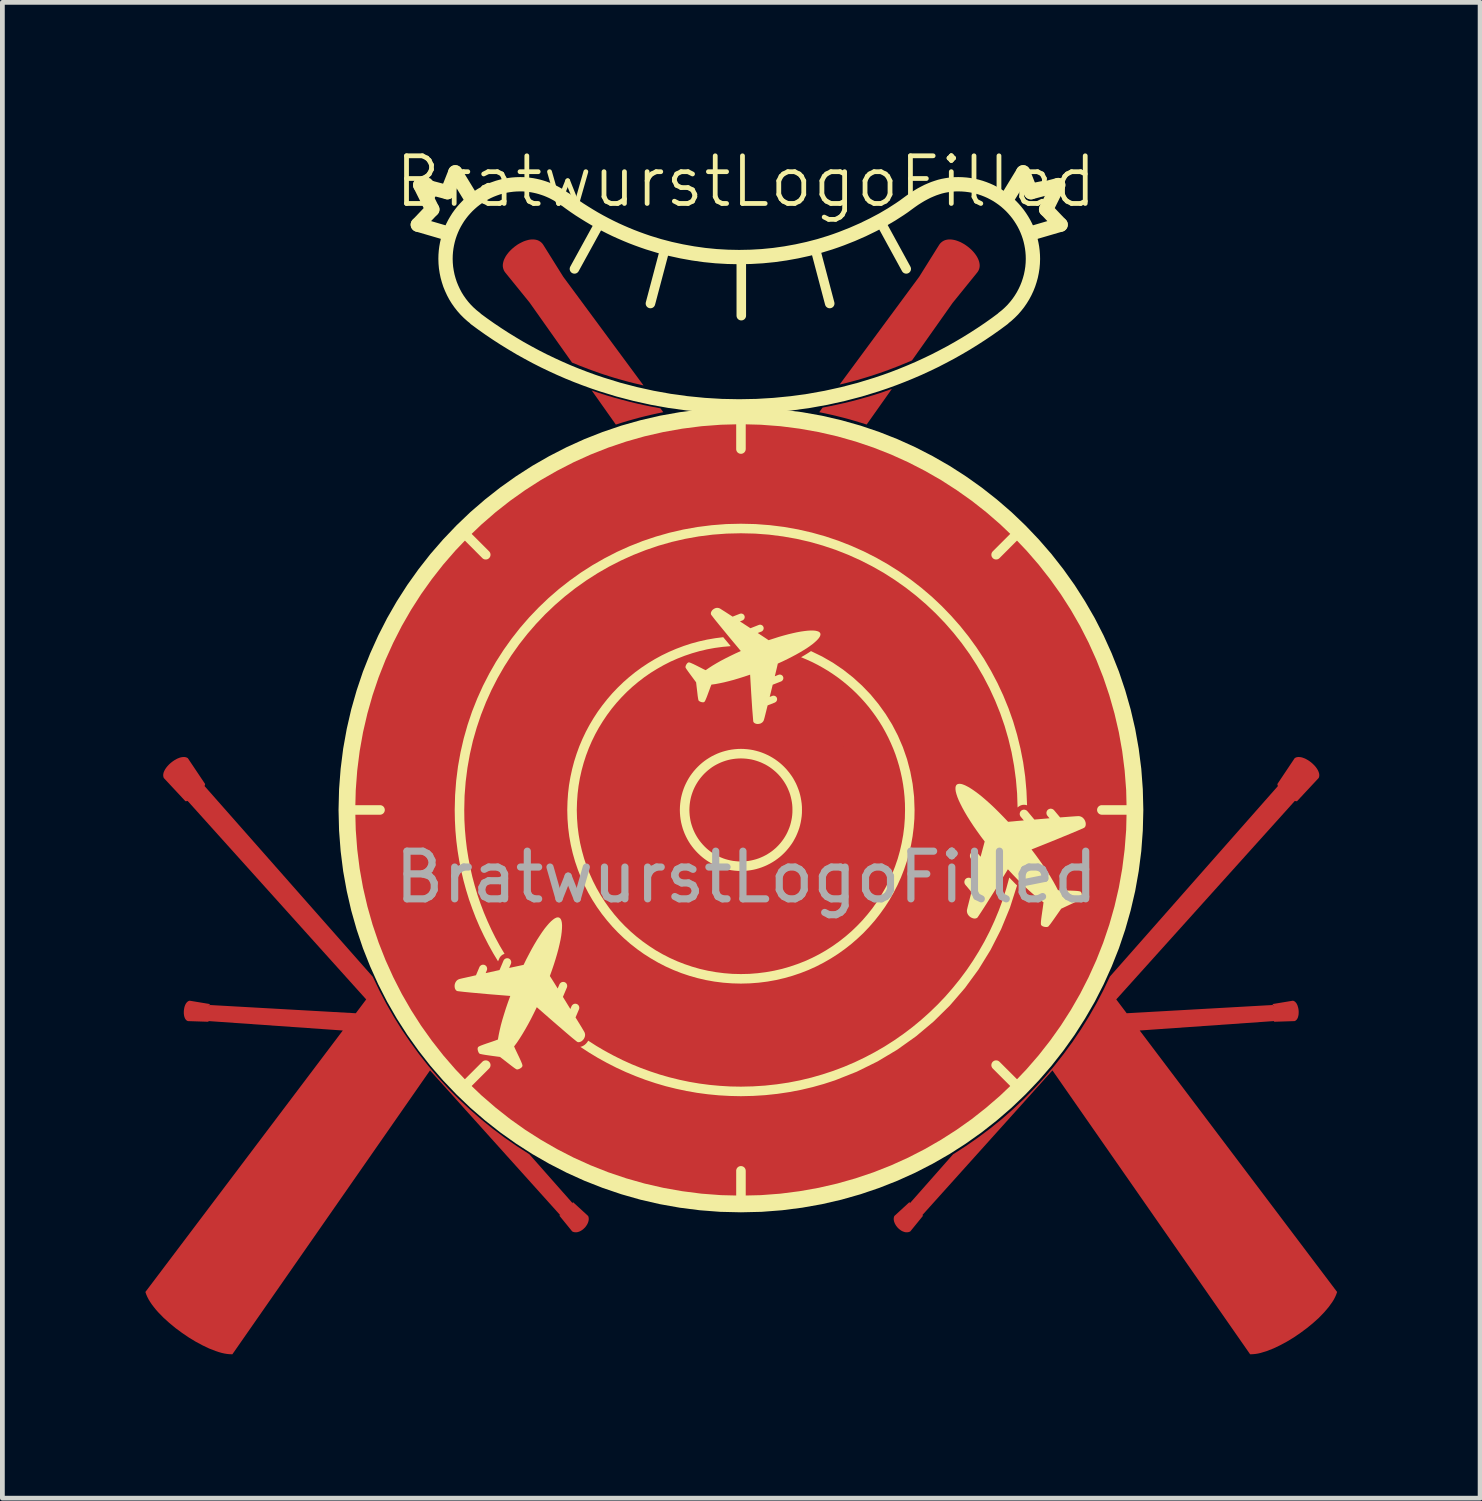
<source format=kicad_pcb>
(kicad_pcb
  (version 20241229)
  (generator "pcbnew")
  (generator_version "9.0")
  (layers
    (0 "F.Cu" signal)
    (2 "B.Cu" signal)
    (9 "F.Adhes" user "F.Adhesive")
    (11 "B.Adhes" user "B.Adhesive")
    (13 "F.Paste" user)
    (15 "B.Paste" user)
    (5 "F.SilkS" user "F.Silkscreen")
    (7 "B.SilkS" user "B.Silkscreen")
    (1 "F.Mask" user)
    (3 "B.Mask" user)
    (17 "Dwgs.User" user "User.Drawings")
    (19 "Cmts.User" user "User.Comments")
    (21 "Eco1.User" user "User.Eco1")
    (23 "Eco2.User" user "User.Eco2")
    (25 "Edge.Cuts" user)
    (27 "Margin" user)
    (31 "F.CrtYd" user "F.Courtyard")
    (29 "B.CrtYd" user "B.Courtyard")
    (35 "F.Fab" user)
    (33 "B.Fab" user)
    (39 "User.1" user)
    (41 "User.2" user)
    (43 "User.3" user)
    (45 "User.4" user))
  (footprint "BratwurstLogoFilled"
    (layer "F.Cu")
    (at 12.607 12.851)
    (property "Reference" "BratwurstLogoFilled" (at -0.01 -12.09 0) (unlocked yes) (layer "F.SilkS") (effects (font (size 1 1) (thickness 0.1))))
    (attr board_only exclude_from_pos_files exclude_from_bom allow_missing_courtyard dnp allow_soldermask_bridges)
    (fp_circle (center -0.11 1.1) (end 8.07 1.1) (stroke (width 0.2) (type solid)) (fill yes) (layer "F.Cu"))
    (fp_poly (pts (xy -4.48 -10.878) (xy -4.48 -10.878) (xy -4.48 -10.878)) (stroke (width -0.000001) (type solid)) (fill yes) (layer "F.Cu"))
    (fp_poly (pts (xy -4.48 -10.858) (xy -4.48 -10.858) (xy -4.48 -10.858)) (stroke (width -0.000001) (type solid)) (fill yes) (layer "F.Cu"))
    (fp_poly (pts (xy -4.149 5.584) (xy -4.077 5.648) (xy -4.003 5.71) (xy -3.929 5.772) (xy -3.854 5.832) (xy -3.778 5.891) (xy -3.701 5.949) (xy -3.623 6.005) (xy -3.544 6.061) (xy -4.756 5.976) (xy -4.726 5.932) (xy -4.696 5.885) (xy -4.665 5.837) (xy -4.634 5.786) (xy -4.603 5.733) (xy -4.572 5.678) (xy -4.54 5.622) (xy -4.508 5.564)) (stroke (width -0.000001) (type solid)) (fill yes) (layer "F.Cu"))
    (fp_poly (pts (xy 2.524 -6.995) (xy 2.402 -7.033) (xy 2.28 -7.07) (xy 2.156 -7.106) (xy 2.032 -7.139) (xy 1.908 -7.17) (xy 1.782 -7.2) (xy 1.656 -7.228) (xy 1.529 -7.254) (xy 1.599 -7.35) (xy 1.752 -7.38) (xy 1.904 -7.412) (xy 2.056 -7.446) (xy 2.208 -7.483) (xy 2.358 -7.523) (xy 2.508 -7.565) (xy 2.658 -7.609) (xy 2.807 -7.657) (xy 2.869 -7.678) (xy 2.93 -7.699) (xy 3.053 -7.743)) (stroke (width -0.000001) (type solid)) (fill yes) (layer "F.Cu"))
    (fp_poly (pts (xy -3.206 -7.697) (xy -3.168 -7.683) (xy -3.13 -7.67) (xy -3.091 -7.657) (xy -2.933 -7.606) (xy -2.773 -7.559) (xy -2.613 -7.515) (xy -2.452 -7.473) (xy -2.291 -7.434) (xy -2.128 -7.398) (xy -1.966 -7.365) (xy -1.802 -7.335) (xy -1.743 -7.254) (xy -1.87 -7.228) (xy -1.996 -7.2) (xy -2.122 -7.17) (xy -2.246 -7.139) (xy -2.37 -7.105) (xy -2.494 -7.07) (xy -2.616 -7.033) (xy -2.738 -6.994) (xy -3.244 -7.71)) (stroke (width -0.000001) (type solid)) (fill yes) (layer "F.Cu"))
    (fp_poly (pts (xy 1.274 -2.021) (xy 1.506 -1.907) (xy 1.728 -1.776) (xy 1.939 -1.629) (xy 2.137 -1.467) (xy 2.323 -1.29) (xy 2.495 -1.1) (xy 2.652 -0.898) (xy 2.794 -0.683) (xy 2.92 -0.458) (xy 3.028 -0.222) (xy 3.119 0.023) (xy 3.191 0.276) (xy 3.244 0.537) (xy 3.276 0.805) (xy 3.287 1.079) (xy 3.286 1.132) (xy 3.285 1.184) (xy 3.283 1.237) (xy 3.28 1.289) (xy 3.276 1.34) (xy 3.271 1.392) (xy 3.266 1.443) (xy 3.26 1.495) (xy 0.794 -1.995) (xy 0.826 -2.01) (xy 0.857 -2.026) (xy 0.917 -2.057) (xy 1.032 -2.118) (xy 1.032 -2.118)) (stroke (width -0.000001) (type solid)) (fill yes) (layer "F.Cu"))
    (fp_poly (pts (xy -11.307 5.261) (xy -11.31 5.272) (xy -11.313 5.283) (xy -11.315 5.294) (xy -11.317 5.305) (xy -11.319 5.317) (xy -11.321 5.328) (xy -11.322 5.34) (xy -11.322 5.352) (xy -11.323 5.363) (xy -11.323 5.375) (xy -11.323 5.387) (xy -11.322 5.398) (xy -11.322 5.409) (xy -11.321 5.42) (xy -11.319 5.431) (xy -11.321 5.42) (xy -11.323 5.408) (xy -11.324 5.396) (xy -11.324 5.384) (xy -11.325 5.372) (xy -11.325 5.361) (xy -11.324 5.349) (xy -11.323 5.337) (xy -11.322 5.326) (xy -11.32 5.315) (xy -11.318 5.304) (xy -11.316 5.293) (xy -11.313 5.282) (xy -11.31 5.271) (xy -11.307 5.261) (xy -11.303 5.251)) (stroke (width -0.000001) (type solid)) (fill yes) (layer "F.Cu"))
    (fp_poly (pts (xy 11.092 5.261) (xy 11.096 5.271) (xy 11.099 5.282) (xy 11.101 5.293) (xy 11.104 5.304) (xy 11.106 5.315) (xy 11.107 5.326) (xy 11.109 5.337) (xy 11.109 5.349) (xy 11.11 5.361) (xy 11.11 5.372) (xy 11.11 5.384) (xy 11.109 5.396) (xy 11.108 5.408) (xy 11.107 5.42) (xy 11.105 5.431) (xy 11.106 5.42) (xy 11.107 5.409) (xy 11.108 5.398) (xy 11.108 5.387) (xy 11.109 5.375) (xy 11.108 5.363) (xy 11.108 5.352) (xy 11.107 5.34) (xy 11.106 5.328) (xy 11.105 5.317) (xy 11.103 5.305) (xy 11.101 5.294) (xy 11.098 5.283) (xy 11.095 5.272) (xy 11.092 5.261) (xy 11.089 5.251)) (stroke (width -0.000001) (type solid)) (fill yes) (layer "F.Cu"))
    (fp_poly (pts (xy -3.463 -0.459) (xy -3.505 -0.364) (xy -3.544 -0.269) (xy -3.581 -0.172) (xy -3.615 -0.073) (xy -3.646 0.026) (xy -3.674 0.127) (xy -3.7 0.229) (xy -3.723 0.332) (xy -3.743 0.436) (xy -3.76 0.541) (xy -3.774 0.647) (xy -3.785 0.753) (xy -3.792 0.861) (xy -3.797 0.97) (xy -3.799 1.079) (xy -3.797 1.177) (xy -3.794 1.274) (xy -3.787 1.37) (xy -3.779 1.466) (xy -3.767 1.561) (xy -3.754 1.655) (xy -3.738 1.749) (xy -3.72 1.841) (xy -5.145 3.859) (xy -5.23 3.7) (xy -5.31 3.539) (xy -5.385 3.374) (xy -5.454 3.207) (xy -5.519 3.037) (xy -5.578 2.865) (xy -5.632 2.69) (xy -5.681 2.513) (xy -3.419 -0.552) (xy -3.419 -0.552)) (stroke (width -0.000001) (type solid)) (fill yes) (layer "F.Cu"))
    (fp_poly (pts (xy 1.361 -6.827) (xy 1.491 -6.802) (xy 1.62 -6.775) (xy 1.748 -6.746) (xy 1.875 -6.715) (xy 2.002 -6.682) (xy 2.128 -6.647) (xy 2.253 -6.61) (xy 1.022 -4.869) (xy 0.884 -4.894) (xy 0.746 -4.915) (xy 0.606 -4.933) (xy 0.465 -4.948) (xy 0.324 -4.96) (xy 0.181 -4.969) (xy 0.038 -4.974) (xy -0.106 -4.976) (xy -0.251 -4.974) (xy -0.394 -4.969) (xy -0.537 -4.96) (xy -0.679 -4.948) (xy -0.82 -4.933) (xy -0.959 -4.915) (xy -1.098 -4.893) (xy -1.236 -4.869) (xy -2.467 -6.61) (xy -2.342 -6.647) (xy -2.216 -6.682) (xy -2.089 -6.715) (xy -1.962 -6.746) (xy -1.834 -6.775) (xy -1.705 -6.802) (xy -1.575 -6.827) (xy -1.444 -6.85) (xy -0.107 -5.038) (xy 1.23 -6.85)) (stroke (width -0.000001) (type solid)) (fill yes) (layer "F.Cu"))
    (fp_poly (pts (xy 2.231 5.643) (xy 2.236 5.652) (xy 2.241 5.661) (xy 2.246 5.67) (xy 2.251 5.679) (xy 3.437 5.612) (xy 3.349 5.68) (xy 3.26 5.746) (xy 3.169 5.81) (xy 3.077 5.873) (xy 2.984 5.933) (xy 2.89 5.993) (xy 2.794 6.05) (xy 2.697 6.105) (xy 2.291 6.134) (xy 2.289 6.143) (xy 2.286 6.153) (xy 2.28 6.172) (xy 1.553 6.303) (xy 1.536 6.297) (xy 1.52 6.289) (xy 1.504 6.278) (xy 1.489 6.264) (xy 1.475 6.248) (xy 1.462 6.231) (xy 1.449 6.211) (xy 1.438 6.189) (xy 1.427 6.166) (xy 1.418 6.141) (xy 1.401 6.088) (xy 1.389 6.032) (xy 1.38 5.974) (xy 1.376 5.915) (xy 1.377 5.857) (xy 1.382 5.801) (xy 1.386 5.775) (xy 1.392 5.749) (xy 1.398 5.725) (xy 1.406 5.702) (xy 1.415 5.681) (xy 1.426 5.662) (xy 1.438 5.645) (xy 1.451 5.629) (xy 1.465 5.617) (xy 1.481 5.607)) (stroke (width -0.000001) (type solid)) (fill yes) (layer "F.Cu"))
    (fp_poly (pts (xy -1.68 5.617) (xy -1.665 5.629) (xy -1.652 5.645) (xy -1.64 5.662) (xy -1.63 5.681) (xy -1.621 5.702) (xy -1.613 5.725) (xy -1.606 5.749) (xy -1.601 5.775) (xy -1.596 5.801) (xy -1.593 5.829) (xy -1.591 5.857) (xy -1.591 5.915) (xy -1.595 5.974) (xy -1.603 6.032) (xy -1.616 6.088) (xy -1.623 6.115) (xy -1.632 6.141) (xy -1.642 6.166) (xy -1.652 6.189) (xy -1.664 6.211) (xy -1.676 6.231) (xy -1.689 6.248) (xy -1.703 6.264) (xy -1.718 6.278) (xy -1.734 6.289) (xy -1.751 6.297) (xy -1.768 6.303) (xy -2.494 6.172) (xy -2.5 6.153) (xy -2.503 6.143) (xy -2.506 6.134) (xy -2.909 6.105) (xy -2.963 6.074) (xy -3.018 6.043) (xy -3.071 6.011) (xy -3.125 5.979) (xy -3.178 5.946) (xy -3.231 5.913) (xy -3.283 5.879) (xy -3.335 5.844) (xy -3.333 5.836) (xy -3.331 5.827) (xy -3.33 5.819) (xy -3.329 5.81) (xy -3.328 5.802) (xy -3.328 5.793) (xy -3.328 5.784) (xy -3.328 5.776) (xy -3.329 5.767) (xy -3.331 5.758) (xy -3.333 5.75) (xy -3.335 5.741) (xy -3.338 5.732) (xy -3.342 5.724) (xy -3.346 5.715) (xy -3.35 5.707) (xy -3.359 5.693) (xy -3.372 5.671) (xy -3.399 5.627) (xy -2.466 5.679) (xy -2.461 5.67) (xy -2.456 5.661) (xy -2.451 5.652) (xy -2.445 5.643) (xy -1.696 5.607) (xy -1.696 5.607)) (stroke (width -0.000001) (type solid)) (fill yes) (layer "F.Cu"))
    (fp_poly (pts (xy -4.463 -10.878) (xy -4.446 -10.876) (xy -4.43 -10.874) (xy -4.414 -10.871) (xy -4.398 -10.867) (xy -4.383 -10.863) (xy -4.368 -10.857) (xy -4.354 -10.85) (xy -4.347 -10.846) (xy -4.34 -10.842) (xy -4.333 -10.838) (xy -4.326 -10.834) (xy -4.32 -10.829) (xy -4.313 -10.824) (xy -4.307 -10.819) (xy -4.301 -10.813) (xy -4.295 -10.808) (xy -4.289 -10.802) (xy -4.283 -10.795) (xy -4.277 -10.789) (xy -4.272 -10.782) (xy -4.267 -10.775) (xy -4.262 -10.768) (xy -4.257 -10.76) (xy -3.841 -10.095) (xy -2.157 -7.815) (xy -2.259 -7.839) (xy -2.361 -7.863) (xy -2.463 -7.889) (xy -2.564 -7.917) (xy -2.665 -7.945) (xy -2.766 -7.974) (xy -2.866 -8.005) (xy -2.966 -8.037) (xy -2.967 -8.037) (xy -3.055 -8.066) (xy -3.142 -8.097) (xy -3.229 -8.128) (xy -3.316 -8.16) (xy -3.488 -8.226) (xy -3.657 -8.295) (xy -4.548 -9.555) (xy -5.057 -10.183) (xy -5.074 -10.207) (xy -5.088 -10.233) (xy -5.098 -10.26) (xy -5.105 -10.287) (xy -5.109 -10.315) (xy -5.109 -10.343) (xy -5.106 -10.372) (xy -5.1 -10.4) (xy -5.092 -10.43) (xy -5.081 -10.459) (xy -5.067 -10.488) (xy -5.052 -10.517) (xy -5.034 -10.545) (xy -5.014 -10.573) (xy -4.992 -10.601) (xy -4.968 -10.628) (xy -4.943 -10.654) (xy -4.917 -10.679) (xy -4.86 -10.727) (xy -4.8 -10.77) (xy -4.768 -10.789) (xy -4.736 -10.806) (xy -4.704 -10.822) (xy -4.672 -10.837) (xy -4.639 -10.849) (xy -4.606 -10.859) (xy -4.574 -10.868) (xy -4.542 -10.874) (xy -4.511 -10.877) (xy -4.48 -10.878)) (stroke (width -0.000001) (type solid)) (fill yes) (layer "F.Cu"))
    (fp_poly (pts (xy 4.265 -10.878) (xy 4.27 -10.878) (xy 4.275 -10.878) (xy 4.28 -10.878) (xy 4.285 -10.878) (xy 4.29 -10.877) (xy 4.295 -10.877) (xy 4.305 -10.876) (xy 4.336 -10.872) (xy 4.366 -10.866) (xy 4.397 -10.858) (xy 4.429 -10.847) (xy 4.46 -10.835) (xy 4.491 -10.822) (xy 4.522 -10.806) (xy 4.553 -10.789) (xy 4.583 -10.771) (xy 4.612 -10.751) (xy 4.641 -10.73) (xy 4.669 -10.708) (xy 4.696 -10.685) (xy 4.722 -10.661) (xy 4.746 -10.636) (xy 4.769 -10.611) (xy 4.791 -10.584) (xy 4.811 -10.557) (xy 4.829 -10.53) (xy 4.845 -10.503) (xy 4.859 -10.475) (xy 4.871 -10.447) (xy 4.881 -10.419) (xy 4.888 -10.391) (xy 4.893 -10.363) (xy 4.895 -10.336) (xy 4.894 -10.309) (xy 4.89 -10.282) (xy 4.883 -10.256) (xy 4.873 -10.231) (xy 4.859 -10.206) (xy 4.842 -10.183) (xy 4.334 -9.555) (xy 4.333 -9.555) (xy 3.474 -8.339) (xy 3.28 -8.258) (xy 3.182 -8.218) (xy 3.083 -8.18) (xy 2.984 -8.142) (xy 2.884 -8.106) (xy 2.783 -8.071) (xy 2.682 -8.037) (xy 2.592 -8.008) (xy 2.502 -7.98) (xy 2.412 -7.953) (xy 2.321 -7.927) (xy 2.139 -7.878) (xy 1.956 -7.833) (xy 3.626 -10.095) (xy 4.042 -10.76) (xy 4.052 -10.775) (xy 4.063 -10.789) (xy 4.074 -10.802) (xy 4.086 -10.813) (xy 4.099 -10.824) (xy 4.112 -10.834) (xy 4.125 -10.842) (xy 4.139 -10.85) (xy 4.154 -10.857) (xy 4.168 -10.863) (xy 4.184 -10.867) (xy 4.199 -10.871) (xy 4.215 -10.874) (xy 4.232 -10.876) (xy 4.248 -10.878) (xy 4.265 -10.878)) (stroke (width -0.000001) (type solid)) (fill yes) (layer "F.Cu"))
    (fp_poly (pts (xy 6.139 3.423) (xy 6.138 3.438) (xy 6.138 3.452) (xy 6.138 3.459) (xy 6.138 3.465) (xy 6.138 3.471) (xy 6.138 3.477) (xy 6.139 3.482) (xy 6.139 3.488) (xy 6.14 3.492) (xy 6.141 3.497) (xy 6.142 3.501) (xy 6.143 3.505) (xy 6.144 3.509) (xy 6.146 3.512) (xy 6.149 3.519) (xy 6.154 3.525) (xy 6.159 3.531) (xy 6.164 3.536) (xy 6.17 3.542) (xy 6.176 3.547) (xy 6.182 3.552) (xy 6.189 3.556) (xy 6.197 3.56) (xy 6.204 3.564) (xy 6.212 3.568) (xy 6.22 3.571) (xy 6.229 3.574) (xy 6.237 3.576) (xy 6.246 3.578) (xy 6.254 3.58) (xy 6.96 4.536) (xy 6.988 4.529) (xy 7.015 4.523) (xy 7.043 4.518) (xy 7.069 4.513) (xy 7.096 4.51) (xy 7.122 4.507) (xy 7.147 4.505) (xy 7.172 4.504) (xy 7.064 4.723) (xy 6.95 4.939) (xy 6.83 5.151) (xy 6.703 5.359) (xy 6.57 5.563) (xy 6.432 5.762) (xy 6.288 5.957) (xy 6.138 6.147) (xy 5.95 5.877) (xy 3.332 6.061) (xy 3.411 6.005) (xy 3.489 5.949) (xy 3.566 5.891) (xy 3.642 5.832) (xy 3.717 5.771) (xy 3.791 5.71) (xy 3.864 5.647) (xy 3.936 5.584) (xy 5.756 5.481) (xy 5.76 5.465) (xy 5.764 5.449) (xy 5.769 5.432) (xy 5.774 5.416) (xy 5.78 5.4) (xy 5.787 5.383) (xy 5.795 5.366) (xy 5.803 5.35) (xy 5.812 5.333) (xy 5.821 5.316) (xy 5.831 5.299) (xy 5.842 5.283) (xy 5.853 5.266) (xy 5.865 5.249) (xy 5.877 5.232) (xy 5.89 5.215) (xy 5.122 4.13) (xy 5.21 3.975) (xy 5.293 3.818) (xy 5.371 3.657) (xy 5.445 3.495) (xy 5.514 3.33) (xy 5.579 3.162) (xy 5.638 2.992) (xy 5.693 2.82)) (stroke (width -0.000001) (type solid)) (fill yes) (layer "F.Cu"))
    (fp_poly (pts (xy -1.011 -1.991) (xy -1.043 -2.007) (xy -1.073 -2.021) (xy -1.102 -2.035) (xy -1.116 -2.041) (xy -1.129 -2.046) (xy -1.141 -2.051) (xy -1.153 -2.055) (xy -1.165 -2.059) (xy -1.175 -2.062) (xy -1.185 -2.064) (xy -1.194 -2.065) (xy -1.201 -2.066) (xy -1.205 -2.066) (xy -1.208 -2.065) (xy -1.214 -2.064) (xy -1.22 -2.063) (xy -1.226 -2.06) (xy -1.232 -2.058) (xy -1.238 -2.055) (xy -1.244 -2.052) (xy -1.249 -2.048) (xy -1.255 -2.044) (xy -1.26 -2.039) (xy -1.265 -2.034) (xy -1.275 -2.024) (xy -1.284 -2.013) (xy -1.292 -2.001) (xy -1.3 -1.988) (xy -1.306 -1.975) (xy -1.311 -1.962) (xy -1.315 -1.949) (xy -1.318 -1.936) (xy -1.318 -1.93) (xy -1.319 -1.924) (xy -1.319 -1.918) (xy -1.319 -1.912) (xy -1.318 -1.906) (xy -1.317 -1.901) (xy -1.316 -1.895) (xy -1.313 -1.889) (xy -1.309 -1.882) (xy -1.305 -1.873) (xy -1.293 -1.854) (xy -1.279 -1.832) (xy -1.262 -1.807) (xy -1.243 -1.78) (xy -1.201 -1.723) (xy -3.473 1.493) (xy -3.479 1.442) (xy -3.484 1.39) (xy -3.489 1.339) (xy -3.492 1.288) (xy -3.495 1.236) (xy -3.497 1.184) (xy -3.499 1.132) (xy -3.499 1.079) (xy -3.496 0.928) (xy -3.486 0.778) (xy -3.47 0.63) (xy -3.447 0.484) (xy -3.419 0.341) (xy -3.384 0.199) (xy -3.344 0.06) (xy -3.298 -0.076) (xy -3.246 -0.21) (xy -3.189 -0.341) (xy -3.126 -0.469) (xy -3.059 -0.594) (xy -2.986 -0.716) (xy -2.909 -0.834) (xy -2.827 -0.949) (xy -2.74 -1.061) (xy -2.649 -1.168) (xy -2.554 -1.272) (xy -2.454 -1.371) (xy -2.35 -1.467) (xy -2.242 -1.558) (xy -2.131 -1.644) (xy -2.016 -1.726) (xy -1.897 -1.803) (xy -1.776 -1.876) (xy -1.65 -1.943) (xy -1.522 -2.005) (xy -1.391 -2.062) (xy -1.257 -2.113) (xy -1.12 -2.159) (xy -0.981 -2.199) (xy -0.84 -2.234)) (stroke (width -0.000001) (type solid)) (fill yes) (layer "F.Cu"))
    (fp_poly (pts (xy -5.851 2.989) (xy -5.792 3.16) (xy -5.727 3.327) (xy -5.658 3.493) (xy -5.584 3.656) (xy -5.506 3.816) (xy -5.423 3.973) (xy -5.336 4.128) (xy -5.451 4.292) (xy -5.454 4.29) (xy -5.457 4.289) (xy -5.458 4.288) (xy -5.46 4.288) (xy -5.461 4.287) (xy -5.463 4.286) (xy -5.469 4.284) (xy -5.476 4.281) (xy -5.483 4.279) (xy -5.489 4.278) (xy -5.496 4.277) (xy -5.503 4.276) (xy -5.509 4.275) (xy -5.516 4.275) (xy -5.522 4.276) (xy -5.529 4.276) (xy -5.535 4.277) (xy -5.542 4.278) (xy -5.548 4.279) (xy -5.554 4.281) (xy -5.56 4.283) (xy -5.566 4.286) (xy -5.572 4.288) (xy -5.578 4.291) (xy -5.584 4.294) (xy -5.589 4.298) (xy -5.594 4.302) (xy -5.6 4.306) (xy -5.604 4.31) (xy -5.609 4.315) (xy -5.614 4.319) (xy -5.618 4.324) (xy -5.622 4.33) (xy -5.626 4.335) (xy -5.63 4.341) (xy -5.633 4.347) (xy -5.637 4.353) (xy -5.639 4.36) (xy -5.701 4.504) (xy -5.807 4.528) (xy -5.9 4.549) (xy -5.972 4.566) (xy -6.019 4.577) (xy -6.035 4.582) (xy -6.051 4.588) (xy -6.065 4.596) (xy -6.078 4.605) (xy -6.091 4.614) (xy -6.102 4.625) (xy -6.113 4.637) (xy -6.122 4.649) (xy -6.131 4.662) (xy -6.138 4.675) (xy -6.145 4.69) (xy -6.15 4.704) (xy -6.155 4.719) (xy -6.158 4.734) (xy -6.161 4.749) (xy -6.162 4.764) (xy -6.163 4.779) (xy -6.162 4.793) (xy -6.161 4.808) (xy -6.159 4.822) (xy -6.155 4.836) (xy -6.151 4.849) (xy -6.145 4.861) (xy -6.139 4.873) (xy -6.131 4.884) (xy -6.123 4.894) (xy -6.114 4.903) (xy -6.103 4.911) (xy -6.092 4.918) (xy -6.079 4.924) (xy -6.066 4.928) (xy -6.051 4.931) (xy -6.004 4.936) (xy -5.95 4.942) (xy -5.941 4.943) (xy -5.932 4.944) (xy -5.914 4.946) (xy -6.104 5.215) (xy -6.091 5.232) (xy -6.079 5.249) (xy -6.067 5.266) (xy -6.056 5.283) (xy -6.046 5.299) (xy -6.036 5.316) (xy -6.026 5.333) (xy -6.017 5.35) (xy -6.009 5.366) (xy -6.002 5.383) (xy -5.995 5.399) (xy -5.989 5.416) (xy -5.983 5.432) (xy -5.978 5.449) (xy -5.974 5.465) (xy -5.971 5.481) (xy -5.174 5.526) (xy -5.186 5.571) (xy -5.198 5.615) (xy -5.208 5.659) (xy -5.218 5.701) (xy -5.227 5.742) (xy -5.236 5.782) (xy -5.243 5.821) (xy -5.249 5.859) (xy -5.295 5.875) (xy -5.345 5.892) (xy -5.449 5.927) (xy -6.165 5.877) (xy -6.351 6.146) (xy -6.501 5.955) (xy -6.645 5.761) (xy -6.783 5.562) (xy -6.915 5.358) (xy -7.042 5.151) (xy -7.162 4.939) (xy -7.276 4.724) (xy -7.383 4.504) (xy -7.359 4.506) (xy -7.334 4.508) (xy -7.308 4.51) (xy -7.282 4.514) (xy -7.256 4.518) (xy -7.229 4.523) (xy -7.202 4.529) (xy -7.174 4.536) (xy -5.906 2.817) (xy -5.906 2.817)) (stroke (width -0.000001) (type solid)) (fill yes) (layer "F.Cu"))
    (fp_poly (pts (xy 4.94 1.799) (xy 4.915 1.893) (xy 4.898 1.956) (xy 4.897 1.955) (xy 4.892 1.949) (xy 4.887 1.944) (xy 4.882 1.939) (xy 4.876 1.934) (xy 4.871 1.93) (xy 4.865 1.926) (xy 4.859 1.922) (xy 4.853 1.919) (xy 4.846 1.916) (xy 4.84 1.913) (xy 4.834 1.911) (xy 4.827 1.908) (xy 4.821 1.907) (xy 4.814 1.905) (xy 4.807 1.904) (xy 4.8 1.903) (xy 4.794 1.903) (xy 4.787 1.902) (xy 4.78 1.902) (xy 4.773 1.903) (xy 4.767 1.904) (xy 4.76 1.905) (xy 4.753 1.906) (xy 4.746 1.908) (xy 4.74 1.91) (xy 4.733 1.913) (xy 4.727 1.916) (xy 4.721 1.919) (xy 4.715 1.922) (xy 4.708 1.926) (xy 4.703 1.93) (xy 4.697 1.935) (xy 4.691 1.94) (xy 4.686 1.945) (xy 4.681 1.95) (xy 4.677 1.956) (xy 4.672 1.961) (xy 4.668 1.967) (xy 4.665 1.973) (xy 4.662 1.979) (xy 4.659 1.985) (xy 4.656 1.992) (xy 4.654 1.998) (xy 4.652 2.005) (xy 4.65 2.011) (xy 4.649 2.018) (xy 4.648 2.025) (xy 4.647 2.031) (xy 4.647 2.038) (xy 4.647 2.045) (xy 4.647 2.052) (xy 4.648 2.058) (xy 4.649 2.065) (xy 4.65 2.072) (xy 4.652 2.079) (xy 4.654 2.085) (xy 4.656 2.092) (xy 4.659 2.098) (xy 4.662 2.105) (xy 4.665 2.111) (xy 4.668 2.117) (xy 4.672 2.123) (xy 4.677 2.129) (xy 4.681 2.135) (xy 4.811 2.289) (xy 4.76 2.482) (xy 4.755 2.478) (xy 4.75 2.475) (xy 4.745 2.471) (xy 4.74 2.468) (xy 4.734 2.466) (xy 4.729 2.463) (xy 4.718 2.458) (xy 4.706 2.455) (xy 4.695 2.452) (xy 4.683 2.451) (xy 4.671 2.45) (xy 4.665 2.45) (xy 4.659 2.451) (xy 4.653 2.451) (xy 4.647 2.452) (xy 4.642 2.453) (xy 4.636 2.455) (xy 4.63 2.456) (xy 4.624 2.458) (xy 4.619 2.46) (xy 4.613 2.463) (xy 4.607 2.466) (xy 4.602 2.469) (xy 4.597 2.472) (xy 4.591 2.475) (xy 4.586 2.479) (xy 4.581 2.483) (xy 4.576 2.488) (xy 4.57 2.493) (xy 4.566 2.498) (xy 4.561 2.504) (xy 4.557 2.51) (xy 4.553 2.515) (xy 4.549 2.521) (xy 4.546 2.527) (xy 4.543 2.534) (xy 4.541 2.54) (xy 4.538 2.546) (xy 4.536 2.553) (xy 4.535 2.56) (xy 4.534 2.566) (xy 4.533 2.573) (xy 4.532 2.58) (xy 4.532 2.587) (xy 4.532 2.593) (xy 4.532 2.6) (xy 4.533 2.607) (xy 4.534 2.614) (xy 4.535 2.621) (xy 4.537 2.627) (xy 4.539 2.634) (xy 4.541 2.641) (xy 4.543 2.647) (xy 4.546 2.654) (xy 4.55 2.66) (xy 4.553 2.666) (xy 4.557 2.672) (xy 4.562 2.678) (xy 4.566 2.684) (xy 4.675 2.813) (xy 4.621 3.026) (xy 4.601 3.104) (xy 4.589 3.154) (xy 4.586 3.172) (xy 4.585 3.189) (xy 4.585 3.206) (xy 4.587 3.223) (xy 4.59 3.239) (xy 4.595 3.255) (xy 4.6 3.271) (xy 4.607 3.285) (xy 4.616 3.3) (xy 4.625 3.313) (xy 4.635 3.326) (xy 4.646 3.338) (xy 4.657 3.349) (xy 4.67 3.359) (xy 4.682 3.369) (xy 4.696 3.378) (xy 4.71 3.385) (xy 4.724 3.392) (xy 4.738 3.397) (xy 4.753 3.402) (xy 4.767 3.405) (xy 4.781 3.407) (xy 4.796 3.408) (xy 4.81 3.408) (xy 4.824 3.406) (xy 4.837 3.403) (xy 4.85 3.399) (xy 4.863 3.393) (xy 4.875 3.386) (xy 4.886 3.377) (xy 4.896 3.366) (xy 4.905 3.354) (xy 4.919 3.334) (xy 4.934 3.312) (xy 4.966 3.263) (xy 4.997 3.215) (xy 5.03 3.163) (xy 5.095 3.062) (xy 5.162 2.954) (xy 5.292 2.749) (xy 5.45 2.491) (xy 5.468 2.515) (xy 5.419 2.692) (xy 5.365 2.867) (xy 5.306 3.039) (xy 5.241 3.209) (xy 5.172 3.376) (xy 5.097 3.54) (xy 5.017 3.702) (xy 4.932 3.861) (xy 3.507 1.844) (xy 3.526 1.751) (xy 3.542 1.657) (xy 3.555 1.563) (xy 3.567 1.467) (xy 3.575 1.371) (xy 3.582 1.275) (xy 3.586 1.177) (xy 3.587 1.079) (xy 3.585 0.971) (xy 3.581 0.863) (xy 3.573 0.756) (xy 3.562 0.65) (xy 3.548 0.545) (xy 3.532 0.44) (xy 3.512 0.337) (xy 3.49 0.235) (xy 3.464 0.134) (xy 3.436 0.034) (xy 3.406 -0.065) (xy 3.372 -0.163) (xy 3.336 -0.259) (xy 3.298 -0.355) (xy 3.256 -0.448) (xy 3.213 -0.541)) (stroke (width -0.000001) (type solid)) (fill yes) (layer "F.Cu"))
    (fp_poly (pts (xy 0.013 -4.674) (xy 0.132 -4.671) (xy 0.25 -4.664) (xy 0.368 -4.656) (xy 0.484 -4.645) (xy 0.601 -4.632) (xy 0.716 -4.616) (xy 0.831 -4.599) (xy 0.531 -4.174) (xy 2.426 -1.606) (xy 2.367 -1.661) (xy 2.307 -1.714) (xy 2.245 -1.766) (xy 2.183 -1.816) (xy 2.12 -1.866) (xy 2.055 -1.914) (xy 1.99 -1.96) (xy 1.923 -2.005) (xy 1.855 -2.049) (xy 1.787 -2.091) (xy 1.717 -2.132) (xy 1.646 -2.171) (xy 1.575 -2.209) (xy 1.503 -2.245) (xy 1.429 -2.28) (xy 1.355 -2.313) (xy 1.388 -2.337) (xy 1.419 -2.36) (xy 1.448 -2.383) (xy 1.475 -2.406) (xy 1.499 -2.429) (xy 1.522 -2.451) (xy 1.542 -2.473) (xy 1.56 -2.494) (xy 1.568 -2.504) (xy 1.575 -2.515) (xy 1.582 -2.525) (xy 1.588 -2.535) (xy 1.593 -2.545) (xy 1.598 -2.555) (xy 1.602 -2.564) (xy 1.605 -2.574) (xy 1.608 -2.583) (xy 1.61 -2.593) (xy 1.611 -2.602) (xy 1.611 -2.611) (xy 1.611 -2.619) (xy 1.609 -2.628) (xy 1.607 -2.636) (xy 1.605 -2.645) (xy 1.598 -2.659) (xy 1.588 -2.672) (xy 1.577 -2.683) (xy 1.564 -2.694) (xy 1.548 -2.703) (xy 1.531 -2.711) (xy 1.49 -2.723) (xy 1.442 -2.731) (xy 1.387 -2.734) (xy 1.325 -2.733) (xy 1.258 -2.727) (xy 1.184 -2.718) (xy 1.105 -2.705) (xy 1.022 -2.688) (xy 0.934 -2.668) (xy 0.841 -2.645) (xy 0.745 -2.618) (xy 0.544 -2.556) (xy 0.514 -2.562) (xy 0.484 -2.567) (xy 0.454 -2.571) (xy 0.424 -2.576) (xy 0.383 -2.603) (xy 0.353 -2.623) (xy 0.359 -2.626) (xy 0.363 -2.629) (xy 0.368 -2.632) (xy 0.373 -2.636) (xy 0.381 -2.643) (xy 0.389 -2.651) (xy 0.396 -2.66) (xy 0.403 -2.669) (xy 0.408 -2.679) (xy 0.413 -2.689) (xy 0.416 -2.7) (xy 0.418 -2.705) (xy 0.419 -2.711) (xy 0.42 -2.716) (xy 0.42 -2.722) (xy 0.421 -2.727) (xy 0.421 -2.733) (xy 0.421 -2.739) (xy 0.42 -2.744) (xy 0.42 -2.75) (xy 0.419 -2.756) (xy 0.418 -2.761) (xy 0.416 -2.767) (xy 0.414 -2.773) (xy 0.412 -2.778) (xy 0.41 -2.784) (xy 0.407 -2.79) (xy 0.404 -2.796) (xy 0.401 -2.801) (xy 0.397 -2.806) (xy 0.393 -2.811) (xy 0.389 -2.816) (xy 0.385 -2.82) (xy 0.381 -2.825) (xy 0.376 -2.829) (xy 0.371 -2.832) (xy 0.366 -2.836) (xy 0.361 -2.839) (xy 0.356 -2.842) (xy 0.351 -2.845) (xy 0.345 -2.847) (xy 0.339 -2.849) (xy 0.334 -2.851) (xy 0.328 -2.853) (xy 0.322 -2.854) (xy 0.316 -2.855) (xy 0.31 -2.856) (xy 0.304 -2.857) (xy 0.298 -2.857) (xy 0.292 -2.857) (xy 0.285 -2.856) (xy 0.279 -2.856) (xy 0.273 -2.855) (xy 0.267 -2.853) (xy 0.261 -2.852) (xy 0.255 -2.85) (xy 0.249 -2.848) (xy 0.205 -2.83) (xy -0.107 -3.271) (xy -0.276 -3.032) (xy -0.425 -3.128) (xy -0.48 -3.163) (xy -0.515 -3.186) (xy -0.521 -3.189) (xy -0.526 -3.192) (xy -0.531 -3.194) (xy -0.537 -3.197) (xy -0.542 -3.199) (xy -0.547 -3.201) (xy -0.553 -3.203) (xy -0.558 -3.204) (xy -0.564 -3.206) (xy -0.569 -3.207) (xy -0.575 -3.208) (xy -0.58 -3.209) (xy -0.586 -3.209) (xy -0.591 -3.21) (xy -0.597 -3.21) (xy -0.602 -3.21) (xy -0.613 -3.21) (xy -0.624 -3.208) (xy -0.636 -3.207) (xy -0.646 -3.204) (xy -0.657 -3.201) (xy -0.668 -3.197) (xy -0.678 -3.192) (xy -0.688 -3.187) (xy -0.698 -3.182) (xy -0.708 -3.176) (xy -0.717 -3.169) (xy -0.726 -3.162) (xy -0.734 -3.154) (xy -0.742 -3.147) (xy -0.749 -3.139) (xy -0.756 -3.13) (xy -0.762 -3.121) (xy -0.768 -3.112) (xy -0.773 -3.103) (xy -0.777 -3.094) (xy -0.781 -3.084) (xy -0.784 -3.075) (xy -0.786 -3.065) (xy -0.787 -3.055) (xy -0.788 -3.045) (xy -0.788 -3.036) (xy -0.787 -3.026) (xy -0.784 -3.016) (xy -0.781 -3.007) (xy -0.777 -2.997) (xy -0.772 -2.988) (xy -0.766 -2.979) (xy -0.754 -2.963) (xy -0.74 -2.946) (xy -0.711 -2.908) (xy -0.681 -2.871) (xy -0.649 -2.831) (xy -0.589 -2.757) (xy -0.526 -2.679) (xy -0.595 -2.581) (xy -0.742 -2.559) (xy -0.887 -2.53) (xy -1.03 -2.496) (xy -1.171 -2.457) (xy -1.309 -2.412) (xy -1.445 -2.362) (xy -1.579 -2.307) (xy -1.709 -2.247) (xy -1.837 -2.182) (xy -1.962 -2.112) (xy -2.084 -2.038) (xy -2.203 -1.959) (xy -2.319 -1.875) (xy -2.431 -1.788) (xy -2.54 -1.696) (xy -2.645 -1.6) (xy -0.745 -4.174) (xy -1.045 -4.599) (xy -0.93 -4.616) (xy -0.814 -4.632) (xy -0.698 -4.645) (xy -0.581 -4.656) (xy -0.463 -4.664) (xy -0.345 -4.671) (xy -0.226 -4.674) (xy -0.106 -4.676)) (stroke (width -0.000001) (type solid)) (fill yes) (layer "F.Cu"))
    (fp_poly (pts (xy -11.79 -0.02) (xy -11.785 -0.02) (xy -11.78 -0.019) (xy -11.775 -0.018) (xy -11.77 -0.018) (xy -11.765 -0.017) (xy -11.76 -0.015) (xy -11.755 -0.014) (xy -11.751 -0.013) (xy -11.746 -0.011) (xy -11.741 -0.009) (xy -11.737 -0.007) (xy -11.733 -0.005) (xy -11.728 -0.003) (xy -11.724 -0.001) (xy -11.72 0.002) (xy -11.716 0.005) (xy -11.354 0.546) (xy -11.355 0.551) (xy -11.356 0.556) (xy -11.357 0.561) (xy -11.358 0.567) (xy -11.36 0.572) (xy -11.362 0.578) (xy -11.364 0.583) (xy -11.366 0.589) (xy -7.836 4.591) (xy -7.699 4.877) (xy -7.552 5.157) (xy -7.395 5.431) (xy -7.228 5.699) (xy -7.051 5.959) (xy -6.866 6.213) (xy -6.671 6.46) (xy -6.468 6.699) (xy -6.256 6.93) (xy -6.036 7.153) (xy -5.807 7.368) (xy -5.571 7.575) (xy -5.327 7.773) (xy -5.076 7.962) (xy -4.818 8.141) (xy -4.553 8.312) (xy -3.644 9.341) (xy -3.643 9.338) (xy -3.643 9.334) (xy -3.642 9.331) (xy -3.641 9.328) (xy -3.641 9.324) (xy -3.64 9.321) (xy -3.64 9.318) (xy -3.64 9.314) (xy -3.319 9.608) (xy -3.313 9.623) (xy -3.309 9.638) (xy -3.307 9.654) (xy -3.306 9.67) (xy -3.307 9.686) (xy -3.309 9.703) (xy -3.313 9.719) (xy -3.318 9.736) (xy -3.324 9.753) (xy -3.332 9.77) (xy -3.34 9.786) (xy -3.35 9.802) (xy -3.361 9.818) (xy -3.372 9.833) (xy -3.384 9.848) (xy -3.398 9.862) (xy -3.412 9.875) (xy -3.426 9.888) (xy -3.441 9.899) (xy -3.457 9.91) (xy -3.473 9.92) (xy -3.489 9.928) (xy -3.505 9.935) (xy -3.522 9.941) (xy -3.539 9.946) (xy -3.556 9.949) (xy -3.573 9.95) (xy -3.589 9.95) (xy -3.606 9.948) (xy -3.622 9.945) (xy -3.638 9.939) (xy -3.654 9.931) (xy -3.925 9.598) (xy -3.923 9.597) (xy -3.92 9.597) (xy -3.918 9.596) (xy -3.915 9.595) (xy -3.91 9.594) (xy -3.904 9.592) (xy -6.636 6.554) (xy -10.782 12.509) (xy -10.834 12.508) (xy -10.889 12.503) (xy -10.947 12.494) (xy -11.008 12.48) (xy -11.071 12.462) (xy -11.136 12.44) (xy -11.272 12.387) (xy -11.412 12.32) (xy -11.555 12.243) (xy -11.698 12.156) (xy -11.839 12.06) (xy -11.976 11.959) (xy -12.105 11.852) (xy -12.226 11.743) (xy -12.335 11.631) (xy -12.384 11.576) (xy -12.429 11.52) (xy -12.471 11.465) (xy -12.508 11.41) (xy -12.541 11.356) (xy -12.568 11.303) (xy -12.59 11.252) (xy -12.607 11.202) (xy -8.466 5.717) (xy -11.288 5.519) (xy -11.286 5.523) (xy -11.284 5.526) (xy -11.282 5.53) (xy -11.281 5.532) (xy -11.28 5.534) (xy -11.713 5.52) (xy -11.725 5.516) (xy -11.737 5.509) (xy -11.747 5.502) (xy -11.756 5.492) (xy -11.765 5.482) (xy -11.773 5.469) (xy -11.779 5.456) (xy -11.785 5.442) (xy -11.79 5.426) (xy -11.794 5.41) (xy -11.797 5.393) (xy -11.799 5.375) (xy -11.801 5.357) (xy -11.801 5.339) (xy -11.801 5.32) (xy -11.8 5.301) (xy -11.798 5.283) (xy -11.795 5.264) (xy -11.792 5.246) (xy -11.788 5.228) (xy -11.783 5.211) (xy -11.777 5.194) (xy -11.77 5.178) (xy -11.763 5.163) (xy -11.755 5.149) (xy -11.746 5.137) (xy -11.736 5.125) (xy -11.726 5.115) (xy -11.715 5.107) (xy -11.704 5.1) (xy -11.691 5.095) (xy -11.678 5.092) (xy -11.249 5.163) (xy -11.252 5.166) (xy -11.255 5.169) (xy -11.258 5.172) (xy -11.261 5.175) (xy -11.264 5.179) (xy -11.266 5.182) (xy -11.269 5.186) (xy -11.272 5.19) (xy -11.274 5.193) (xy -11.277 5.197) (xy -11.282 5.205) (xy -11.286 5.214) (xy -11.291 5.223) (xy -11.289 5.219) (xy -11.287 5.216) (xy -11.286 5.213) (xy -11.284 5.211) (xy -11.282 5.208) (xy -11.28 5.205) (xy -11.278 5.202) (xy -11.276 5.2) (xy -11.274 5.197) (xy -11.272 5.195) (xy -11.269 5.192) (xy -11.267 5.19) (xy -11.265 5.188) (xy -11.263 5.186) (xy -11.26 5.184) (xy -11.258 5.182) (xy -8.193 5.355) (xy -7.975 5.065) (xy -11.721 0.901) (xy -11.727 0.903) (xy -11.733 0.904) (xy -11.739 0.905) (xy -11.745 0.906) (xy -11.751 0.907) (xy -11.753 0.907) (xy -11.756 0.907) (xy -11.759 0.907) (xy -11.761 0.907) (xy -11.764 0.907) (xy -11.767 0.907) (xy -12.221 0.42) (xy -12.227 0.404) (xy -12.231 0.387) (xy -12.233 0.37) (xy -12.233 0.353) (xy -12.231 0.335) (xy -12.227 0.316) (xy -12.222 0.298) (xy -12.214 0.279) (xy -12.205 0.26) (xy -12.195 0.242) (xy -12.183 0.223) (xy -12.17 0.204) (xy -12.156 0.186) (xy -12.141 0.168) (xy -12.108 0.133) (xy -12.071 0.1) (xy -12.032 0.07) (xy -11.992 0.043) (xy -11.95 0.02) (xy -11.929 0.01) (xy -11.908 0.002) (xy -11.888 -0.006) (xy -11.867 -0.012) (xy -11.847 -0.016) (xy -11.828 -0.019) (xy -11.808 -0.02)) (stroke (width -0.000001) (type solid)) (fill yes) (layer "F.Cu"))
    (fp_poly (pts (xy 11.613 -0.019) (xy 11.633 -0.016) (xy 11.653 -0.012) (xy 11.673 -0.006) (xy 11.694 0.002) (xy 11.715 0.01) (xy 11.736 0.02) (xy 11.756 0.031) (xy 11.777 0.043) (xy 11.798 0.056) (xy 11.818 0.07) (xy 11.837 0.084) (xy 11.857 0.1) (xy 11.875 0.116) (xy 11.893 0.133) (xy 11.91 0.15) (xy 11.927 0.168) (xy 11.942 0.186) (xy 11.956 0.204) (xy 11.969 0.223) (xy 11.981 0.242) (xy 11.991 0.26) (xy 12 0.279) (xy 12.007 0.298) (xy 12.013 0.316) (xy 12.017 0.335) (xy 12.019 0.353) (xy 12.019 0.37) (xy 12.017 0.387) (xy 12.013 0.404) (xy 12.006 0.42) (xy 11.552 0.907) (xy 11.55 0.907) (xy 11.547 0.907) (xy 11.542 0.907) (xy 11.536 0.907) (xy 11.53 0.906) (xy 11.524 0.905) (xy 11.519 0.904) (xy 11.512 0.903) (xy 11.506 0.901) (xy 7.76 5.065) (xy 7.979 5.355) (xy 11.043 5.182) (xy 11.046 5.184) (xy 11.049 5.186) (xy 11.051 5.189) (xy 11.054 5.191) (xy 11.056 5.194) (xy 11.059 5.197) (xy 11.061 5.2) (xy 11.064 5.203) (xy 11.066 5.206) (xy 11.068 5.209) (xy 11.07 5.212) (xy 11.072 5.215) (xy 11.074 5.219) (xy 11.076 5.222) (xy 11.078 5.226) (xy 11.08 5.23) (xy 11.078 5.225) (xy 11.075 5.22) (xy 11.073 5.215) (xy 11.07 5.21) (xy 11.068 5.206) (xy 11.065 5.201) (xy 11.062 5.197) (xy 11.059 5.193) (xy 11.056 5.189) (xy 11.054 5.184) (xy 11.051 5.181) (xy 11.048 5.177) (xy 11.044 5.173) (xy 11.041 5.169) (xy 11.038 5.166) (xy 11.035 5.163) (xy 11.464 5.092) (xy 11.477 5.095) (xy 11.49 5.1) (xy 11.501 5.107) (xy 11.512 5.115) (xy 11.522 5.125) (xy 11.532 5.137) (xy 11.541 5.149) (xy 11.549 5.163) (xy 11.556 5.178) (xy 11.563 5.194) (xy 11.568 5.211) (xy 11.573 5.228) (xy 11.578 5.246) (xy 11.581 5.264) (xy 11.584 5.283) (xy 11.586 5.301) (xy 11.587 5.32) (xy 11.587 5.339) (xy 11.586 5.357) (xy 11.585 5.375) (xy 11.583 5.393) (xy 11.579 5.41) (xy 11.575 5.426) (xy 11.571 5.442) (xy 11.565 5.456) (xy 11.558 5.469) (xy 11.55 5.482) (xy 11.542 5.492) (xy 11.532 5.502) (xy 11.522 5.509) (xy 11.511 5.516) (xy 11.499 5.52) (xy 11.065 5.534) (xy 11.067 5.532) (xy 11.068 5.53) (xy 11.07 5.526) (xy 11.072 5.523) (xy 11.074 5.519) (xy 8.252 5.717) (xy 12.393 11.202) (xy 12.376 11.252) (xy 12.354 11.303) (xy 12.327 11.356) (xy 12.294 11.41) (xy 12.215 11.52) (xy 12.12 11.631) (xy 12.012 11.743) (xy 11.891 11.852) (xy 11.761 11.959) (xy 11.625 12.06) (xy 11.484 12.156) (xy 11.341 12.243) (xy 11.198 12.32) (xy 11.057 12.387) (xy 10.922 12.44) (xy 10.793 12.48) (xy 10.733 12.494) (xy 10.675 12.503) (xy 10.62 12.508) (xy 10.568 12.509) (xy 6.421 6.554) (xy 3.69 9.592) (xy 3.695 9.594) (xy 3.7 9.595) (xy 3.703 9.596) (xy 3.706 9.597) (xy 3.708 9.597) (xy 3.711 9.598) (xy 3.44 9.931) (xy 3.424 9.939) (xy 3.408 9.945) (xy 3.391 9.948) (xy 3.375 9.95) (xy 3.358 9.95) (xy 3.341 9.949) (xy 3.324 9.946) (xy 3.308 9.941) (xy 3.291 9.935) (xy 3.274 9.928) (xy 3.258 9.92) (xy 3.242 9.91) (xy 3.227 9.899) (xy 3.212 9.888) (xy 3.197 9.875) (xy 3.183 9.862) (xy 3.17 9.848) (xy 3.158 9.833) (xy 3.146 9.818) (xy 3.135 9.802) (xy 3.126 9.786) (xy 3.117 9.77) (xy 3.11 9.753) (xy 3.103 9.736) (xy 3.098 9.719) (xy 3.095 9.703) (xy 3.092 9.686) (xy 3.092 9.67) (xy 3.092 9.654) (xy 3.095 9.638) (xy 3.099 9.623) (xy 3.105 9.608) (xy 3.425 9.314) (xy 3.425 9.318) (xy 3.426 9.321) (xy 3.426 9.324) (xy 3.427 9.328) (xy 3.427 9.331) (xy 3.428 9.334) (xy 3.429 9.338) (xy 3.43 9.341) (xy 4.336 8.315) (xy 4.601 8.144) (xy 4.86 7.964) (xy 5.112 7.775) (xy 5.357 7.577) (xy 5.593 7.37) (xy 5.822 7.154) (xy 6.043 6.931) (xy 6.256 6.699) (xy 6.46 6.459) (xy 6.655 6.212) (xy 6.841 5.958) (xy 7.017 5.697) (xy 7.185 5.428) (xy 7.342 5.154) (xy 7.489 4.873) (xy 7.626 4.586) (xy 11.151 0.589) (xy 11.149 0.583) (xy 11.147 0.578) (xy 11.145 0.572) (xy 11.144 0.567) (xy 11.142 0.561) (xy 11.141 0.556) (xy 11.14 0.551) (xy 11.14 0.548) (xy 11.14 0.546) (xy 11.502 0.005) (xy 11.506 0.002) (xy 11.51 -0.001) (xy 11.514 -0.003) (xy 11.518 -0.005) (xy 11.523 -0.007) (xy 11.527 -0.009) (xy 11.531 -0.011) (xy 11.536 -0.013) (xy 11.541 -0.014) (xy 11.546 -0.015) (xy 11.55 -0.017) (xy 11.555 -0.018) (xy 11.56 -0.018) (xy 11.565 -0.019) (xy 11.57 -0.02) (xy 11.575 -0.02) (xy 11.575 -0.02) (xy 11.594 -0.02)) (stroke (width -0.000001) (type solid)) (fill yes) (layer "F.Cu"))
    (fp_poly (pts (xy -4.149 5.604) (xy -4.077 5.668) (xy -4.003 5.73) (xy -3.929 5.792) (xy -3.854 5.852) (xy -3.778 5.911) (xy -3.701 5.969) (xy -3.623 6.025) (xy -3.544 6.081) (xy -4.756 5.996) (xy -4.726 5.952) (xy -4.696 5.905) (xy -4.665 5.857) (xy -4.634 5.806) (xy -4.603 5.753) (xy -4.572 5.698) (xy -4.54 5.642) (xy -4.508 5.584)) (stroke (width -0.000001) (type solid)) (fill yes) (layer "F.Mask"))
    (fp_poly (pts (xy 2.524 -6.975) (xy 2.402 -7.013) (xy 2.28 -7.05) (xy 2.156 -7.086) (xy 2.032 -7.119) (xy 1.908 -7.15) (xy 1.782 -7.18) (xy 1.656 -7.208) (xy 1.529 -7.234) (xy 1.599 -7.33) (xy 1.752 -7.36) (xy 1.904 -7.392) (xy 2.056 -7.426) (xy 2.208 -7.463) (xy 2.358 -7.503) (xy 2.508 -7.545) (xy 2.658 -7.589) (xy 2.807 -7.637) (xy 2.869 -7.658) (xy 2.93 -7.679) (xy 3.053 -7.723)) (stroke (width -0.000001) (type solid)) (fill yes) (layer "F.Mask"))
    (fp_poly (pts (xy -3.206 -7.677) (xy -3.168 -7.663) (xy -3.13 -7.65) (xy -3.091 -7.637) (xy -2.933 -7.586) (xy -2.773 -7.539) (xy -2.613 -7.495) (xy -2.452 -7.453) (xy -2.291 -7.414) (xy -2.128 -7.378) (xy -1.966 -7.345) (xy -1.802 -7.315) (xy -1.743 -7.234) (xy -1.87 -7.208) (xy -1.996 -7.18) (xy -2.122 -7.15) (xy -2.246 -7.119) (xy -2.37 -7.085) (xy -2.494 -7.05) (xy -2.616 -7.013) (xy -2.738 -6.974) (xy -3.244 -7.69)) (stroke (width -0.000001) (type solid)) (fill yes) (layer "F.Mask"))
    (fp_poly (pts (xy 1.274 -2.001) (xy 1.506 -1.887) (xy 1.728 -1.756) (xy 1.939 -1.609) (xy 2.137 -1.447) (xy 2.323 -1.27) (xy 2.495 -1.08) (xy 2.652 -0.878) (xy 2.794 -0.663) (xy 2.92 -0.438) (xy 3.028 -0.202) (xy 3.119 0.043) (xy 3.191 0.296) (xy 3.244 0.557) (xy 3.276 0.825) (xy 3.287 1.099) (xy 3.286 1.152) (xy 3.285 1.204) (xy 3.283 1.257) (xy 3.28 1.309) (xy 3.276 1.36) (xy 3.271 1.412) (xy 3.266 1.463) (xy 3.26 1.515) (xy 0.794 -1.975) (xy 0.826 -1.99) (xy 0.857 -2.006) (xy 0.917 -2.037) (xy 1.032 -2.098) (xy 1.032 -2.098)) (stroke (width -0.000001) (type solid)) (fill yes) (layer "F.Mask"))
    (fp_poly (pts (xy -3.463 -0.439) (xy -3.505 -0.344) (xy -3.544 -0.249) (xy -3.581 -0.152) (xy -3.615 -0.053) (xy -3.646 0.046) (xy -3.674 0.147) (xy -3.7 0.249) (xy -3.723 0.352) (xy -3.743 0.456) (xy -3.76 0.561) (xy -3.774 0.667) (xy -3.785 0.773) (xy -3.792 0.881) (xy -3.797 0.99) (xy -3.799 1.099) (xy -3.797 1.197) (xy -3.794 1.294) (xy -3.787 1.39) (xy -3.779 1.486) (xy -3.767 1.581) (xy -3.754 1.675) (xy -3.738 1.769) (xy -3.72 1.861) (xy -5.145 3.879) (xy -5.23 3.72) (xy -5.31 3.559) (xy -5.385 3.394) (xy -5.454 3.227) (xy -5.519 3.057) (xy -5.578 2.885) (xy -5.632 2.71) (xy -5.681 2.533) (xy -3.419 -0.532) (xy -3.419 -0.532)) (stroke (width -0.000001) (type solid)) (fill yes) (layer "F.Mask"))
    (fp_poly (pts (xy 1.361 -6.807) (xy 1.491 -6.782) (xy 1.62 -6.755) (xy 1.748 -6.726) (xy 1.875 -6.695) (xy 2.002 -6.662) (xy 2.128 -6.627) (xy 2.253 -6.59) (xy 1.022 -4.849) (xy 0.884 -4.874) (xy 0.746 -4.895) (xy 0.606 -4.913) (xy 0.465 -4.928) (xy 0.324 -4.94) (xy 0.181 -4.949) (xy 0.038 -4.954) (xy -0.106 -4.956) (xy -0.251 -4.954) (xy -0.394 -4.949) (xy -0.537 -4.94) (xy -0.679 -4.928) (xy -0.82 -4.913) (xy -0.959 -4.895) (xy -1.098 -4.873) (xy -1.236 -4.849) (xy -2.467 -6.59) (xy -2.342 -6.627) (xy -2.216 -6.662) (xy -2.089 -6.695) (xy -1.962 -6.726) (xy -1.834 -6.755) (xy -1.705 -6.782) (xy -1.575 -6.807) (xy -1.444 -6.83) (xy -0.107 -5.018) (xy 1.23 -6.83)) (stroke (width -0.000001) (type solid)) (fill yes) (layer "F.Mask"))
    (fp_poly (pts (xy 2.231 5.663) (xy 2.236 5.672) (xy 2.241 5.681) (xy 2.246 5.69) (xy 2.251 5.699) (xy 3.437 5.632) (xy 3.349 5.7) (xy 3.26 5.766) (xy 3.169 5.83) (xy 3.077 5.893) (xy 2.984 5.953) (xy 2.89 6.013) (xy 2.794 6.07) (xy 2.697 6.125) (xy 2.291 6.154) (xy 2.289 6.163) (xy 2.286 6.173) (xy 2.28 6.192) (xy 1.553 6.323) (xy 1.536 6.317) (xy 1.52 6.309) (xy 1.504 6.298) (xy 1.489 6.284) (xy 1.475 6.268) (xy 1.462 6.251) (xy 1.449 6.231) (xy 1.438 6.209) (xy 1.427 6.186) (xy 1.418 6.161) (xy 1.401 6.108) (xy 1.389 6.052) (xy 1.38 5.994) (xy 1.376 5.935) (xy 1.377 5.877) (xy 1.382 5.821) (xy 1.386 5.795) (xy 1.392 5.769) (xy 1.398 5.745) (xy 1.406 5.722) (xy 1.415 5.701) (xy 1.426 5.682) (xy 1.438 5.665) (xy 1.451 5.649) (xy 1.465 5.637) (xy 1.481 5.627)) (stroke (width -0.000001) (type solid)) (fill yes) (layer "F.Mask"))
    (fp_poly (pts (xy -1.68 5.637) (xy -1.665 5.649) (xy -1.652 5.665) (xy -1.64 5.682) (xy -1.63 5.701) (xy -1.621 5.722) (xy -1.613 5.745) (xy -1.606 5.769) (xy -1.601 5.795) (xy -1.596 5.821) (xy -1.593 5.849) (xy -1.591 5.877) (xy -1.591 5.935) (xy -1.595 5.994) (xy -1.603 6.052) (xy -1.616 6.108) (xy -1.623 6.135) (xy -1.632 6.161) (xy -1.642 6.186) (xy -1.652 6.209) (xy -1.664 6.231) (xy -1.676 6.251) (xy -1.689 6.268) (xy -1.703 6.284) (xy -1.718 6.298) (xy -1.734 6.309) (xy -1.751 6.317) (xy -1.768 6.323) (xy -2.494 6.192) (xy -2.5 6.173) (xy -2.503 6.163) (xy -2.506 6.154) (xy -2.909 6.125) (xy -2.963 6.094) (xy -3.018 6.063) (xy -3.071 6.031) (xy -3.125 5.999) (xy -3.178 5.966) (xy -3.231 5.933) (xy -3.283 5.899) (xy -3.335 5.864) (xy -3.333 5.856) (xy -3.331 5.847) (xy -3.33 5.839) (xy -3.329 5.83) (xy -3.328 5.822) (xy -3.328 5.813) (xy -3.328 5.804) (xy -3.328 5.796) (xy -3.329 5.787) (xy -3.331 5.778) (xy -3.333 5.77) (xy -3.335 5.761) (xy -3.338 5.752) (xy -3.342 5.744) (xy -3.346 5.735) (xy -3.35 5.727) (xy -3.359 5.713) (xy -3.372 5.691) (xy -3.399 5.647) (xy -2.466 5.699) (xy -2.461 5.69) (xy -2.456 5.681) (xy -2.451 5.672) (xy -2.445 5.663) (xy -1.696 5.627) (xy -1.696 5.627)) (stroke (width -0.000001) (type solid)) (fill yes) (layer "F.Mask"))
    (fp_poly (pts (xy 6.139 3.443) (xy 6.138 3.458) (xy 6.138 3.472) (xy 6.138 3.479) (xy 6.138 3.485) (xy 6.138 3.491) (xy 6.138 3.497) (xy 6.139 3.502) (xy 6.139 3.508) (xy 6.14 3.512) (xy 6.141 3.517) (xy 6.142 3.521) (xy 6.143 3.525) (xy 6.144 3.529) (xy 6.146 3.532) (xy 6.149 3.539) (xy 6.154 3.545) (xy 6.159 3.551) (xy 6.164 3.556) (xy 6.17 3.562) (xy 6.176 3.567) (xy 6.182 3.572) (xy 6.189 3.576) (xy 6.197 3.58) (xy 6.204 3.584) (xy 6.212 3.588) (xy 6.22 3.591) (xy 6.229 3.594) (xy 6.237 3.596) (xy 6.246 3.598) (xy 6.254 3.6) (xy 6.96 4.556) (xy 6.988 4.549) (xy 7.015 4.543) (xy 7.043 4.538) (xy 7.069 4.533) (xy 7.096 4.53) (xy 7.122 4.527) (xy 7.147 4.525) (xy 7.172 4.524) (xy 7.064 4.743) (xy 6.95 4.959) (xy 6.83 5.171) (xy 6.703 5.379) (xy 6.57 5.583) (xy 6.432 5.782) (xy 6.288 5.977) (xy 6.138 6.167) (xy 5.95 5.897) (xy 3.332 6.081) (xy 3.411 6.025) (xy 3.489 5.969) (xy 3.566 5.911) (xy 3.642 5.852) (xy 3.717 5.791) (xy 3.791 5.73) (xy 3.864 5.667) (xy 3.936 5.604) (xy 5.756 5.501) (xy 5.76 5.485) (xy 5.764 5.469) (xy 5.769 5.452) (xy 5.774 5.436) (xy 5.78 5.42) (xy 5.787 5.403) (xy 5.795 5.386) (xy 5.803 5.37) (xy 5.812 5.353) (xy 5.821 5.336) (xy 5.831 5.319) (xy 5.842 5.303) (xy 5.853 5.286) (xy 5.865 5.269) (xy 5.877 5.252) (xy 5.89 5.235) (xy 5.122 4.15) (xy 5.21 3.995) (xy 5.293 3.838) (xy 5.371 3.677) (xy 5.445 3.515) (xy 5.514 3.35) (xy 5.579 3.182) (xy 5.638 3.012) (xy 5.693 2.84)) (stroke (width -0.000001) (type solid)) (fill yes) (layer "F.Mask"))
    (fp_poly (pts (xy -1.011 -1.971) (xy -1.043 -1.987) (xy -1.073 -2.001) (xy -1.102 -2.015) (xy -1.116 -2.021) (xy -1.129 -2.026) (xy -1.141 -2.031) (xy -1.153 -2.035) (xy -1.165 -2.039) (xy -1.175 -2.042) (xy -1.185 -2.044) (xy -1.194 -2.045) (xy -1.201 -2.046) (xy -1.205 -2.046) (xy -1.208 -2.045) (xy -1.214 -2.044) (xy -1.22 -2.043) (xy -1.226 -2.04) (xy -1.232 -2.038) (xy -1.238 -2.035) (xy -1.244 -2.032) (xy -1.249 -2.028) (xy -1.255 -2.024) (xy -1.26 -2.019) (xy -1.265 -2.014) (xy -1.275 -2.004) (xy -1.284 -1.993) (xy -1.292 -1.981) (xy -1.3 -1.968) (xy -1.306 -1.955) (xy -1.311 -1.942) (xy -1.315 -1.929) (xy -1.318 -1.916) (xy -1.318 -1.91) (xy -1.319 -1.904) (xy -1.319 -1.898) (xy -1.319 -1.892) (xy -1.318 -1.886) (xy -1.317 -1.881) (xy -1.316 -1.875) (xy -1.313 -1.869) (xy -1.309 -1.862) (xy -1.305 -1.853) (xy -1.293 -1.834) (xy -1.279 -1.812) (xy -1.262 -1.787) (xy -1.243 -1.76) (xy -1.201 -1.703) (xy -3.473 1.513) (xy -3.479 1.462) (xy -3.484 1.41) (xy -3.489 1.359) (xy -3.492 1.308) (xy -3.495 1.256) (xy -3.497 1.204) (xy -3.499 1.152) (xy -3.499 1.099) (xy -3.496 0.948) (xy -3.486 0.798) (xy -3.47 0.65) (xy -3.447 0.504) (xy -3.419 0.361) (xy -3.384 0.219) (xy -3.344 0.08) (xy -3.298 -0.056) (xy -3.246 -0.19) (xy -3.189 -0.321) (xy -3.126 -0.449) (xy -3.059 -0.574) (xy -2.986 -0.696) (xy -2.909 -0.814) (xy -2.827 -0.929) (xy -2.74 -1.041) (xy -2.649 -1.148) (xy -2.554 -1.252) (xy -2.454 -1.351) (xy -2.35 -1.447) (xy -2.242 -1.538) (xy -2.131 -1.624) (xy -2.016 -1.706) (xy -1.897 -1.783) (xy -1.776 -1.856) (xy -1.65 -1.923) (xy -1.522 -1.985) (xy -1.391 -2.042) (xy -1.257 -2.093) (xy -1.12 -2.139) (xy -0.981 -2.179) (xy -0.84 -2.214)) (stroke (width -0.000001) (type solid)) (fill yes) (layer "F.Mask"))
    (fp_poly (pts (xy -5.851 3.009) (xy -5.792 3.18) (xy -5.727 3.347) (xy -5.658 3.513) (xy -5.584 3.676) (xy -5.506 3.836) (xy -5.423 3.993) (xy -5.336 4.148) (xy -5.451 4.312) (xy -5.454 4.31) (xy -5.457 4.309) (xy -5.458 4.308) (xy -5.46 4.308) (xy -5.461 4.307) (xy -5.463 4.306) (xy -5.469 4.304) (xy -5.476 4.301) (xy -5.483 4.299) (xy -5.489 4.298) (xy -5.496 4.297) (xy -5.503 4.296) (xy -5.509 4.295) (xy -5.516 4.295) (xy -5.522 4.296) (xy -5.529 4.296) (xy -5.535 4.297) (xy -5.542 4.298) (xy -5.548 4.299) (xy -5.554 4.301) (xy -5.56 4.303) (xy -5.566 4.306) (xy -5.572 4.308) (xy -5.578 4.311) (xy -5.584 4.314) (xy -5.589 4.318) (xy -5.594 4.322) (xy -5.6 4.326) (xy -5.604 4.33) (xy -5.609 4.335) (xy -5.614 4.339) (xy -5.618 4.344) (xy -5.622 4.35) (xy -5.626 4.355) (xy -5.63 4.361) (xy -5.633 4.367) (xy -5.637 4.373) (xy -5.639 4.38) (xy -5.701 4.524) (xy -5.807 4.548) (xy -5.9 4.569) (xy -5.972 4.586) (xy -6.019 4.597) (xy -6.035 4.602) (xy -6.051 4.608) (xy -6.065 4.616) (xy -6.078 4.625) (xy -6.091 4.634) (xy -6.102 4.645) (xy -6.113 4.657) (xy -6.122 4.669) (xy -6.131 4.682) (xy -6.138 4.695) (xy -6.145 4.71) (xy -6.15 4.724) (xy -6.155 4.739) (xy -6.158 4.754) (xy -6.161 4.769) (xy -6.162 4.784) (xy -6.163 4.799) (xy -6.162 4.813) (xy -6.161 4.828) (xy -6.159 4.842) (xy -6.155 4.856) (xy -6.151 4.869) (xy -6.145 4.881) (xy -6.139 4.893) (xy -6.131 4.904) (xy -6.123 4.914) (xy -6.114 4.923) (xy -6.103 4.931) (xy -6.092 4.938) (xy -6.079 4.944) (xy -6.066 4.948) (xy -6.051 4.951) (xy -6.004 4.956) (xy -5.95 4.962) (xy -5.941 4.963) (xy -5.932 4.964) (xy -5.914 4.966) (xy -6.104 5.235) (xy -6.091 5.252) (xy -6.079 5.269) (xy -6.067 5.286) (xy -6.056 5.303) (xy -6.046 5.319) (xy -6.036 5.336) (xy -6.026 5.353) (xy -6.017 5.37) (xy -6.009 5.386) (xy -6.002 5.403) (xy -5.995 5.42) (xy -5.989 5.436) (xy -5.983 5.452) (xy -5.978 5.469) (xy -5.974 5.485) (xy -5.971 5.501) (xy -5.174 5.546) (xy -5.186 5.591) (xy -5.198 5.635) (xy -5.208 5.679) (xy -5.218 5.721) (xy -5.227 5.762) (xy -5.236 5.802) (xy -5.243 5.841) (xy -5.249 5.879) (xy -5.295 5.895) (xy -5.345 5.912) (xy -5.449 5.947) (xy -6.165 5.897) (xy -6.351 6.166) (xy -6.501 5.975) (xy -6.645 5.781) (xy -6.783 5.582) (xy -6.915 5.378) (xy -7.042 5.171) (xy -7.162 4.959) (xy -7.276 4.744) (xy -7.383 4.524) (xy -7.359 4.526) (xy -7.334 4.528) (xy -7.308 4.53) (xy -7.282 4.534) (xy -7.256 4.538) (xy -7.229 4.543) (xy -7.202 4.549) (xy -7.174 4.556) (xy -5.906 2.837) (xy -5.906 2.837)) (stroke (width -0.000001) (type solid)) (fill yes) (layer "F.Mask"))
    (fp_poly (pts (xy 4.94 1.819) (xy 4.915 1.913) (xy 4.898 1.976) (xy 4.897 1.975) (xy 4.892 1.969) (xy 4.887 1.964) (xy 4.882 1.959) (xy 4.876 1.954) (xy 4.871 1.95) (xy 4.865 1.946) (xy 4.859 1.942) (xy 4.853 1.939) (xy 4.846 1.936) (xy 4.84 1.933) (xy 4.834 1.931) (xy 4.827 1.928) (xy 4.821 1.927) (xy 4.814 1.925) (xy 4.807 1.924) (xy 4.8 1.923) (xy 4.794 1.923) (xy 4.787 1.922) (xy 4.78 1.922) (xy 4.773 1.923) (xy 4.767 1.924) (xy 4.76 1.925) (xy 4.753 1.926) (xy 4.746 1.928) (xy 4.74 1.93) (xy 4.733 1.933) (xy 4.727 1.936) (xy 4.721 1.939) (xy 4.715 1.942) (xy 4.708 1.946) (xy 4.703 1.95) (xy 4.697 1.955) (xy 4.691 1.96) (xy 4.686 1.965) (xy 4.681 1.97) (xy 4.677 1.976) (xy 4.672 1.981) (xy 4.668 1.987) (xy 4.665 1.993) (xy 4.662 1.999) (xy 4.659 2.005) (xy 4.656 2.012) (xy 4.654 2.018) (xy 4.652 2.025) (xy 4.65 2.031) (xy 4.649 2.038) (xy 4.648 2.045) (xy 4.647 2.051) (xy 4.647 2.058) (xy 4.647 2.065) (xy 4.647 2.072) (xy 4.648 2.078) (xy 4.649 2.085) (xy 4.65 2.092) (xy 4.652 2.099) (xy 4.654 2.105) (xy 4.656 2.112) (xy 4.659 2.118) (xy 4.662 2.125) (xy 4.665 2.131) (xy 4.668 2.137) (xy 4.672 2.143) (xy 4.677 2.149) (xy 4.681 2.155) (xy 4.811 2.309) (xy 4.76 2.502) (xy 4.755 2.498) (xy 4.75 2.495) (xy 4.745 2.491) (xy 4.74 2.488) (xy 4.734 2.486) (xy 4.729 2.483) (xy 4.718 2.478) (xy 4.706 2.475) (xy 4.695 2.472) (xy 4.683 2.471) (xy 4.671 2.47) (xy 4.665 2.47) (xy 4.659 2.471) (xy 4.653 2.471) (xy 4.647 2.472) (xy 4.642 2.473) (xy 4.636 2.475) (xy 4.63 2.476) (xy 4.624 2.478) (xy 4.619 2.48) (xy 4.613 2.483) (xy 4.607 2.486) (xy 4.602 2.489) (xy 4.597 2.492) (xy 4.591 2.495) (xy 4.586 2.499) (xy 4.581 2.503) (xy 4.576 2.508) (xy 4.57 2.513) (xy 4.566 2.518) (xy 4.561 2.524) (xy 4.557 2.53) (xy 4.553 2.535) (xy 4.549 2.541) (xy 4.546 2.547) (xy 4.543 2.554) (xy 4.541 2.56) (xy 4.538 2.566) (xy 4.536 2.573) (xy 4.535 2.58) (xy 4.534 2.586) (xy 4.533 2.593) (xy 4.532 2.6) (xy 4.532 2.607) (xy 4.532 2.613) (xy 4.532 2.62) (xy 4.533 2.627) (xy 4.534 2.634) (xy 4.535 2.641) (xy 4.537 2.647) (xy 4.539 2.654) (xy 4.541 2.661) (xy 4.543 2.667) (xy 4.546 2.674) (xy 4.55 2.68) (xy 4.553 2.686) (xy 4.557 2.692) (xy 4.562 2.698) (xy 4.566 2.704) (xy 4.675 2.833) (xy 4.621 3.046) (xy 4.601 3.124) (xy 4.589 3.174) (xy 4.586 3.192) (xy 4.585 3.209) (xy 4.585 3.226) (xy 4.587 3.243) (xy 4.59 3.259) (xy 4.595 3.275) (xy 4.6 3.291) (xy 4.607 3.305) (xy 4.616 3.32) (xy 4.625 3.333) (xy 4.635 3.346) (xy 4.646 3.358) (xy 4.657 3.369) (xy 4.67 3.379) (xy 4.682 3.389) (xy 4.696 3.398) (xy 4.71 3.405) (xy 4.724 3.412) (xy 4.738 3.417) (xy 4.753 3.422) (xy 4.767 3.425) (xy 4.781 3.427) (xy 4.796 3.428) (xy 4.81 3.428) (xy 4.824 3.426) (xy 4.837 3.423) (xy 4.85 3.419) (xy 4.863 3.413) (xy 4.875 3.406) (xy 4.886 3.397) (xy 4.896 3.386) (xy 4.905 3.374) (xy 4.919 3.354) (xy 4.934 3.332) (xy 4.966 3.283) (xy 4.997 3.235) (xy 5.03 3.183) (xy 5.095 3.082) (xy 5.162 2.974) (xy 5.292 2.769) (xy 5.45 2.511) (xy 5.468 2.535) (xy 5.419 2.712) (xy 5.365 2.887) (xy 5.306 3.059) (xy 5.241 3.229) (xy 5.172 3.396) (xy 5.097 3.56) (xy 5.017 3.722) (xy 4.932 3.881) (xy 3.507 1.864) (xy 3.526 1.771) (xy 3.542 1.677) (xy 3.555 1.583) (xy 3.567 1.487) (xy 3.575 1.391) (xy 3.582 1.295) (xy 3.586 1.197) (xy 3.587 1.099) (xy 3.585 0.991) (xy 3.581 0.883) (xy 3.573 0.776) (xy 3.562 0.67) (xy 3.548 0.565) (xy 3.532 0.46) (xy 3.512 0.357) (xy 3.49 0.255) (xy 3.464 0.154) (xy 3.436 0.054) (xy 3.406 -0.045) (xy 3.372 -0.143) (xy 3.336 -0.239) (xy 3.298 -0.335) (xy 3.256 -0.428) (xy 3.213 -0.521)) (stroke (width -0.000001) (type solid)) (fill yes) (layer "F.Mask"))
    (fp_poly (pts (xy 5.979 -11.86) (xy 6.55 -12.01) (xy 6.296 -11.499) (xy 6.601 -11.179) (xy 5.928 -10.985) (xy 5.939 -10.954) (xy 5.949 -10.922) (xy 5.959 -10.89) (xy 5.968 -10.858) (xy 5.976 -10.825) (xy 5.983 -10.793) (xy 5.99 -10.76) (xy 5.996 -10.727) (xy 6.002 -10.694) (xy 6.006 -10.661) (xy 6.01 -10.628) (xy 6.013 -10.595) (xy 6.016 -10.562) (xy 6.018 -10.528) (xy 6.019 -10.495) (xy 6.019 -10.461) (xy 6.016 -10.37) (xy 6.008 -10.279) (xy 5.993 -10.189) (xy 5.973 -10.099) (xy 5.946 -10.01) (xy 5.914 -9.921) (xy 5.874 -9.833) (xy 5.828 -9.745) (xy 5.775 -9.658) (xy 5.714 -9.571) (xy 5.647 -9.485) (xy 5.571 -9.399) (xy 5.488 -9.313) (xy 5.397 -9.228) (xy 5.298 -9.143) (xy 5.191 -9.058) (xy 5.076 -8.974) (xy 4.954 -8.889) (xy 4.691 -8.719) (xy 4.406 -8.553) (xy 4.102 -8.391) (xy 3.78 -8.235) (xy 3.445 -8.088) (xy 3.099 -7.951) (xy 2.922 -7.887) (xy 2.745 -7.827) (xy 2.393 -7.72) (xy 2.038 -7.626) (xy 1.679 -7.547) (xy 1.318 -7.482) (xy 0.955 -7.432) (xy 0.591 -7.396) (xy 0.225 -7.374) (xy -0.142 -7.367) (xy -0.509 -7.374) (xy -0.875 -7.396) (xy -1.24 -7.432) (xy -1.603 -7.483) (xy -1.964 -7.547) (xy -2.322 -7.626) (xy -2.677 -7.72) (xy -3.029 -7.827) (xy -3.206 -7.887) (xy -3.382 -7.951) (xy -3.556 -8.018) (xy -3.728 -8.087) (xy -3.897 -8.159) (xy -4.063 -8.234) (xy -4.225 -8.311) (xy -4.384 -8.39) (xy -4.538 -8.47) (xy -4.688 -8.552) (xy -4.833 -8.634) (xy -4.973 -8.718) (xy -5.108 -8.802) (xy -5.236 -8.887) (xy -5.358 -8.972) (xy -5.473 -9.056) (xy -5.581 -9.141) (xy -5.68 -9.226) (xy -5.771 -9.311) (xy -5.854 -9.397) (xy -5.93 -9.483) (xy -5.998 -9.569) (xy -6.058 -9.656) (xy -6.112 -9.743) (xy -6.158 -9.831) (xy -6.198 -9.919) (xy -6.231 -10.008) (xy -6.257 -10.098) (xy -6.278 -10.188) (xy -6.292 -10.278) (xy -6.301 -10.369) (xy -6.304 -10.461) (xy -6.301 -10.525) (xy -6.296 -10.588) (xy -6.289 -10.65) (xy -6.279 -10.713) (xy -6.266 -10.774) (xy -6.251 -10.836) (xy -6.233 -10.896) (xy -6.213 -10.956) (xy -6.885 -11.179) (xy -6.58 -11.499) (xy -6.834 -12.01) (xy -6.263 -11.86) (xy -6.099 -12.277) (xy -5.74 -11.66) (xy -5.686 -11.703) (xy -5.631 -11.744) (xy -5.574 -11.782) (xy -5.516 -11.817) (xy -5.457 -11.85) (xy -5.396 -11.88) (xy -5.334 -11.907) (xy -5.271 -11.932) (xy -5.207 -11.954) (xy -5.142 -11.973) (xy -5.076 -11.989) (xy -5.01 -12.003) (xy -4.942 -12.014) (xy -4.875 -12.021) (xy -4.806 -12.026) (xy -4.738 -12.028) (xy -4.674 -12.026) (xy -4.61 -12.022) (xy -4.547 -12.015) (xy -4.483 -12.005) (xy -4.419 -11.992) (xy -4.355 -11.975) (xy -4.29 -11.956) (xy -4.225 -11.933) (xy -4.159 -11.907) (xy -4.092 -11.877) (xy -4.024 -11.843) (xy -3.956 -11.805) (xy -3.886 -11.764) (xy -3.815 -11.719) (xy -3.742 -11.669) (xy -3.669 -11.615) (xy -3.592 -11.559) (xy -3.51 -11.503) (xy -3.336 -11.391) (xy -3.147 -11.281) (xy -2.946 -11.174) (xy -2.734 -11.071) (xy -2.513 -10.975) (xy -2.285 -10.885) (xy -2.17 -10.843) (xy -2.053 -10.803) (xy -1.822 -10.733) (xy -1.587 -10.671) (xy -1.35 -10.619) (xy -1.111 -10.576) (xy -0.87 -10.543) (xy -0.628 -10.519) (xy -0.385 -10.504) (xy -0.142 -10.5) (xy 0.101 -10.504) (xy 0.343 -10.519) (xy 0.586 -10.543) (xy 0.826 -10.576) (xy 1.066 -10.619) (xy 1.303 -10.671) (xy 1.537 -10.733) (xy 1.769 -10.803) (xy 1.886 -10.843) (xy 2.002 -10.885) (xy 2.116 -10.929) (xy 2.229 -10.975) (xy 2.341 -11.023) (xy 2.45 -11.072) (xy 2.558 -11.123) (xy 2.663 -11.175) (xy 2.765 -11.228) (xy 2.864 -11.282) (xy 2.961 -11.337) (xy 3.053 -11.393) (xy 3.143 -11.449) (xy 3.228 -11.505) (xy 3.309 -11.561) (xy 3.386 -11.617) (xy 3.46 -11.671) (xy 3.532 -11.721) (xy 3.603 -11.766) (xy 3.673 -11.808) (xy 3.741 -11.845) (xy 3.809 -11.879) (xy 3.876 -11.908) (xy 3.942 -11.935) (xy 4.008 -11.957) (xy 4.073 -11.977) (xy 4.138 -11.993) (xy 4.203 -12.005) (xy 4.267 -12.015) (xy 4.332 -12.022) (xy 4.397 -12.026) (xy 4.462 -12.027) (xy 4.528 -12.026) (xy 4.593 -12.021) (xy 4.658 -12.014) (xy 4.723 -12.004) (xy 4.787 -11.992) (xy 4.851 -11.976) (xy 4.914 -11.958) (xy 4.976 -11.937) (xy 5.038 -11.914) (xy 5.098 -11.888) (xy 5.158 -11.859) (xy 5.217 -11.828) (xy 5.274 -11.794) (xy 5.33 -11.758) (xy 5.384 -11.719) (xy 5.437 -11.678) (xy 5.815 -12.277)) (stroke (width -0.000001) (type solid)) (fill yes) (layer "F.Mask"))
    (fp_poly (pts (xy 0.013 -4.654) (xy 0.132 -4.651) (xy 0.25 -4.644) (xy 0.368 -4.636) (xy 0.484 -4.625) (xy 0.601 -4.612) (xy 0.716 -4.596) (xy 0.831 -4.579) (xy 0.531 -4.154) (xy 2.426 -1.586) (xy 2.367 -1.641) (xy 2.307 -1.694) (xy 2.245 -1.746) (xy 2.183 -1.796) (xy 2.12 -1.846) (xy 2.055 -1.894) (xy 1.99 -1.94) (xy 1.923 -1.985) (xy 1.855 -2.029) (xy 1.787 -2.071) (xy 1.717 -2.112) (xy 1.646 -2.151) (xy 1.575 -2.189) (xy 1.503 -2.225) (xy 1.429 -2.26) (xy 1.355 -2.293) (xy 1.388 -2.317) (xy 1.419 -2.34) (xy 1.448 -2.363) (xy 1.475 -2.386) (xy 1.499 -2.409) (xy 1.522 -2.431) (xy 1.542 -2.453) (xy 1.56 -2.474) (xy 1.568 -2.484) (xy 1.575 -2.495) (xy 1.582 -2.505) (xy 1.588 -2.515) (xy 1.593 -2.525) (xy 1.598 -2.535) (xy 1.602 -2.544) (xy 1.605 -2.554) (xy 1.608 -2.563) (xy 1.61 -2.573) (xy 1.611 -2.582) (xy 1.611 -2.591) (xy 1.611 -2.599) (xy 1.609 -2.608) (xy 1.607 -2.616) (xy 1.605 -2.625) (xy 1.598 -2.639) (xy 1.588 -2.652) (xy 1.577 -2.663) (xy 1.564 -2.674) (xy 1.548 -2.683) (xy 1.531 -2.691) (xy 1.49 -2.703) (xy 1.442 -2.711) (xy 1.387 -2.714) (xy 1.325 -2.713) (xy 1.258 -2.707) (xy 1.184 -2.698) (xy 1.105 -2.685) (xy 1.022 -2.668) (xy 0.934 -2.648) (xy 0.841 -2.625) (xy 0.745 -2.598) (xy 0.544 -2.536) (xy 0.514 -2.542) (xy 0.484 -2.547) (xy 0.454 -2.551) (xy 0.424 -2.556) (xy 0.383 -2.583) (xy 0.353 -2.603) (xy 0.359 -2.606) (xy 0.363 -2.609) (xy 0.368 -2.612) (xy 0.373 -2.616) (xy 0.381 -2.623) (xy 0.389 -2.631) (xy 0.396 -2.64) (xy 0.403 -2.649) (xy 0.408 -2.659) (xy 0.413 -2.669) (xy 0.416 -2.68) (xy 0.418 -2.685) (xy 0.419 -2.691) (xy 0.42 -2.696) (xy 0.42 -2.702) (xy 0.421 -2.707) (xy 0.421 -2.713) (xy 0.421 -2.719) (xy 0.42 -2.724) (xy 0.42 -2.73) (xy 0.419 -2.736) (xy 0.418 -2.741) (xy 0.416 -2.747) (xy 0.414 -2.753) (xy 0.412 -2.758) (xy 0.41 -2.764) (xy 0.407 -2.77) (xy 0.404 -2.776) (xy 0.401 -2.781) (xy 0.397 -2.786) (xy 0.393 -2.791) (xy 0.389 -2.796) (xy 0.385 -2.8) (xy 0.381 -2.805) (xy 0.376 -2.809) (xy 0.371 -2.812) (xy 0.366 -2.816) (xy 0.361 -2.819) (xy 0.356 -2.822) (xy 0.351 -2.825) (xy 0.345 -2.827) (xy 0.339 -2.829) (xy 0.334 -2.831) (xy 0.328 -2.833) (xy 0.322 -2.834) (xy 0.316 -2.835) (xy 0.31 -2.836) (xy 0.304 -2.837) (xy 0.298 -2.837) (xy 0.292 -2.837) (xy 0.285 -2.836) (xy 0.279 -2.836) (xy 0.273 -2.835) (xy 0.267 -2.833) (xy 0.261 -2.832) (xy 0.255 -2.83) (xy 0.249 -2.828) (xy 0.205 -2.81) (xy -0.107 -3.251) (xy -0.276 -3.012) (xy -0.425 -3.108) (xy -0.48 -3.143) (xy -0.515 -3.166) (xy -0.521 -3.169) (xy -0.526 -3.172) (xy -0.531 -3.174) (xy -0.537 -3.177) (xy -0.542 -3.179) (xy -0.547 -3.181) (xy -0.553 -3.183) (xy -0.558 -3.184) (xy -0.564 -3.186) (xy -0.569 -3.187) (xy -0.575 -3.188) (xy -0.58 -3.189) (xy -0.586 -3.189) (xy -0.591 -3.19) (xy -0.597 -3.19) (xy -0.602 -3.19) (xy -0.613 -3.19) (xy -0.624 -3.188) (xy -0.636 -3.187) (xy -0.646 -3.184) (xy -0.657 -3.181) (xy -0.668 -3.177) (xy -0.678 -3.172) (xy -0.688 -3.167) (xy -0.698 -3.162) (xy -0.708 -3.156) (xy -0.717 -3.149) (xy -0.726 -3.142) (xy -0.734 -3.134) (xy -0.742 -3.127) (xy -0.749 -3.119) (xy -0.756 -3.11) (xy -0.762 -3.101) (xy -0.768 -3.092) (xy -0.773 -3.083) (xy -0.777 -3.074) (xy -0.781 -3.064) (xy -0.784 -3.055) (xy -0.786 -3.045) (xy -0.787 -3.035) (xy -0.788 -3.025) (xy -0.788 -3.016) (xy -0.787 -3.006) (xy -0.784 -2.996) (xy -0.781 -2.987) (xy -0.777 -2.977) (xy -0.772 -2.968) (xy -0.766 -2.959) (xy -0.754 -2.943) (xy -0.74 -2.926) (xy -0.711 -2.888) (xy -0.681 -2.851) (xy -0.649 -2.811) (xy -0.589 -2.737) (xy -0.526 -2.659) (xy -0.595 -2.561) (xy -0.742 -2.539) (xy -0.887 -2.51) (xy -1.03 -2.476) (xy -1.171 -2.437) (xy -1.309 -2.392) (xy -1.445 -2.342) (xy -1.579 -2.287) (xy -1.709 -2.227) (xy -1.837 -2.162) (xy -1.962 -2.092) (xy -2.084 -2.018) (xy -2.203 -1.939) (xy -2.319 -1.855) (xy -2.431 -1.768) (xy -2.54 -1.676) (xy -2.645 -1.58) (xy -0.745 -4.154) (xy -1.045 -4.579) (xy -0.93 -4.596) (xy -0.814 -4.612) (xy -0.698 -4.625) (xy -0.581 -4.636) (xy -0.463 -4.644) (xy -0.345 -4.651) (xy -0.226 -4.654) (xy -0.106 -4.656) (xy -0.106 -4.656)) (stroke (width -0.000001) (type solid)) (fill yes) (layer "F.Mask"))
    (fp_poly (pts (xy -11.79 0) (xy -11.785 0.000407) (xy -11.78 0.001) (xy -11.775 0.002) (xy -11.77 0.002) (xy -11.765 0.003) (xy -11.76 0.005) (xy -11.755 0.006) (xy -11.751 0.007) (xy -11.746 0.009) (xy -11.741 0.011) (xy -11.737 0.013) (xy -11.733 0.015) (xy -11.728 0.017) (xy -11.724 0.019) (xy -11.72 0.022) (xy -11.716 0.025) (xy -11.354 0.566) (xy -11.355 0.571) (xy -11.356 0.576) (xy -11.357 0.581) (xy -11.358 0.587) (xy -11.36 0.592) (xy -11.362 0.598) (xy -11.364 0.603) (xy -11.366 0.609) (xy -7.836 4.611) (xy -7.699 4.897) (xy -7.552 5.177) (xy -7.395 5.451) (xy -7.228 5.719) (xy -7.051 5.979) (xy -6.866 6.233) (xy -6.671 6.48) (xy -6.468 6.719) (xy -6.256 6.95) (xy -6.036 7.173) (xy -5.807 7.388) (xy -5.571 7.595) (xy -5.327 7.793) (xy -5.076 7.982) (xy -4.818 8.161) (xy -4.553 8.332) (xy -3.644 9.361) (xy -3.643 9.358) (xy -3.643 9.354) (xy -3.642 9.351) (xy -3.641 9.348) (xy -3.641 9.344) (xy -3.64 9.341) (xy -3.64 9.338) (xy -3.64 9.334) (xy -3.319 9.628) (xy -3.313 9.643) (xy -3.309 9.658) (xy -3.307 9.674) (xy -3.306 9.69) (xy -3.307 9.706) (xy -3.309 9.723) (xy -3.313 9.739) (xy -3.318 9.756) (xy -3.324 9.773) (xy -3.332 9.79) (xy -3.34 9.806) (xy -3.35 9.822) (xy -3.361 9.838) (xy -3.372 9.853) (xy -3.384 9.868) (xy -3.398 9.882) (xy -3.412 9.895) (xy -3.426 9.908) (xy -3.441 9.919) (xy -3.457 9.93) (xy -3.473 9.94) (xy -3.489 9.948) (xy -3.505 9.955) (xy -3.522 9.961) (xy -3.539 9.966) (xy -3.556 9.969) (xy -3.573 9.97) (xy -3.589 9.97) (xy -3.606 9.968) (xy -3.622 9.965) (xy -3.638 9.959) (xy -3.654 9.951) (xy -3.925 9.618) (xy -3.923 9.617) (xy -3.92 9.617) (xy -3.918 9.616) (xy -3.915 9.615) (xy -3.91 9.614) (xy -3.904 9.612) (xy -6.636 6.574) (xy -10.782 12.529) (xy -10.834 12.528) (xy -10.889 12.523) (xy -10.947 12.514) (xy -11.008 12.5) (xy -11.071 12.482) (xy -11.136 12.46) (xy -11.272 12.407) (xy -11.412 12.34) (xy -11.555 12.263) (xy -11.698 12.176) (xy -11.839 12.08) (xy -11.976 11.979) (xy -12.105 11.872) (xy -12.226 11.763) (xy -12.335 11.651) (xy -12.384 11.596) (xy -12.429 11.54) (xy -12.471 11.485) (xy -12.508 11.43) (xy -12.541 11.376) (xy -12.568 11.323) (xy -12.59 11.272) (xy -12.607 11.222) (xy -8.466 5.737) (xy -11.288 5.539) (xy -11.286 5.543) (xy -11.284 5.546) (xy -11.282 5.55) (xy -11.281 5.552) (xy -11.28 5.554) (xy -11.713 5.54) (xy -11.725 5.536) (xy -11.737 5.529) (xy -11.747 5.522) (xy -11.756 5.512) (xy -11.765 5.502) (xy -11.773 5.489) (xy -11.779 5.476) (xy -11.785 5.462) (xy -11.79 5.446) (xy -11.794 5.43) (xy -11.797 5.413) (xy -11.799 5.395) (xy -11.8 5.392) (xy -11.325 5.392) (xy -11.324 5.404) (xy -11.324 5.416) (xy -11.323 5.428) (xy -11.321 5.44) (xy -11.319 5.451) (xy -11.321 5.44) (xy -11.322 5.429) (xy -11.322 5.418) (xy -11.323 5.407) (xy -11.323 5.395) (xy -11.323 5.383) (xy -11.322 5.372) (xy -11.322 5.36) (xy -11.321 5.348) (xy -11.319 5.337) (xy -11.317 5.325) (xy -11.315 5.314) (xy -11.313 5.303) (xy -11.31 5.292) (xy -11.307 5.281) (xy -11.303 5.271) (xy -11.307 5.281) (xy -11.31 5.291) (xy -11.313 5.302) (xy -11.316 5.313) (xy -11.318 5.324) (xy -11.32 5.335) (xy -11.322 5.346) (xy -11.323 5.357) (xy -11.324 5.369) (xy -11.325 5.381) (xy -11.325 5.392) (xy -11.8 5.392) (xy -11.801 5.377) (xy -11.801 5.359) (xy -11.801 5.34) (xy -11.8 5.321) (xy -11.798 5.303) (xy -11.795 5.284) (xy -11.792 5.266) (xy -11.788 5.248) (xy -11.783 5.231) (xy -11.777 5.214) (xy -11.77 5.198) (xy -11.763 5.183) (xy -11.755 5.169) (xy -11.746 5.157) (xy -11.736 5.145) (xy -11.726 5.135) (xy -11.715 5.127) (xy -11.704 5.12) (xy -11.691 5.115) (xy -11.678 5.112) (xy -11.249 5.183) (xy -11.252 5.186) (xy -11.255 5.189) (xy -11.258 5.192) (xy -11.261 5.195) (xy -11.264 5.199) (xy -11.266 5.202) (xy -11.269 5.206) (xy -11.272 5.21) (xy -11.274 5.213) (xy -11.277 5.217) (xy -11.282 5.225) (xy -11.286 5.234) (xy -11.291 5.243) (xy -11.289 5.239) (xy -11.287 5.236) (xy -11.286 5.233) (xy -11.284 5.231) (xy -11.282 5.228) (xy -11.28 5.225) (xy -11.278 5.222) (xy -11.276 5.22) (xy -11.274 5.217) (xy -11.272 5.215) (xy -11.269 5.212) (xy -11.267 5.21) (xy -11.265 5.208) (xy -11.263 5.206) (xy -11.26 5.204) (xy -11.258 5.202) (xy -8.193 5.375) (xy -7.975 5.085) (xy -11.721 0.921) (xy -11.727 0.923) (xy -11.733 0.924) (xy -11.739 0.925) (xy -11.745 0.926) (xy -11.751 0.927) (xy -11.753 0.927) (xy -11.756 0.927) (xy -11.759 0.927) (xy -11.761 0.927) (xy -11.764 0.927) (xy -11.767 0.927) (xy -12.221 0.44) (xy -12.227 0.424) (xy -12.231 0.407) (xy -12.233 0.39) (xy -12.233 0.373) (xy -12.231 0.355) (xy -12.227 0.336) (xy -12.222 0.318) (xy -12.214 0.299) (xy -12.205 0.28) (xy -12.195 0.262) (xy -12.183 0.243) (xy -12.17 0.224) (xy -12.156 0.206) (xy -12.141 0.188) (xy -12.108 0.153) (xy -12.071 0.12) (xy -12.032 0.09) (xy -11.992 0.063) (xy -11.95 0.04) (xy -11.929 0.03) (xy -11.908 0.022) (xy -11.888 0.014) (xy -11.867 0.008) (xy -11.847 0.004) (xy -11.828 0.001) (xy -11.808 -0.000314)) (stroke (width -0.000001) (type solid)) (fill yes) (layer "F.Mask"))
    (fp_poly (pts (xy 11.613 0.001) (xy 11.633 0.004) (xy 11.653 0.008) (xy 11.673 0.014) (xy 11.694 0.022) (xy 11.715 0.03) (xy 11.736 0.04) (xy 11.756 0.051) (xy 11.777 0.063) (xy 11.798 0.076) (xy 11.818 0.09) (xy 11.837 0.104) (xy 11.857 0.12) (xy 11.875 0.136) (xy 11.893 0.153) (xy 11.91 0.17) (xy 11.927 0.188) (xy 11.942 0.206) (xy 11.956 0.224) (xy 11.969 0.243) (xy 11.981 0.262) (xy 11.991 0.28) (xy 12 0.299) (xy 12.007 0.318) (xy 12.013 0.336) (xy 12.017 0.355) (xy 12.019 0.373) (xy 12.019 0.39) (xy 12.017 0.407) (xy 12.013 0.424) (xy 12.006 0.44) (xy 11.552 0.927) (xy 11.55 0.927) (xy 11.547 0.927) (xy 11.542 0.927) (xy 11.536 0.927) (xy 11.53 0.926) (xy 11.524 0.925) (xy 11.519 0.924) (xy 11.512 0.923) (xy 11.506 0.921) (xy 7.76 5.085) (xy 7.979 5.375) (xy 9.821 5.271) (xy 11.089 5.271) (xy 11.092 5.281) (xy 11.095 5.292) (xy 11.098 5.303) (xy 11.101 5.314) (xy 11.103 5.325) (xy 11.105 5.337) (xy 11.106 5.348) (xy 11.107 5.36) (xy 11.108 5.372) (xy 11.108 5.383) (xy 11.109 5.395) (xy 11.108 5.407) (xy 11.108 5.418) (xy 11.107 5.429) (xy 11.106 5.44) (xy 11.105 5.451) (xy 11.107 5.44) (xy 11.108 5.428) (xy 11.109 5.416) (xy 11.11 5.404) (xy 11.11 5.392) (xy 11.11 5.381) (xy 11.109 5.369) (xy 11.109 5.357) (xy 11.107 5.346) (xy 11.106 5.335) (xy 11.104 5.324) (xy 11.101 5.313) (xy 11.099 5.302) (xy 11.096 5.291) (xy 11.092 5.281) (xy 11.089 5.271) (xy 9.821 5.271) (xy 11.043 5.202) (xy 11.046 5.204) (xy 11.049 5.206) (xy 11.051 5.209) (xy 11.054 5.211) (xy 11.056 5.214) (xy 11.059 5.217) (xy 11.061 5.22) (xy 11.064 5.223) (xy 11.066 5.226) (xy 11.068 5.229) (xy 11.07 5.232) (xy 11.072 5.235) (xy 11.074 5.239) (xy 11.076 5.242) (xy 11.078 5.246) (xy 11.08 5.25) (xy 11.078 5.245) (xy 11.075 5.24) (xy 11.073 5.235) (xy 11.07 5.23) (xy 11.068 5.226) (xy 11.065 5.221) (xy 11.062 5.217) (xy 11.059 5.213) (xy 11.056 5.209) (xy 11.054 5.204) (xy 11.051 5.201) (xy 11.048 5.197) (xy 11.044 5.193) (xy 11.041 5.189) (xy 11.038 5.186) (xy 11.035 5.183) (xy 11.464 5.112) (xy 11.477 5.115) (xy 11.49 5.12) (xy 11.501 5.127) (xy 11.512 5.135) (xy 11.522 5.145) (xy 11.532 5.157) (xy 11.541 5.169) (xy 11.549 5.183) (xy 11.556 5.198) (xy 11.563 5.214) (xy 11.568 5.231) (xy 11.573 5.248) (xy 11.578 5.266) (xy 11.581 5.284) (xy 11.584 5.303) (xy 11.586 5.321) (xy 11.587 5.34) (xy 11.587 5.359) (xy 11.586 5.377) (xy 11.585 5.395) (xy 11.583 5.413) (xy 11.579 5.43) (xy 11.575 5.446) (xy 11.571 5.462) (xy 11.565 5.476) (xy 11.558 5.489) (xy 11.55 5.502) (xy 11.542 5.512) (xy 11.532 5.522) (xy 11.522 5.529) (xy 11.511 5.536) (xy 11.499 5.54) (xy 11.065 5.554) (xy 11.067 5.552) (xy 11.068 5.55) (xy 11.07 5.546) (xy 11.072 5.543) (xy 11.074 5.539) (xy 8.252 5.737) (xy 12.393 11.222) (xy 12.376 11.272) (xy 12.354 11.323) (xy 12.327 11.376) (xy 12.294 11.43) (xy 12.215 11.54) (xy 12.12 11.651) (xy 12.012 11.763) (xy 11.891 11.872) (xy 11.761 11.979) (xy 11.625 12.08) (xy 11.484 12.176) (xy 11.341 12.263) (xy 11.198 12.34) (xy 11.057 12.407) (xy 10.922 12.46) (xy 10.793 12.5) (xy 10.733 12.514) (xy 10.675 12.523) (xy 10.62 12.528) (xy 10.568 12.529) (xy 6.421 6.574) (xy 3.69 9.612) (xy 3.695 9.614) (xy 3.7 9.615) (xy 3.703 9.616) (xy 3.706 9.617) (xy 3.708 9.617) (xy 3.711 9.618) (xy 3.44 9.951) (xy 3.424 9.959) (xy 3.408 9.965) (xy 3.391 9.968) (xy 3.375 9.97) (xy 3.358 9.97) (xy 3.341 9.969) (xy 3.324 9.966) (xy 3.308 9.961) (xy 3.291 9.955) (xy 3.274 9.948) (xy 3.258 9.94) (xy 3.242 9.93) (xy 3.227 9.919) (xy 3.212 9.908) (xy 3.197 9.895) (xy 3.183 9.882) (xy 3.17 9.868) (xy 3.158 9.853) (xy 3.146 9.838) (xy 3.135 9.822) (xy 3.126 9.806) (xy 3.117 9.79) (xy 3.11 9.773) (xy 3.103 9.756) (xy 3.098 9.739) (xy 3.095 9.723) (xy 3.092 9.706) (xy 3.092 9.69) (xy 3.092 9.674) (xy 3.095 9.658) (xy 3.099 9.643) (xy 3.105 9.628) (xy 3.425 9.334) (xy 3.425 9.338) (xy 3.426 9.341) (xy 3.426 9.344) (xy 3.427 9.348) (xy 3.427 9.351) (xy 3.428 9.354) (xy 3.429 9.358) (xy 3.43 9.361) (xy 4.336 8.335) (xy 4.601 8.164) (xy 4.86 7.984) (xy 5.112 7.795) (xy 5.357 7.597) (xy 5.593 7.39) (xy 5.822 7.174) (xy 6.043 6.951) (xy 6.256 6.719) (xy 6.46 6.479) (xy 6.655 6.232) (xy 6.841 5.978) (xy 7.017 5.717) (xy 7.185 5.448) (xy 7.342 5.174) (xy 7.489 4.893) (xy 7.626 4.606) (xy 11.151 0.609) (xy 11.149 0.603) (xy 11.147 0.598) (xy 11.145 0.592) (xy 11.144 0.587) (xy 11.142 0.581) (xy 11.141 0.576) (xy 11.14 0.571) (xy 11.14 0.568) (xy 11.14 0.566) (xy 11.502 0.025) (xy 11.506 0.022) (xy 11.51 0.019) (xy 11.514 0.017) (xy 11.518 0.015) (xy 11.523 0.013) (xy 11.527 0.011) (xy 11.531 0.009) (xy 11.536 0.007) (xy 11.541 0.006) (xy 11.546 0.005) (xy 11.55 0.003) (xy 11.555 0.002) (xy 11.56 0.002) (xy 11.565 0.001) (xy 11.57 0.000407) (xy 11.575 0) (xy 11.575 -0.000002) (xy 11.594 -0.000316)) (stroke (width -0.000001) (type solid)) (fill yes) (layer "F.Mask"))
    (fp_line (start -8.38 1.09) (end -7.685 1.09) (stroke (width 0.1) (type solid)) (layer "F.SilkS"))
    (fp_line (start -6.892 -11.188) (end -6.588 -11.508) (stroke (width 0.3) (type solid) (color 255 255 255 1)) (layer "F.SilkS"))
    (fp_line (start -6.842 -12.019) (end -6.271 -11.869) (stroke (width 0.3) (type solid) (color 255 255 255 1)) (layer "F.SilkS"))
    (fp_line (start -6.588 -11.508) (end -6.842 -12.019) (stroke (width 0.3) (type solid) (color 255 255 255 1)) (layer "F.SilkS"))
    (fp_line (start -6.304 -11.016) (end -6.892 -11.188) (stroke (width 0.3) (type solid) (color 255 255 255 1)) (layer "F.SilkS"))
    (fp_line (start -6.271 -11.869) (end -6.106 -12.286) (stroke (width 0.3) (type solid) (color 255 255 255 1)) (layer "F.SilkS"))
    (fp_line (start -6.106 -12.286) (end -5.768 -11.731) (stroke (width 0.3) (type solid) (color 255 255 255 1)) (layer "F.SilkS"))
    (fp_line (start -5.959 -4.755) (end -5.467 -4.264) (stroke (width 0.1) (type solid)) (layer "F.SilkS"))
    (fp_line (start -5.959 6.935) (end -5.467 6.444) (stroke (width 0.1) (type solid)) (layer "F.SilkS"))
    (fp_line (start -3.097 -11.187) (end -3.606 -10.26) (stroke (width 0.2) (type solid) (color 255 255 255 1)) (layer "F.SilkS"))
    (fp_line (start -1.705 -10.693) (end -2.012 -9.534) (stroke (width 0.2) (type solid) (color 255 255 255 1)) (layer "F.SilkS"))
    (fp_line (start -0.114 -7.176) (end -0.114 -6.481) (stroke (width 0.1) (type solid)) (layer "F.SilkS"))
    (fp_line (start -0.114 9.356) (end -0.114 8.661) (stroke (width 0.1) (type solid)) (layer "F.SilkS"))
    (fp_line (start -0.106 -10.484) (end -0.106 -9.279) (stroke (width 0.2) (type solid) (color 255 255 255 1)) (layer "F.SilkS"))
    (fp_line (start 1.449 -10.67) (end 1.749 -9.534) (stroke (width 0.2) (type solid) (color 255 255 255 1)) (layer "F.SilkS"))
    (fp_line (start 2.847 -11.187) (end 3.354 -10.26) (stroke (width 0.2) (type solid) (color 255 255 255 1)) (layer "F.SilkS"))
    (fp_line (start 5.732 -4.755) (end 5.24 -4.264) (stroke (width 0.1) (type solid)) (layer "F.SilkS"))
    (fp_line (start 5.732 6.935) (end 5.24 6.444) (stroke (width 0.1) (type solid)) (layer "F.SilkS"))
    (fp_line (start 5.807 -12.286) (end 5.469 -11.731) (stroke (width 0.3) (type solid) (color 255 255 255 1)) (layer "F.SilkS"))
    (fp_line (start 5.971 -11.869) (end 5.807 -12.286) (stroke (width 0.3) (type solid) (color 255 255 255 1)) (layer "F.SilkS"))
    (fp_line (start 6.005 -11.016) (end 6.593 -11.188) (stroke (width 0.3) (type solid) (color 255 255 255 1)) (layer "F.SilkS"))
    (fp_line (start 6.288 -11.508) (end 6.542 -12.019) (stroke (width 0.3) (type solid) (color 255 255 255 1)) (layer "F.SilkS"))
    (fp_line (start 6.542 -12.019) (end 5.971 -11.869) (stroke (width 0.3) (type solid) (color 255 255 255 1)) (layer "F.SilkS"))
    (fp_line (start 6.593 -11.188) (end 6.288 -11.508) (stroke (width 0.3) (type solid) (color 255 255 255 1)) (layer "F.SilkS"))
    (fp_line (start 8.153 1.09) (end 7.458 1.09) (stroke (width 0.1) (type solid)) (layer "F.SilkS"))
    (fp_poly (pts (xy 5.557 2.551) (xy 5.598 2.593) (xy 5.638 2.634) (xy 5.679 2.674) (xy 5.529 3.143) (xy 5.343 3.595) (xy 5.123 4.027) (xy 4.869 4.439) (xy 4.584 4.828) (xy 4.27 5.192) (xy 3.927 5.53) (xy 3.559 5.839) (xy 3.166 6.119) (xy 2.751 6.367) (xy 2.315 6.582) (xy 1.861 6.762) (xy 1.627 6.838) (xy 1.388 6.905) (xy 1.146 6.962) (xy 0.901 7.009) (xy 0.652 7.046) (xy 0.399 7.073) (xy 0.144 7.089) (xy -0.114 7.095) (xy -0.347 7.09) (xy -0.578 7.077) (xy -0.806 7.055) (xy -1.032 7.025) (xy -1.255 6.986) (xy -1.475 6.939) (xy -1.693 6.885) (xy -1.907 6.822) (xy -2.117 6.752) (xy -2.324 6.674) (xy -2.528 6.589) (xy -2.727 6.497) (xy -2.922 6.398) (xy -3.114 6.292) (xy -3.301 6.179) (xy -3.483 6.06) (xy -3.471 6.057) (xy -3.458 6.054) (xy -3.446 6.049) (xy -3.434 6.044) (xy -3.423 6.038) (xy -3.411 6.031) (xy -3.4 6.024) (xy -3.389 6.016) (xy -3.379 6.007) (xy -3.369 5.998) (xy -3.359 5.988) (xy -3.35 5.977) (xy -3.341 5.966) (xy -3.333 5.955) (xy -3.325 5.943) (xy -3.318 5.93) (xy -3.144 6.042) (xy -2.965 6.147) (xy -2.783 6.245) (xy -2.597 6.338) (xy -2.407 6.424) (xy -2.213 6.503) (xy -2.016 6.575) (xy -1.816 6.641) (xy -1.613 6.699) (xy -1.406 6.75) (xy -1.197 6.794) (xy -0.985 6.83) (xy -0.771 6.858) (xy -0.554 6.878) (xy -0.335 6.891) (xy -0.114 6.895) (xy 0.14 6.889) (xy 0.39 6.873) (xy 0.638 6.846) (xy 0.882 6.81) (xy 1.123 6.763) (xy 1.361 6.706) (xy 1.594 6.639) (xy 1.823 6.564) (xy 2.048 6.479) (xy 2.269 6.385) (xy 2.484 6.282) (xy 2.695 6.171) (xy 2.901 6.052) (xy 3.1 5.925) (xy 3.295 5.789) (xy 3.483 5.647) (xy 3.666 5.496) (xy 3.841 5.339) (xy 4.011 5.175) (xy 4.174 5.004) (xy 4.329 4.826) (xy 4.478 4.642) (xy 4.619 4.453) (xy 4.752 4.257) (xy 4.877 4.056) (xy 4.995 3.849) (xy 5.104 3.637) (xy 5.204 3.42) (xy 5.296 3.199) (xy 5.379 2.973) (xy 5.452 2.742) (xy 5.516 2.508)) (stroke (width -0.000001) (type solid)) (fill yes) (layer "F.SilkS"))
    (fp_poly (pts (xy -7.679 0.99) (xy -7.674 0.99) (xy -7.669 0.991) (xy -7.664 0.992) (xy -7.66 0.993) (xy -7.655 0.994) (xy -7.65 0.996) (xy -7.646 0.998) (xy -7.641 1) (xy -7.637 1.002) (xy -7.633 1.004) (xy -7.629 1.007) (xy -7.625 1.01) (xy -7.621 1.013) (xy -7.617 1.016) (xy -7.614 1.019) (xy -7.611 1.023) (xy -7.607 1.026) (xy -7.604 1.03) (xy -7.602 1.034) (xy -7.599 1.038) (xy -7.597 1.042) (xy -7.595 1.047) (xy -7.593 1.051) (xy -7.591 1.056) (xy -7.589 1.06) (xy -7.588 1.065) (xy -7.587 1.07) (xy -7.586 1.075) (xy -7.585 1.08) (xy -7.585 1.085) (xy -7.585 1.09) (xy -7.585 1.095) (xy -7.585 1.1) (xy -7.586 1.105) (xy -7.587 1.11) (xy -7.588 1.115) (xy -7.589 1.12) (xy -7.591 1.124) (xy -7.593 1.129) (xy -7.595 1.133) (xy -7.597 1.138) (xy -7.599 1.142) (xy -7.602 1.146) (xy -7.605 1.15) (xy -7.608 1.153) (xy -7.611 1.157) (xy -7.614 1.161) (xy -7.618 1.164) (xy -7.621 1.167) (xy -7.625 1.17) (xy -7.629 1.173) (xy -7.633 1.175) (xy -7.637 1.178) (xy -7.641 1.18) (xy -7.646 1.182) (xy -7.65 1.184) (xy -7.655 1.185) (xy -7.66 1.187) (xy -7.664 1.188) (xy -7.669 1.189) (xy -7.674 1.189) (xy -7.679 1.19) (xy -7.685 1.19) (xy -8.38 1.19) (xy -8.385 1.19) (xy -8.39 1.189) (xy -8.395 1.189) (xy -8.4 1.188) (xy -8.405 1.187) (xy -8.41 1.185) (xy -8.414 1.184) (xy -8.419 1.182) (xy -8.423 1.18) (xy -8.427 1.178) (xy -8.432 1.175) (xy -8.436 1.173) (xy -8.44 1.17) (xy -8.443 1.167) (xy -8.447 1.164) (xy -8.451 1.161) (xy -8.454 1.157) (xy -8.457 1.154) (xy -8.46 1.15) (xy -8.463 1.146) (xy -8.465 1.142) (xy -8.468 1.138) (xy -8.47 1.133) (xy -8.472 1.129) (xy -8.474 1.124) (xy -8.475 1.12) (xy -8.477 1.115) (xy -8.478 1.11) (xy -8.479 1.105) (xy -8.479 1.1) (xy -8.48 1.095) (xy -8.48 1.09) (xy -8.48 1.085) (xy -8.48 1.08) (xy -8.479 1.075) (xy -8.478 1.07) (xy -8.477 1.066) (xy -8.476 1.061) (xy -8.474 1.056) (xy -8.472 1.052) (xy -8.47 1.047) (xy -8.468 1.043) (xy -8.466 1.039) (xy -8.463 1.034) (xy -8.46 1.03) (xy -8.457 1.026) (xy -8.454 1.023) (xy -8.451 1.019) (xy -8.447 1.016) (xy -8.443 1.012) (xy -8.439 1.009) (xy -8.435 1.007) (xy -8.431 1.004) (xy -8.427 1.002) (xy -8.423 0.999) (xy -8.418 0.997) (xy -8.414 0.996) (xy -8.409 0.994) (xy -8.404 0.993) (xy -8.399 0.992) (xy -8.395 0.991) (xy -8.39 0.99) (xy -8.385 0.99) (xy -8.38 0.99) (xy -7.685 0.99)) (stroke (width -0.000001) (type solid)) (fill yes) (layer "F.SilkS"))
    (fp_poly (pts (xy -5.954 -4.855) (xy -5.949 -4.855) (xy -5.944 -4.854) (xy -5.94 -4.853) (xy -5.935 -4.852) (xy -5.93 -4.851) (xy -5.926 -4.85) (xy -5.921 -4.848) (xy -5.917 -4.846) (xy -5.912 -4.844) (xy -5.908 -4.841) (xy -5.904 -4.839) (xy -5.9 -4.836) (xy -5.896 -4.833) (xy -5.892 -4.83) (xy -5.888 -4.826) (xy -5.396 -4.334) (xy -5.393 -4.33) (xy -5.389 -4.327) (xy -5.386 -4.323) (xy -5.384 -4.319) (xy -5.381 -4.314) (xy -5.378 -4.31) (xy -5.376 -4.306) (xy -5.374 -4.301) (xy -5.373 -4.297) (xy -5.371 -4.292) (xy -5.37 -4.287) (xy -5.369 -4.283) (xy -5.368 -4.278) (xy -5.368 -4.273) (xy -5.367 -4.268) (xy -5.367 -4.264) (xy -5.367 -4.259) (xy -5.368 -4.254) (xy -5.368 -4.249) (xy -5.369 -4.245) (xy -5.37 -4.24) (xy -5.371 -4.235) (xy -5.373 -4.231) (xy -5.374 -4.226) (xy -5.376 -4.222) (xy -5.378 -4.217) (xy -5.381 -4.213) (xy -5.384 -4.209) (xy -5.386 -4.205) (xy -5.389 -4.201) (xy -5.393 -4.197) (xy -5.396 -4.193) (xy -5.4 -4.19) (xy -5.404 -4.186) (xy -5.408 -4.183) (xy -5.412 -4.18) (xy -5.416 -4.178) (xy -5.42 -4.175) (xy -5.424 -4.173) (xy -5.429 -4.171) (xy -5.433 -4.169) (xy -5.438 -4.168) (xy -5.443 -4.167) (xy -5.447 -4.165) (xy -5.452 -4.165) (xy -5.457 -4.164) (xy -5.462 -4.164) (xy -5.467 -4.164) (xy -5.472 -4.164) (xy -5.477 -4.164) (xy -5.482 -4.165) (xy -5.487 -4.165) (xy -5.492 -4.167) (xy -5.496 -4.168) (xy -5.501 -4.169) (xy -5.506 -4.171) (xy -5.51 -4.173) (xy -5.514 -4.175) (xy -5.519 -4.178) (xy -5.523 -4.18) (xy -5.527 -4.183) (xy -5.531 -4.186) (xy -5.534 -4.19) (xy -5.538 -4.193) (xy -6.029 -4.685) (xy -6.033 -4.689) (xy -6.036 -4.692) (xy -6.039 -4.696) (xy -6.042 -4.7) (xy -6.045 -4.705) (xy -6.047 -4.709) (xy -6.049 -4.713) (xy -6.051 -4.718) (xy -6.053 -4.722) (xy -6.054 -4.727) (xy -6.056 -4.732) (xy -6.057 -4.736) (xy -6.057 -4.741) (xy -6.058 -4.746) (xy -6.058 -4.751) (xy -6.059 -4.755) (xy -6.058 -4.76) (xy -6.058 -4.765) (xy -6.057 -4.77) (xy -6.057 -4.774) (xy -6.056 -4.779) (xy -6.054 -4.784) (xy -6.053 -4.788) (xy -6.051 -4.793) (xy -6.049 -4.797) (xy -6.047 -4.802) (xy -6.045 -4.806) (xy -6.042 -4.81) (xy -6.039 -4.814) (xy -6.036 -4.818) (xy -6.033 -4.822) (xy -6.029 -4.826) (xy -6.026 -4.83) (xy -6.022 -4.833) (xy -6.018 -4.836) (xy -6.014 -4.839) (xy -6.009 -4.841) (xy -6.005 -4.844) (xy -6.001 -4.846) (xy -5.996 -4.848) (xy -5.992 -4.85) (xy -5.987 -4.851) (xy -5.982 -4.852) (xy -5.978 -4.853) (xy -5.973 -4.854) (xy -5.968 -4.855) (xy -5.963 -4.855) (xy -5.959 -4.855)) (stroke (width -0.000001) (type solid)) (fill yes) (layer "F.SilkS"))
    (fp_poly (pts (xy -5.462 6.344) (xy -5.457 6.344) (xy -5.453 6.345) (xy -5.448 6.345) (xy -5.443 6.346) (xy -5.438 6.348) (xy -5.434 6.349) (xy -5.429 6.351) (xy -5.424 6.353) (xy -5.42 6.355) (xy -5.416 6.358) (xy -5.412 6.36) (xy -5.408 6.363) (xy -5.404 6.366) (xy -5.4 6.369) (xy -5.396 6.373) (xy -5.393 6.376) (xy -5.39 6.38) (xy -5.387 6.384) (xy -5.384 6.388) (xy -5.381 6.392) (xy -5.379 6.396) (xy -5.376 6.401) (xy -5.374 6.405) (xy -5.373 6.41) (xy -5.371 6.414) (xy -5.37 6.419) (xy -5.369 6.424) (xy -5.368 6.429) (xy -5.367 6.434) (xy -5.367 6.439) (xy -5.367 6.444) (xy -5.367 6.449) (xy -5.367 6.453) (xy -5.368 6.458) (xy -5.369 6.463) (xy -5.37 6.468) (xy -5.371 6.473) (xy -5.373 6.477) (xy -5.374 6.482) (xy -5.376 6.486) (xy -5.379 6.491) (xy -5.381 6.495) (xy -5.384 6.499) (xy -5.387 6.503) (xy -5.39 6.507) (xy -5.393 6.511) (xy -5.396 6.514) (xy -5.888 7.006) (xy -5.892 7.01) (xy -5.896 7.013) (xy -5.9 7.016) (xy -5.904 7.019) (xy -5.908 7.022) (xy -5.912 7.024) (xy -5.917 7.026) (xy -5.921 7.028) (xy -5.926 7.03) (xy -5.93 7.031) (xy -5.935 7.033) (xy -5.94 7.034) (xy -5.944 7.034) (xy -5.949 7.035) (xy -5.954 7.035) (xy -5.959 7.035) (xy -5.963 7.035) (xy -5.968 7.035) (xy -5.973 7.034) (xy -5.978 7.034) (xy -5.982 7.033) (xy -5.987 7.031) (xy -5.992 7.03) (xy -5.996 7.028) (xy -6.001 7.026) (xy -6.005 7.024) (xy -6.009 7.022) (xy -6.014 7.019) (xy -6.018 7.016) (xy -6.022 7.013) (xy -6.026 7.01) (xy -6.029 7.006) (xy -6.033 7.003) (xy -6.036 6.999) (xy -6.039 6.995) (xy -6.042 6.991) (xy -6.045 6.987) (xy -6.047 6.983) (xy -6.049 6.978) (xy -6.051 6.974) (xy -6.053 6.969) (xy -6.054 6.965) (xy -6.056 6.96) (xy -6.057 6.955) (xy -6.058 6.95) (xy -6.058 6.945) (xy -6.059 6.94) (xy -6.059 6.935) (xy -6.059 6.93) (xy -6.058 6.925) (xy -6.058 6.921) (xy -6.057 6.916) (xy -6.056 6.911) (xy -6.054 6.906) (xy -6.053 6.902) (xy -6.051 6.897) (xy -6.049 6.893) (xy -6.047 6.888) (xy -6.045 6.884) (xy -6.042 6.88) (xy -6.039 6.876) (xy -6.036 6.872) (xy -6.033 6.868) (xy -6.029 6.864) (xy -5.538 6.373) (xy -5.534 6.369) (xy -5.531 6.366) (xy -5.527 6.363) (xy -5.523 6.36) (xy -5.519 6.358) (xy -5.514 6.355) (xy -5.51 6.353) (xy -5.506 6.351) (xy -5.501 6.349) (xy -5.496 6.348) (xy -5.492 6.347) (xy -5.487 6.345) (xy -5.482 6.345) (xy -5.477 6.344) (xy -5.472 6.344) (xy -5.467 6.344)) (stroke (width -0.000001) (type solid)) (fill yes) (layer "F.SilkS"))
    (fp_poly (pts (xy -0.109 -7.277) (xy -0.104 -7.276) (xy -0.099 -7.276) (xy -0.094 -7.275) (xy -0.089 -7.274) (xy -0.085 -7.272) (xy -0.08 -7.271) (xy -0.075 -7.269) (xy -0.071 -7.267) (xy -0.066 -7.265) (xy -0.062 -7.263) (xy -0.058 -7.26) (xy -0.054 -7.257) (xy -0.05 -7.254) (xy -0.046 -7.251) (xy -0.043 -7.247) (xy -0.039 -7.244) (xy -0.036 -7.24) (xy -0.033 -7.236) (xy -0.03 -7.232) (xy -0.028 -7.228) (xy -0.025 -7.224) (xy -0.023 -7.219) (xy -0.021 -7.215) (xy -0.019 -7.21) (xy -0.018 -7.206) (xy -0.016 -7.201) (xy -0.015 -7.196) (xy -0.015 -7.191) (xy -0.014 -7.186) (xy -0.014 -7.181) (xy -0.013 -7.176) (xy -0.013 -6.481) (xy -0.014 -6.476) (xy -0.014 -6.471) (xy -0.015 -6.466) (xy -0.015 -6.462) (xy -0.016 -6.457) (xy -0.018 -6.452) (xy -0.019 -6.447) (xy -0.021 -6.443) (xy -0.023 -6.438) (xy -0.025 -6.434) (xy -0.028 -6.43) (xy -0.03 -6.426) (xy -0.033 -6.422) (xy -0.036 -6.418) (xy -0.039 -6.414) (xy -0.043 -6.41) (xy -0.046 -6.407) (xy -0.05 -6.404) (xy -0.054 -6.401) (xy -0.058 -6.398) (xy -0.062 -6.395) (xy -0.066 -6.393) (xy -0.071 -6.391) (xy -0.075 -6.389) (xy -0.08 -6.387) (xy -0.085 -6.385) (xy -0.089 -6.384) (xy -0.094 -6.383) (xy -0.099 -6.382) (xy -0.104 -6.381) (xy -0.109 -6.381) (xy -0.114 -6.381) (xy -0.119 -6.381) (xy -0.124 -6.382) (xy -0.129 -6.382) (xy -0.134 -6.383) (xy -0.139 -6.384) (xy -0.143 -6.386) (xy -0.148 -6.387) (xy -0.153 -6.389) (xy -0.157 -6.391) (xy -0.161 -6.393) (xy -0.166 -6.396) (xy -0.17 -6.398) (xy -0.173 -6.401) (xy -0.177 -6.404) (xy -0.181 -6.407) (xy -0.184 -6.41) (xy -0.188 -6.414) (xy -0.191 -6.418) (xy -0.194 -6.421) (xy -0.197 -6.425) (xy -0.199 -6.429) (xy -0.201 -6.434) (xy -0.204 -6.438) (xy -0.206 -6.442) (xy -0.207 -6.447) (xy -0.209 -6.451) (xy -0.21 -6.456) (xy -0.211 -6.461) (xy -0.212 -6.466) (xy -0.213 -6.471) (xy -0.213 -6.476) (xy -0.213 -6.481) (xy -0.213 -7.176) (xy -0.213 -7.182) (xy -0.213 -7.187) (xy -0.212 -7.192) (xy -0.211 -7.197) (xy -0.21 -7.201) (xy -0.209 -7.206) (xy -0.207 -7.211) (xy -0.206 -7.215) (xy -0.204 -7.22) (xy -0.201 -7.224) (xy -0.199 -7.228) (xy -0.197 -7.232) (xy -0.194 -7.236) (xy -0.191 -7.24) (xy -0.188 -7.244) (xy -0.184 -7.247) (xy -0.181 -7.251) (xy -0.177 -7.254) (xy -0.173 -7.257) (xy -0.17 -7.259) (xy -0.166 -7.262) (xy -0.161 -7.265) (xy -0.157 -7.267) (xy -0.153 -7.269) (xy -0.148 -7.271) (xy -0.143 -7.272) (xy -0.139 -7.274) (xy -0.134 -7.275) (xy -0.129 -7.276) (xy -0.124 -7.276) (xy -0.119 -7.277) (xy -0.114 -7.277)) (stroke (width -0.000001) (type solid)) (fill yes) (layer "F.SilkS"))
    (fp_poly (pts (xy -0.109 8.561) (xy -0.104 8.562) (xy -0.099 8.562) (xy -0.094 8.563) (xy -0.089 8.564) (xy -0.085 8.565) (xy -0.08 8.567) (xy -0.075 8.569) (xy -0.071 8.571) (xy -0.066 8.573) (xy -0.062 8.575) (xy -0.058 8.578) (xy -0.054 8.581) (xy -0.05 8.584) (xy -0.046 8.587) (xy -0.043 8.59) (xy -0.039 8.594) (xy -0.036 8.598) (xy -0.033 8.602) (xy -0.03 8.606) (xy -0.028 8.61) (xy -0.025 8.614) (xy -0.023 8.619) (xy -0.021 8.623) (xy -0.019 8.628) (xy -0.018 8.632) (xy -0.016 8.637) (xy -0.015 8.642) (xy -0.015 8.647) (xy -0.014 8.651) (xy -0.014 8.656) (xy -0.013 8.661) (xy -0.013 9.357) (xy -0.014 9.362) (xy -0.014 9.367) (xy -0.015 9.372) (xy -0.016 9.377) (xy -0.017 9.382) (xy -0.018 9.386) (xy -0.02 9.391) (xy -0.021 9.396) (xy -0.023 9.4) (xy -0.026 9.404) (xy -0.028 9.408) (xy -0.031 9.413) (xy -0.033 9.416) (xy -0.036 9.42) (xy -0.04 9.424) (xy -0.043 9.427) (xy -0.046 9.431) (xy -0.05 9.434) (xy -0.054 9.437) (xy -0.058 9.439) (xy -0.062 9.442) (xy -0.066 9.444) (xy -0.07 9.447) (xy -0.075 9.449) (xy -0.079 9.45) (xy -0.084 9.452) (xy -0.089 9.453) (xy -0.094 9.454) (xy -0.098 9.455) (xy -0.103 9.456) (xy -0.109 9.456) (xy -0.114 9.456) (xy -0.119 9.456) (xy -0.124 9.456) (xy -0.129 9.455) (xy -0.134 9.454) (xy -0.139 9.453) (xy -0.143 9.452) (xy -0.148 9.45) (xy -0.152 9.448) (xy -0.157 9.446) (xy -0.161 9.444) (xy -0.165 9.442) (xy -0.169 9.439) (xy -0.173 9.437) (xy -0.177 9.434) (xy -0.181 9.43) (xy -0.184 9.427) (xy -0.187 9.424) (xy -0.191 9.42) (xy -0.194 9.416) (xy -0.196 9.412) (xy -0.199 9.408) (xy -0.201 9.404) (xy -0.204 9.4) (xy -0.206 9.395) (xy -0.207 9.391) (xy -0.209 9.386) (xy -0.21 9.382) (xy -0.211 9.377) (xy -0.212 9.372) (xy -0.213 9.367) (xy -0.213 9.362) (xy -0.213 9.357) (xy -0.213 8.661) (xy -0.213 8.656) (xy -0.213 8.651) (xy -0.212 8.646) (xy -0.211 8.641) (xy -0.21 8.636) (xy -0.209 8.632) (xy -0.207 8.627) (xy -0.206 8.622) (xy -0.204 8.618) (xy -0.201 8.614) (xy -0.199 8.61) (xy -0.197 8.605) (xy -0.194 8.602) (xy -0.191 8.598) (xy -0.188 8.594) (xy -0.184 8.591) (xy -0.181 8.587) (xy -0.177 8.584) (xy -0.173 8.581) (xy -0.17 8.578) (xy -0.166 8.576) (xy -0.161 8.573) (xy -0.157 8.571) (xy -0.153 8.569) (xy -0.148 8.567) (xy -0.143 8.566) (xy -0.139 8.564) (xy -0.134 8.563) (xy -0.129 8.562) (xy -0.124 8.562) (xy -0.119 8.561) (xy -0.114 8.561)) (stroke (width -0.000001) (type solid)) (fill yes) (layer "F.SilkS"))
    (fp_poly (pts (xy 5.245 6.344) (xy 5.25 6.344) (xy 5.255 6.345) (xy 5.26 6.345) (xy 5.264 6.347) (xy 5.269 6.348) (xy 5.274 6.349) (xy 5.278 6.351) (xy 5.283 6.353) (xy 5.287 6.355) (xy 5.291 6.358) (xy 5.295 6.36) (xy 5.299 6.363) (xy 5.303 6.366) (xy 5.307 6.369) (xy 5.311 6.373) (xy 5.802 6.864) (xy 5.806 6.868) (xy 5.809 6.872) (xy 5.812 6.876) (xy 5.815 6.88) (xy 5.818 6.884) (xy 5.82 6.888) (xy 5.822 6.893) (xy 5.824 6.897) (xy 5.826 6.902) (xy 5.828 6.906) (xy 5.829 6.911) (xy 5.83 6.916) (xy 5.831 6.921) (xy 5.831 6.925) (xy 5.832 6.93) (xy 5.832 6.935) (xy 5.832 6.94) (xy 5.831 6.945) (xy 5.831 6.95) (xy 5.83 6.955) (xy 5.829 6.96) (xy 5.828 6.965) (xy 5.826 6.969) (xy 5.824 6.974) (xy 5.822 6.978) (xy 5.82 6.983) (xy 5.818 6.987) (xy 5.815 6.991) (xy 5.812 6.995) (xy 5.809 6.999) (xy 5.806 7.003) (xy 5.802 7.006) (xy 5.799 7.01) (xy 5.795 7.013) (xy 5.791 7.016) (xy 5.787 7.019) (xy 5.783 7.022) (xy 5.778 7.024) (xy 5.774 7.026) (xy 5.769 7.028) (xy 5.765 7.03) (xy 5.76 7.031) (xy 5.756 7.033) (xy 5.751 7.034) (xy 5.746 7.034) (xy 5.741 7.035) (xy 5.737 7.035) (xy 5.732 7.035) (xy 5.727 7.035) (xy 5.722 7.035) (xy 5.717 7.034) (xy 5.713 7.034) (xy 5.708 7.033) (xy 5.703 7.031) (xy 5.699 7.03) (xy 5.694 7.028) (xy 5.69 7.026) (xy 5.685 7.024) (xy 5.681 7.022) (xy 5.677 7.019) (xy 5.673 7.016) (xy 5.669 7.013) (xy 5.665 7.01) (xy 5.661 7.006) (xy 5.169 6.514) (xy 5.166 6.511) (xy 5.163 6.507) (xy 5.16 6.503) (xy 5.157 6.499) (xy 5.154 6.495) (xy 5.152 6.491) (xy 5.15 6.486) (xy 5.148 6.482) (xy 5.146 6.477) (xy 5.144 6.473) (xy 5.143 6.468) (xy 5.142 6.463) (xy 5.141 6.458) (xy 5.14 6.453) (xy 5.14 6.449) (xy 5.14 6.444) (xy 5.14 6.439) (xy 5.14 6.434) (xy 5.141 6.429) (xy 5.142 6.424) (xy 5.143 6.419) (xy 5.144 6.414) (xy 5.146 6.41) (xy 5.148 6.405) (xy 5.15 6.401) (xy 5.152 6.396) (xy 5.154 6.392) (xy 5.157 6.388) (xy 5.16 6.384) (xy 5.163 6.38) (xy 5.166 6.376) (xy 5.169 6.373) (xy 5.173 6.369) (xy 5.177 6.366) (xy 5.181 6.363) (xy 5.185 6.36) (xy 5.189 6.358) (xy 5.193 6.355) (xy 5.197 6.353) (xy 5.202 6.351) (xy 5.206 6.349) (xy 5.211 6.348) (xy 5.216 6.347) (xy 5.22 6.345) (xy 5.225 6.345) (xy 5.23 6.344) (xy 5.235 6.344) (xy 5.24 6.344)) (stroke (width -0.000001) (type solid)) (fill yes) (layer "F.SilkS"))
    (fp_poly (pts (xy 5.737 -4.855) (xy 5.742 -4.855) (xy 5.747 -4.854) (xy 5.751 -4.853) (xy 5.756 -4.852) (xy 5.761 -4.851) (xy 5.765 -4.849) (xy 5.77 -4.848) (xy 5.774 -4.846) (xy 5.779 -4.843) (xy 5.783 -4.841) (xy 5.787 -4.838) (xy 5.791 -4.836) (xy 5.795 -4.833) (xy 5.799 -4.829) (xy 5.802 -4.826) (xy 5.806 -4.822) (xy 5.809 -4.818) (xy 5.812 -4.814) (xy 5.815 -4.81) (xy 5.818 -4.806) (xy 5.82 -4.802) (xy 5.822 -4.797) (xy 5.824 -4.793) (xy 5.826 -4.788) (xy 5.828 -4.784) (xy 5.829 -4.779) (xy 5.83 -4.774) (xy 5.831 -4.77) (xy 5.831 -4.765) (xy 5.831 -4.76) (xy 5.832 -4.755) (xy 5.831 -4.751) (xy 5.831 -4.746) (xy 5.831 -4.741) (xy 5.83 -4.736) (xy 5.829 -4.732) (xy 5.828 -4.727) (xy 5.826 -4.722) (xy 5.824 -4.718) (xy 5.822 -4.713) (xy 5.82 -4.709) (xy 5.818 -4.705) (xy 5.815 -4.7) (xy 5.812 -4.696) (xy 5.809 -4.692) (xy 5.806 -4.689) (xy 5.802 -4.685) (xy 5.311 -4.193) (xy 5.307 -4.189) (xy 5.303 -4.186) (xy 5.299 -4.183) (xy 5.295 -4.18) (xy 5.291 -4.178) (xy 5.286 -4.175) (xy 5.282 -4.173) (xy 5.278 -4.171) (xy 5.273 -4.169) (xy 5.268 -4.168) (xy 5.264 -4.167) (xy 5.259 -4.166) (xy 5.254 -4.165) (xy 5.25 -4.164) (xy 5.245 -4.164) (xy 5.24 -4.164) (xy 5.235 -4.164) (xy 5.23 -4.164) (xy 5.226 -4.165) (xy 5.221 -4.166) (xy 5.216 -4.167) (xy 5.212 -4.168) (xy 5.207 -4.169) (xy 5.202 -4.171) (xy 5.198 -4.173) (xy 5.194 -4.175) (xy 5.189 -4.178) (xy 5.185 -4.18) (xy 5.181 -4.183) (xy 5.177 -4.186) (xy 5.173 -4.189) (xy 5.169 -4.193) (xy 5.166 -4.197) (xy 5.163 -4.201) (xy 5.159 -4.205) (xy 5.157 -4.209) (xy 5.154 -4.213) (xy 5.152 -4.217) (xy 5.149 -4.222) (xy 5.147 -4.226) (xy 5.146 -4.231) (xy 5.144 -4.235) (xy 5.143 -4.24) (xy 5.142 -4.245) (xy 5.141 -4.249) (xy 5.141 -4.254) (xy 5.14 -4.259) (xy 5.14 -4.264) (xy 5.14 -4.268) (xy 5.141 -4.273) (xy 5.141 -4.278) (xy 5.142 -4.283) (xy 5.143 -4.287) (xy 5.144 -4.292) (xy 5.146 -4.297) (xy 5.147 -4.301) (xy 5.149 -4.306) (xy 5.152 -4.31) (xy 5.154 -4.314) (xy 5.157 -4.319) (xy 5.159 -4.323) (xy 5.163 -4.327) (xy 5.166 -4.33) (xy 5.169 -4.334) (xy 5.661 -4.826) (xy 5.665 -4.829) (xy 5.669 -4.833) (xy 5.672 -4.836) (xy 5.676 -4.838) (xy 5.681 -4.841) (xy 5.685 -4.843) (xy 5.689 -4.846) (xy 5.694 -4.848) (xy 5.698 -4.849) (xy 5.703 -4.851) (xy 5.707 -4.852) (xy 5.712 -4.853) (xy 5.717 -4.854) (xy 5.722 -4.855) (xy 5.727 -4.855) (xy 5.732 -4.855)) (stroke (width -0.000001) (type solid)) (fill yes) (layer "F.SilkS"))
    (fp_poly (pts (xy 8.158 0.99) (xy 8.163 0.99) (xy 8.168 0.991) (xy 8.173 0.992) (xy 8.177 0.993) (xy 8.182 0.994) (xy 8.187 0.996) (xy 8.191 0.997) (xy 8.196 0.999) (xy 8.2 1.002) (xy 8.204 1.004) (xy 8.209 1.007) (xy 8.213 1.009) (xy 8.216 1.012) (xy 8.22 1.016) (xy 8.224 1.019) (xy 8.227 1.023) (xy 8.23 1.026) (xy 8.234 1.03) (xy 8.236 1.034) (xy 8.239 1.039) (xy 8.241 1.043) (xy 8.244 1.047) (xy 8.246 1.052) (xy 8.247 1.056) (xy 8.249 1.061) (xy 8.25 1.066) (xy 8.251 1.07) (xy 8.252 1.075) (xy 8.253 1.08) (xy 8.253 1.085) (xy 8.253 1.09) (xy 8.253 1.095) (xy 8.253 1.1) (xy 8.252 1.105) (xy 8.251 1.11) (xy 8.25 1.115) (xy 8.249 1.12) (xy 8.247 1.124) (xy 8.245 1.129) (xy 8.243 1.133) (xy 8.241 1.138) (xy 8.238 1.142) (xy 8.236 1.146) (xy 8.233 1.15) (xy 8.23 1.154) (xy 8.227 1.157) (xy 8.224 1.161) (xy 8.22 1.164) (xy 8.217 1.167) (xy 8.213 1.17) (xy 8.209 1.173) (xy 8.205 1.175) (xy 8.201 1.178) (xy 8.196 1.18) (xy 8.192 1.182) (xy 8.187 1.184) (xy 8.183 1.185) (xy 8.178 1.187) (xy 8.173 1.188) (xy 8.168 1.189) (xy 8.163 1.189) (xy 8.158 1.19) (xy 8.153 1.19) (xy 7.458 1.19) (xy 7.452 1.19) (xy 7.447 1.189) (xy 7.442 1.189) (xy 7.438 1.188) (xy 7.433 1.187) (xy 7.428 1.185) (xy 7.423 1.184) (xy 7.419 1.182) (xy 7.414 1.18) (xy 7.41 1.178) (xy 7.406 1.175) (xy 7.402 1.173) (xy 7.398 1.17) (xy 7.394 1.167) (xy 7.391 1.164) (xy 7.387 1.161) (xy 7.384 1.157) (xy 7.381 1.153) (xy 7.378 1.15) (xy 7.375 1.146) (xy 7.372 1.142) (xy 7.37 1.138) (xy 7.368 1.133) (xy 7.366 1.129) (xy 7.364 1.124) (xy 7.362 1.12) (xy 7.361 1.115) (xy 7.36 1.11) (xy 7.359 1.105) (xy 7.358 1.1) (xy 7.358 1.095) (xy 7.358 1.09) (xy 7.358 1.085) (xy 7.358 1.08) (xy 7.359 1.075) (xy 7.36 1.07) (xy 7.361 1.065) (xy 7.362 1.06) (xy 7.364 1.056) (xy 7.366 1.051) (xy 7.368 1.047) (xy 7.37 1.042) (xy 7.372 1.038) (xy 7.375 1.034) (xy 7.378 1.03) (xy 7.381 1.026) (xy 7.384 1.023) (xy 7.387 1.019) (xy 7.39 1.016) (xy 7.394 1.013) (xy 7.398 1.01) (xy 7.402 1.007) (xy 7.406 1.004) (xy 7.41 1.002) (xy 7.414 1) (xy 7.419 0.998) (xy 7.423 0.996) (xy 7.428 0.994) (xy 7.433 0.993) (xy 7.437 0.992) (xy 7.442 0.991) (xy 7.447 0.99) (xy 7.452 0.99) (xy 7.458 0.99) (xy 8.153 0.99)) (stroke (width -0.000001) (type solid)) (fill yes) (layer "F.SilkS"))
    (fp_poly (pts (xy 0.192 -4.907) (xy 0.494 -4.884) (xy 0.791 -4.847) (xy 1.084 -4.795) (xy 1.372 -4.729) (xy 1.654 -4.65) (xy 1.931 -4.557) (xy 2.201 -4.451) (xy 2.465 -4.333) (xy 2.722 -4.203) (xy 2.972 -4.061) (xy 3.214 -3.908) (xy 3.448 -3.743) (xy 3.674 -3.568) (xy 3.891 -3.383) (xy 4.099 -3.187) (xy 4.297 -2.982) (xy 4.486 -2.768) (xy 4.664 -2.545) (xy 4.832 -2.313) (xy 4.989 -2.074) (xy 5.134 -1.826) (xy 5.268 -1.572) (xy 5.39 -1.31) (xy 5.5 -1.041) (xy 5.597 -0.767) (xy 5.68 -0.486) (xy 5.75 -0.2) (xy 5.807 0.091) (xy 5.849 0.387) (xy 5.876 0.688) (xy 5.889 0.993) (xy 5.877 0.989) (xy 5.866 0.986) (xy 5.854 0.984) (xy 5.842 0.983) (xy 5.83 0.982) (xy 5.818 0.982) (xy 5.806 0.983) (xy 5.794 0.984) (xy 5.782 0.987) (xy 5.771 0.99) (xy 5.759 0.994) (xy 5.748 0.999) (xy 5.737 1.004) (xy 5.726 1.011) (xy 5.715 1.018) (xy 5.705 1.026) (xy 5.703 1.027) (xy 5.701 1.029) (xy 5.699 1.031) (xy 5.697 1.033) (xy 5.695 1.035) (xy 5.693 1.037) (xy 5.69 1.04) (xy 5.68 0.744) (xy 5.655 0.451) (xy 5.616 0.163) (xy 5.564 -0.121) (xy 5.497 -0.4) (xy 5.418 -0.673) (xy 5.325 -0.941) (xy 5.22 -1.202) (xy 5.103 -1.457) (xy 4.974 -1.705) (xy 4.834 -1.946) (xy 4.683 -2.18) (xy 4.521 -2.405) (xy 4.348 -2.623) (xy 4.166 -2.831) (xy 3.974 -3.031) (xy 3.773 -3.221) (xy 3.563 -3.402) (xy 3.344 -3.573) (xy 3.117 -3.733) (xy 2.883 -3.883) (xy 2.64 -4.021) (xy 2.391 -4.148) (xy 2.135 -4.263) (xy 1.873 -4.366) (xy 1.604 -4.456) (xy 1.33 -4.534) (xy 1.05 -4.598) (xy 0.766 -4.648) (xy 0.477 -4.685) (xy 0.183 -4.707) (xy -0.114 -4.714) (xy -0.413 -4.707) (xy -0.708 -4.685) (xy -0.998 -4.648) (xy -1.284 -4.597) (xy -1.565 -4.532) (xy -1.84 -4.454) (xy -2.11 -4.362) (xy -2.374 -4.258) (xy -2.631 -4.142) (xy -2.881 -4.014) (xy -3.124 -3.874) (xy -3.36 -3.723) (xy -3.587 -3.562) (xy -3.807 -3.389) (xy -4.017 -3.207) (xy -4.219 -3.015) (xy -4.411 -2.813) (xy -4.593 -2.603) (xy -4.766 -2.383) (xy -4.927 -2.156) (xy -5.078 -1.92) (xy -5.218 -1.677) (xy -5.346 -1.427) (xy -5.462 -1.17) (xy -5.566 -0.906) (xy -5.657 -0.636) (xy -5.736 -0.361) (xy -5.8 -0.08) (xy -5.851 0.206) (xy -5.888 0.497) (xy -5.911 0.792) (xy -5.918 1.09) (xy -5.915 1.297) (xy -5.904 1.501) (xy -5.886 1.704) (xy -5.862 1.905) (xy -5.83 2.103) (xy -5.792 2.299) (xy -5.748 2.493) (xy -5.697 2.684) (xy -5.64 2.873) (xy -5.576 3.059) (xy -5.507 3.241) (xy -5.431 3.421) (xy -5.35 3.598) (xy -5.264 3.771) (xy -5.171 3.942) (xy -5.073 4.108) (xy -5.082 4.112) (xy -5.091 4.115) (xy -5.1 4.12) (xy -5.109 4.124) (xy -5.117 4.129) (xy -5.125 4.135) (xy -5.133 4.141) (xy -5.14 4.147) (xy -5.147 4.154) (xy -5.154 4.161) (xy -5.161 4.169) (xy -5.167 4.177) (xy -5.172 4.185) (xy -5.177 4.194) (xy -5.182 4.203) (xy -5.186 4.213) (xy -5.209 4.265) (xy -5.314 4.091) (xy -5.413 3.912) (xy -5.506 3.73) (xy -5.594 3.545) (xy -5.675 3.356) (xy -5.749 3.163) (xy -5.818 2.968) (xy -5.879 2.77) (xy -5.934 2.568) (xy -5.982 2.364) (xy -6.023 2.158) (xy -6.057 1.949) (xy -6.084 1.737) (xy -6.103 1.524) (xy -6.114 1.308) (xy -6.118 1.09) (xy -6.11 0.781) (xy -6.087 0.477) (xy -6.049 0.176) (xy -5.996 -0.119) (xy -5.929 -0.41) (xy -5.848 -0.695) (xy -5.754 -0.974) (xy -5.646 -1.246) (xy -5.526 -1.512) (xy -5.393 -1.771) (xy -5.249 -2.023) (xy -5.093 -2.266) (xy -4.925 -2.502) (xy -4.747 -2.729) (xy -4.558 -2.947) (xy -4.359 -3.155) (xy -4.151 -3.354) (xy -3.933 -3.543) (xy -3.706 -3.721) (xy -3.471 -3.889) (xy -3.227 -4.045) (xy -2.975 -4.189) (xy -2.717 -4.322) (xy -2.451 -4.442) (xy -2.178 -4.55) (xy -1.899 -4.644) (xy -1.614 -4.725) (xy -1.324 -4.792) (xy -1.028 -4.845) (xy -0.728 -4.883) (xy -0.423 -4.907) (xy -0.114 -4.914)) (stroke (width -0.000001) (type solid)) (fill yes) (layer "F.SilkS"))
    (fp_poly (pts (xy 4.446 -12.036) (xy 4.526 -12.034) (xy 4.606 -12.028) (xy 4.684 -12.018) (xy 4.761 -12.005) (xy 4.837 -11.987) (xy 4.911 -11.966) (xy 4.984 -11.941) (xy 5.055 -11.913) (xy 5.125 -11.882) (xy 5.192 -11.847) (xy 5.258 -11.81) (xy 5.321 -11.769) (xy 5.383 -11.725) (xy 5.442 -11.679) (xy 5.499 -11.629) (xy 5.553 -11.578) (xy 5.605 -11.523) (xy 5.654 -11.466) (xy 5.701 -11.407) (xy 5.744 -11.346) (xy 5.785 -11.282) (xy 5.823 -11.217) (xy 5.858 -11.149) (xy 5.889 -11.08) (xy 5.917 -11.009) (xy 5.942 -10.936) (xy 5.963 -10.861) (xy 5.98 -10.786) (xy 5.994 -10.709) (xy 6.004 -10.63) (xy 6.01 -10.551) (xy 6.012 -10.47) (xy 6.009 -10.378) (xy 6.001 -10.288) (xy 5.987 -10.198) (xy 5.969 -10.11) (xy 5.945 -10.023) (xy 5.917 -9.938) (xy 5.884 -9.855) (xy 5.846 -9.774) (xy 5.804 -9.695) (xy 5.757 -9.619) (xy 5.706 -9.545) (xy 5.65 -9.474) (xy 5.591 -9.406) (xy 5.527 -9.342) (xy 5.46 -9.281) (xy 5.388 -9.224) (xy 5.39 -9.221) (xy 5.239 -9.109) (xy 5.085 -9) (xy 4.929 -8.895) (xy 4.771 -8.793) (xy 4.611 -8.694) (xy 4.449 -8.599) (xy 4.286 -8.507) (xy 4.12 -8.419) (xy 3.953 -8.333) (xy 3.784 -8.252) (xy 3.613 -8.173) (xy 3.441 -8.099) (xy 3.267 -8.028) (xy 3.092 -7.96) (xy 2.915 -7.896) (xy 2.737 -7.836) (xy 2.385 -7.728) (xy 2.03 -7.635) (xy 1.672 -7.556) (xy 1.311 -7.491) (xy 0.948 -7.441) (xy 0.583 -7.405) (xy 0.217 -7.383) (xy -0.15 -7.376) (xy -0.516 -7.383) (xy -0.882 -7.405) (xy -1.247 -7.441) (xy -1.61 -7.491) (xy -1.971 -7.556) (xy -2.329 -7.635) (xy -2.685 -7.728) (xy -3.036 -7.836) (xy -3.214 -7.896) (xy -3.39 -7.96) (xy -3.565 -8.027) (xy -3.739 -8.098) (xy -3.911 -8.173) (xy -4.081 -8.251) (xy -4.25 -8.332) (xy -4.417 -8.417) (xy -4.582 -8.506) (xy -4.746 -8.597) (xy -4.907 -8.693) (xy -5.067 -8.791) (xy -5.225 -8.893) (xy -5.381 -8.998) (xy -5.534 -9.106) (xy -5.685 -9.217) (xy -5.683 -9.221) (xy -5.755 -9.278) (xy -5.823 -9.339) (xy -5.887 -9.403) (xy -5.947 -9.471) (xy -6.003 -9.542) (xy -6.055 -9.616) (xy -6.102 -9.692) (xy -6.144 -9.771) (xy -6.182 -9.853) (xy -6.216 -9.936) (xy -6.244 -10.022) (xy -6.268 -10.109) (xy -6.286 -10.197) (xy -6.3 -10.287) (xy -6.308 -10.378) (xy -6.311 -10.47) (xy -6.309 -10.551) (xy -6.303 -10.63) (xy -6.293 -10.709) (xy -6.279 -10.786) (xy -6.262 -10.861) (xy -6.241 -10.936) (xy -6.216 -11.009) (xy -6.188 -11.08) (xy -6.157 -11.149) (xy -6.122 -11.217) (xy -6.084 -11.282) (xy -6.044 -11.346) (xy -6 -11.407) (xy -5.954 -11.466) (xy -5.904 -11.523) (xy -5.852 -11.578) (xy -5.798 -11.629) (xy -5.741 -11.679) (xy -5.682 -11.725) (xy -5.621 -11.769) (xy -5.557 -11.81) (xy -5.492 -11.847) (xy -5.424 -11.882) (xy -5.355 -11.913) (xy -5.283 -11.941) (xy -5.211 -11.966) (xy -5.136 -11.987) (xy -5.061 -12.005) (xy -4.983 -12.018) (xy -4.905 -12.028) (xy -4.826 -12.034) (xy -4.745 -12.036) (xy -4.681 -12.035) (xy -4.618 -12.031) (xy -4.555 -12.024) (xy -4.492 -12.015) (xy -4.43 -12.003) (xy -4.369 -11.989) (xy -4.308 -11.972) (xy -4.248 -11.953) (xy -4.189 -11.932) (xy -4.131 -11.908) (xy -4.073 -11.882) (xy -4.017 -11.853) (xy -3.962 -11.823) (xy -3.908 -11.79) (xy -3.855 -11.754) (xy -3.803 -11.717) (xy -3.801 -11.72) (xy -3.702 -11.647) (xy -3.602 -11.576) (xy -3.5 -11.507) (xy -3.396 -11.441) (xy -3.291 -11.376) (xy -3.185 -11.313) (xy -3.078 -11.253) (xy -2.969 -11.195) (xy -2.859 -11.139) (xy -2.748 -11.085) (xy -2.635 -11.034) (xy -2.522 -10.985) (xy -2.408 -10.938) (xy -2.293 -10.894) (xy -2.177 -10.852) (xy -2.061 -10.812) (xy -1.829 -10.741) (xy -1.595 -10.68) (xy -1.357 -10.628) (xy -1.118 -10.585) (xy -0.877 -10.551) (xy -0.635 -10.527) (xy -0.393 -10.513) (xy -0.15 -10.508) (xy 0.093 -10.513) (xy 0.336 -10.527) (xy 0.578 -10.551) (xy 0.819 -10.585) (xy 1.058 -10.628) (xy 1.295 -10.68) (xy 1.53 -10.741) (xy 1.761 -10.812) (xy 1.878 -10.852) (xy 1.994 -10.894) (xy 2.222 -10.984) (xy 2.443 -11.081) (xy 2.655 -11.184) (xy 2.857 -11.291) (xy 3.046 -11.402) (xy 3.22 -11.514) (xy 3.302 -11.57) (xy 3.378 -11.626) (xy 3.452 -11.68) (xy 3.524 -11.73) (xy 3.595 -11.775) (xy 3.665 -11.817) (xy 3.734 -11.854) (xy 3.801 -11.888) (xy 3.868 -11.917) (xy 3.934 -11.944) (xy 3.999 -11.966) (xy 4.063 -11.986) (xy 4.128 -12.002) (xy 4.191 -12.014) (xy 4.255 -12.024) (xy 4.319 -12.031) (xy 4.382 -12.035) (xy 4.446 -12.036)) (stroke (width 0.3) (type solid) (color 255 255 255 1)) (fill no) (layer "F.SilkS"))
    (fp_poly (pts (xy -0.328 -2.346) (xy -0.496 -2.331) (xy -0.661 -2.309) (xy -0.824 -2.279) (xy -0.984 -2.241) (xy -1.141 -2.196) (xy -1.295 -2.144) (xy -1.446 -2.085) (xy -1.593 -2.02) (xy -1.736 -1.947) (xy -1.875 -1.868) (xy -2.011 -1.784) (xy -2.142 -1.693) (xy -2.268 -1.596) (xy -2.39 -1.494) (xy -2.507 -1.386) (xy -2.618 -1.273) (xy -2.725 -1.155) (xy -2.826 -1.032) (xy -2.921 -0.904) (xy -3.01 -0.772) (xy -3.094 -0.636) (xy -3.171 -0.496) (xy -3.242 -0.351) (xy -3.306 -0.203) (xy -3.363 -0.052) (xy -3.413 0.103) (xy -3.456 0.261) (xy -3.492 0.422) (xy -3.52 0.585) (xy -3.54 0.751) (xy -3.552 0.92) (xy -3.557 1.09) (xy -3.552 1.268) (xy -3.539 1.443) (xy -3.517 1.615) (xy -3.487 1.785) (xy -3.448 1.951) (xy -3.402 2.115) (xy -3.348 2.275) (xy -3.286 2.431) (xy -3.217 2.583) (xy -3.141 2.732) (xy -3.058 2.876) (xy -2.969 3.016) (xy -2.873 3.151) (xy -2.771 3.281) (xy -2.663 3.406) (xy -2.549 3.525) (xy -2.429 3.639) (xy -2.304 3.747) (xy -2.174 3.849) (xy -2.039 3.945) (xy -1.9 4.035) (xy -1.755 4.118) (xy -1.607 4.194) (xy -1.454 4.263) (xy -1.298 4.324) (xy -1.138 4.378) (xy -0.975 4.425) (xy -0.808 4.463) (xy -0.638 4.493) (xy -0.466 4.515) (xy -0.291 4.529) (xy -0.114 4.533) (xy 0.063 4.529) (xy 0.238 4.515) (xy 0.411 4.493) (xy 0.58 4.463) (xy 0.747 4.425) (xy 0.91 4.378) (xy 1.07 4.324) (xy 1.227 4.263) (xy 1.379 4.194) (xy 1.528 4.118) (xy 1.672 4.035) (xy 1.812 3.945) (xy 1.947 3.849) (xy 2.077 3.747) (xy 2.202 3.639) (xy 2.321 3.525) (xy 2.435 3.406) (xy 2.543 3.281) (xy 2.646 3.151) (xy 2.741 3.016) (xy 2.831 2.876) (xy 2.914 2.732) (xy 2.99 2.583) (xy 3.059 2.431) (xy 3.12 2.275) (xy 3.175 2.115) (xy 3.221 1.951) (xy 3.259 1.785) (xy 3.29 1.615) (xy 3.312 1.443) (xy 3.325 1.268) (xy 3.329 1.09) (xy 3.327 0.954) (xy 3.319 0.82) (xy 3.306 0.687) (xy 3.288 0.555) (xy 3.265 0.425) (xy 3.237 0.297) (xy 3.205 0.17) (xy 3.168 0.046) (xy 3.127 -0.077) (xy 3.081 -0.197) (xy 3.03 -0.315) (xy 2.976 -0.431) (xy 2.917 -0.545) (xy 2.855 -0.656) (xy 2.788 -0.764) (xy 2.718 -0.869) (xy 2.643 -0.972) (xy 2.566 -1.072) (xy 2.484 -1.169) (xy 2.399 -1.263) (xy 2.311 -1.354) (xy 2.22 -1.441) (xy 2.125 -1.525) (xy 2.027 -1.606) (xy 1.927 -1.683) (xy 1.823 -1.756) (xy 1.717 -1.826) (xy 1.608 -1.891) (xy 1.497 -1.953) (xy 1.383 -2.011) (xy 1.266 -2.064) (xy 1.148 -2.114) (xy 1.176 -2.13) (xy 1.204 -2.146) (xy 1.231 -2.162) (xy 1.257 -2.178) (xy 1.283 -2.194) (xy 1.308 -2.21) (xy 1.333 -2.226) (xy 1.356 -2.242) (xy 1.591 -2.128) (xy 1.817 -1.998) (xy 2.032 -1.852) (xy 2.235 -1.692) (xy 2.427 -1.518) (xy 2.606 -1.332) (xy 2.771 -1.132) (xy 2.922 -0.922) (xy 3.059 -0.7) (xy 3.179 -0.469) (xy 3.283 -0.228) (xy 3.37 0.022) (xy 3.438 0.279) (xy 3.488 0.543) (xy 3.519 0.814) (xy 3.529 1.09) (xy 3.525 1.278) (xy 3.51 1.463) (xy 3.487 1.645) (xy 3.455 1.824) (xy 3.414 2) (xy 3.365 2.173) (xy 3.308 2.342) (xy 3.243 2.508) (xy 3.17 2.669) (xy 3.089 2.826) (xy 3.002 2.979) (xy 2.907 3.127) (xy 2.805 3.269) (xy 2.697 3.407) (xy 2.582 3.539) (xy 2.462 3.666) (xy 2.335 3.786) (xy 2.203 3.901) (xy 2.065 4.009) (xy 1.922 4.111) (xy 1.775 4.205) (xy 1.622 4.293) (xy 1.465 4.374) (xy 1.304 4.447) (xy 1.138 4.512) (xy 0.969 4.569) (xy 0.796 4.618) (xy 0.62 4.659) (xy 0.441 4.691) (xy 0.258 4.714) (xy 0.073 4.728) (xy -0.114 4.733) (xy -0.301 4.728) (xy -0.486 4.714) (xy -0.668 4.691) (xy -0.848 4.659) (xy -1.024 4.618) (xy -1.197 4.569) (xy -1.366 4.512) (xy -1.531 4.447) (xy -1.693 4.374) (xy -1.85 4.293) (xy -2.002 4.205) (xy -2.15 4.111) (xy -2.293 4.009) (xy -2.431 3.901) (xy -2.563 3.786) (xy -2.689 3.666) (xy -2.81 3.539) (xy -2.924 3.407) (xy -3.033 3.269) (xy -3.134 3.127) (xy -3.229 2.979) (xy -3.317 2.826) (xy -3.397 2.669) (xy -3.47 2.508) (xy -3.535 2.342) (xy -3.593 2.173) (xy -3.642 2) (xy -3.683 1.824) (xy -3.715 1.645) (xy -3.738 1.463) (xy -3.752 1.278) (xy -3.757 1.09) (xy -3.752 0.915) (xy -3.74 0.741) (xy -3.72 0.57) (xy -3.691 0.401) (xy -3.655 0.235) (xy -3.612 0.072) (xy -3.561 -0.088) (xy -3.504 -0.245) (xy -3.439 -0.398) (xy -3.368 -0.548) (xy -3.29 -0.694) (xy -3.206 -0.835) (xy -3.116 -0.973) (xy -3.019 -1.106) (xy -2.917 -1.235) (xy -2.81 -1.359) (xy -2.697 -1.477) (xy -2.579 -1.591) (xy -2.456 -1.699) (xy -2.328 -1.802) (xy -2.195 -1.899) (xy -2.058 -1.99) (xy -1.917 -2.075) (xy -1.772 -2.154) (xy -1.622 -2.226) (xy -1.47 -2.291) (xy -1.313 -2.35) (xy -1.154 -2.402) (xy -0.991 -2.446) (xy -0.825 -2.483) (xy -0.657 -2.512) (xy -0.486 -2.534) (xy -0.485 -2.534)) (stroke (width -0.000001) (type solid)) (fill yes) (layer "F.SilkS"))
    (fp_poly (pts (xy -0.048 -0.189) (xy 0.017 -0.184) (xy 0.081 -0.176) (xy 0.144 -0.165) (xy 0.206 -0.15) (xy 0.267 -0.133) (xy 0.326 -0.113) (xy 0.384 -0.09) (xy 0.441 -0.064) (xy 0.496 -0.036) (xy 0.55 -0.005) (xy 0.602 0.028) (xy 0.652 0.064) (xy 0.701 0.102) (xy 0.747 0.142) (xy 0.792 0.185) (xy 0.834 0.229) (xy 0.874 0.276) (xy 0.912 0.324) (xy 0.948 0.374) (xy 0.982 0.426) (xy 1.012 0.48) (xy 1.041 0.535) (xy 1.066 0.592) (xy 1.089 0.65) (xy 1.11 0.71) (xy 1.127 0.77) (xy 1.141 0.832) (xy 1.152 0.895) (xy 1.161 0.959) (xy 1.166 1.024) (xy 1.167 1.09) (xy 1.166 1.156) (xy 1.161 1.221) (xy 1.152 1.285) (xy 1.141 1.348) (xy 1.127 1.41) (xy 1.11 1.471) (xy 1.089 1.53) (xy 1.066 1.588) (xy 1.041 1.645) (xy 1.012 1.7) (xy 0.982 1.754) (xy 0.948 1.806) (xy 0.912 1.856) (xy 0.874 1.904) (xy 0.834 1.951) (xy 0.792 1.995) (xy 0.747 2.038) (xy 0.701 2.078) (xy 0.652 2.116) (xy 0.602 2.152) (xy 0.55 2.185) (xy 0.496 2.216) (xy 0.441 2.244) (xy 0.384 2.27) (xy 0.326 2.293) (xy 0.267 2.313) (xy 0.206 2.331) (xy 0.144 2.345) (xy 0.081 2.356) (xy 0.017 2.364) (xy -0.048 2.369) (xy -0.114 2.371) (xy -0.179 2.369) (xy -0.244 2.364) (xy -0.308 2.356) (xy -0.371 2.345) (xy -0.433 2.331) (xy -0.494 2.313) (xy -0.554 2.293) (xy -0.612 2.27) (xy -0.668 2.244) (xy -0.724 2.216) (xy -0.777 2.185) (xy -0.829 2.152) (xy -0.88 2.116) (xy -0.928 2.078) (xy -0.974 2.038) (xy -1.019 1.995) (xy -1.061 1.951) (xy -1.102 1.904) (xy -1.14 1.856) (xy -1.176 1.806) (xy -1.209 1.754) (xy -1.24 1.7) (xy -1.268 1.645) (xy -1.294 1.588) (xy -1.317 1.53) (xy -1.337 1.471) (xy -1.354 1.41) (xy -1.369 1.348) (xy -1.38 1.285) (xy -1.388 1.221) (xy -1.393 1.156) (xy -1.395 1.09) (xy -1.195 1.09) (xy -1.193 1.146) (xy -1.189 1.201) (xy -1.182 1.255) (xy -1.173 1.308) (xy -1.161 1.361) (xy -1.146 1.412) (xy -1.129 1.462) (xy -1.11 1.511) (xy -1.088 1.559) (xy -1.064 1.606) (xy -1.038 1.651) (xy -1.01 1.695) (xy -0.98 1.737) (xy -0.948 1.778) (xy -0.914 1.817) (xy -0.878 1.855) (xy -0.841 1.891) (xy -0.802 1.925) (xy -0.761 1.957) (xy -0.719 1.987) (xy -0.675 2.015) (xy -0.629 2.041) (xy -0.583 2.065) (xy -0.535 2.086) (xy -0.486 2.106) (xy -0.436 2.123) (xy -0.384 2.137) (xy -0.332 2.149) (xy -0.279 2.159) (xy -0.224 2.165) (xy -0.169 2.17) (xy -0.114 2.171) (xy -0.058 2.17) (xy -0.003 2.165) (xy 0.051 2.159) (xy 0.105 2.149) (xy 0.157 2.137) (xy 0.208 2.123) (xy 0.258 2.106) (xy 0.308 2.086) (xy 0.355 2.065) (xy 0.402 2.041) (xy 0.447 2.015) (xy 0.491 1.987) (xy 0.534 1.957) (xy 0.574 1.925) (xy 0.614 1.891) (xy 0.651 1.855) (xy 0.687 1.817) (xy 0.721 1.778) (xy 0.753 1.737) (xy 0.783 1.695) (xy 0.811 1.651) (xy 0.837 1.606) (xy 0.861 1.559) (xy 0.882 1.511) (xy 0.902 1.462) (xy 0.919 1.412) (xy 0.933 1.361) (xy 0.945 1.308) (xy 0.955 1.255) (xy 0.962 1.201) (xy 0.966 1.146) (xy 0.967 1.09) (xy 0.966 1.034) (xy 0.962 0.979) (xy 0.955 0.925) (xy 0.945 0.872) (xy 0.933 0.82) (xy 0.919 0.768) (xy 0.902 0.718) (xy 0.882 0.669) (xy 0.861 0.621) (xy 0.837 0.574) (xy 0.811 0.529) (xy 0.783 0.485) (xy 0.753 0.443) (xy 0.721 0.402) (xy 0.687 0.363) (xy 0.651 0.325) (xy 0.614 0.29) (xy 0.574 0.256) (xy 0.534 0.224) (xy 0.491 0.193) (xy 0.447 0.165) (xy 0.402 0.139) (xy 0.355 0.116) (xy 0.308 0.094) (xy 0.258 0.075) (xy 0.208 0.058) (xy 0.157 0.043) (xy 0.105 0.031) (xy 0.051 0.022) (xy -0.003 0.015) (xy -0.058 0.011) (xy -0.114 0.009) (xy -0.169 0.011) (xy -0.224 0.015) (xy -0.279 0.022) (xy -0.332 0.031) (xy -0.384 0.043) (xy -0.436 0.058) (xy -0.486 0.075) (xy -0.535 0.094) (xy -0.583 0.116) (xy -0.629 0.139) (xy -0.675 0.165) (xy -0.719 0.193) (xy -0.761 0.224) (xy -0.802 0.256) (xy -0.841 0.29) (xy -0.878 0.325) (xy -0.914 0.363) (xy -0.948 0.402) (xy -0.98 0.443) (xy -1.01 0.485) (xy -1.038 0.529) (xy -1.064 0.574) (xy -1.088 0.621) (xy -1.11 0.669) (xy -1.129 0.718) (xy -1.146 0.768) (xy -1.161 0.82) (xy -1.173 0.872) (xy -1.182 0.925) (xy -1.189 0.979) (xy -1.193 1.034) (xy -1.195 1.09) (xy -1.395 1.09) (xy -1.393 1.024) (xy -1.388 0.959) (xy -1.38 0.895) (xy -1.369 0.832) (xy -1.354 0.77) (xy -1.337 0.71) (xy -1.317 0.65) (xy -1.294 0.592) (xy -1.268 0.535) (xy -1.24 0.48) (xy -1.209 0.426) (xy -1.176 0.374) (xy -1.14 0.324) (xy -1.102 0.276) (xy -1.061 0.229) (xy -1.019 0.185) (xy -0.974 0.142) (xy -0.928 0.102) (xy -0.88 0.064) (xy -0.829 0.028) (xy -0.777 -0.005) (xy -0.724 -0.036) (xy -0.668 -0.064) (xy -0.612 -0.09) (xy -0.554 -0.113) (xy -0.494 -0.133) (xy -0.433 -0.15) (xy -0.371 -0.165) (xy -0.308 -0.176) (xy -0.244 -0.184) (xy -0.179 -0.189) (xy -0.114 -0.191)) (stroke (width -0.000001) (type solid)) (fill yes) (layer "F.SilkS"))
    (fp_poly (pts (xy -0.114 -7.351) (xy 0.321 -7.34) (xy 0.749 -7.308) (xy 1.171 -7.254) (xy 1.587 -7.18) (xy 1.995 -7.085) (xy 2.396 -6.972) (xy 2.788 -6.839) (xy 3.171 -6.688) (xy 3.545 -6.519) (xy 3.909 -6.332) (xy 4.263 -6.129) (xy 4.605 -5.909) (xy 4.936 -5.674) (xy 5.255 -5.423) (xy 5.562 -5.158) (xy 5.855 -4.878) (xy 6.134 -4.585) (xy 6.4 -4.279) (xy 6.65 -3.96) (xy 6.886 -3.629) (xy 7.105 -3.286) (xy 7.309 -2.933) (xy 7.495 -2.569) (xy 7.664 -2.195) (xy 7.816 -1.812) (xy 7.948 -1.419) (xy 8.062 -1.019) (xy 8.157 -0.611) (xy 8.231 -0.195) (xy 8.285 0.227) (xy 8.317 0.656) (xy 8.328 1.09) (xy 8.317 1.524) (xy 8.285 1.953) (xy 8.231 2.375) (xy 8.157 2.791) (xy 8.062 3.199) (xy 7.948 3.6) (xy 7.816 3.992) (xy 7.664 4.375) (xy 7.495 4.749) (xy 7.309 5.113) (xy 7.105 5.466) (xy 6.886 5.809) (xy 6.65 6.14) (xy 6.4 6.459) (xy 6.134 6.765) (xy 5.855 7.058) (xy 5.562 7.338) (xy 5.255 7.603) (xy 4.936 7.854) (xy 4.605 8.089) (xy 4.263 8.309) (xy 3.909 8.512) (xy 3.545 8.699) (xy 3.171 8.868) (xy 2.788 9.019) (xy 2.396 9.152) (xy 1.995 9.266) (xy 1.587 9.36) (xy 1.171 9.434) (xy 0.749 9.488) (xy 0.321 9.521) (xy -0.114 9.531) (xy -0.548 9.521) (xy -0.976 9.488) (xy -1.399 9.434) (xy -1.814 9.36) (xy -2.223 9.266) (xy -2.623 9.152) (xy -3.015 9.019) (xy -3.399 8.868) (xy -3.772 8.699) (xy -4.136 8.512) (xy -4.49 8.309) (xy -4.832 8.089) (xy -5.163 7.854) (xy -5.482 7.603) (xy -5.789 7.338) (xy -6.082 7.058) (xy -6.361 6.765) (xy -6.627 6.459) (xy -6.877 6.14) (xy -7.113 5.809) (xy -7.333 5.466) (xy -7.536 5.113) (xy -7.722 4.749) (xy -7.891 4.375) (xy -8.043 3.992) (xy -8.175 3.6) (xy -8.289 3.199) (xy -8.383 2.791) (xy -8.458 2.375) (xy -8.511 1.953) (xy -8.544 1.524) (xy -8.555 1.09) (xy -8.555 1.09) (xy -8.205 1.09) (xy -8.194 1.507) (xy -8.163 1.918) (xy -8.112 2.323) (xy -8.041 2.721) (xy -7.95 3.113) (xy -7.841 3.497) (xy -7.714 3.873) (xy -7.569 4.241) (xy -7.407 4.599) (xy -7.229 4.948) (xy -7.034 5.287) (xy -6.824 5.615) (xy -6.598 5.932) (xy -6.358 6.238) (xy -6.104 6.531) (xy -5.836 6.812) (xy -5.555 7.08) (xy -5.261 7.334) (xy -4.956 7.575) (xy -4.639 7.8) (xy -4.31 8.01) (xy -3.971 8.205) (xy -3.623 8.384) (xy -3.264 8.546) (xy -2.897 8.691) (xy -2.521 8.818) (xy -2.137 8.927) (xy -1.745 9.017) (xy -1.346 9.088) (xy -0.941 9.14) (xy -0.53 9.171) (xy -0.114 9.181) (xy 0.303 9.171) (xy 0.714 9.14) (xy 1.119 9.088) (xy 1.518 9.017) (xy 1.909 8.927) (xy 2.293 8.818) (xy 2.669 8.691) (xy 3.037 8.546) (xy 3.395 8.384) (xy 3.744 8.205) (xy 4.083 8.01) (xy 4.411 7.8) (xy 4.729 7.575) (xy 5.034 7.334) (xy 5.328 7.08) (xy 5.609 6.812) (xy 5.877 6.531) (xy 6.131 6.238) (xy 6.371 5.932) (xy 6.597 5.615) (xy 6.807 5.287) (xy 7.002 4.948) (xy 7.18 4.599) (xy 7.342 4.241) (xy 7.487 3.873) (xy 7.614 3.497) (xy 7.723 3.113) (xy 7.814 2.721) (xy 7.885 2.323) (xy 7.936 1.918) (xy 7.968 1.507) (xy 7.978 1.09) (xy 7.968 0.674) (xy 7.936 0.262) (xy 7.885 -0.143) (xy 7.814 -0.541) (xy 7.723 -0.933) (xy 7.614 -1.317) (xy 7.487 -1.693) (xy 7.342 -2.06) (xy 7.18 -2.419) (xy 7.002 -2.768) (xy 6.807 -3.107) (xy 6.597 -3.435) (xy 6.371 -3.752) (xy 6.131 -4.058) (xy 5.877 -4.351) (xy 5.609 -4.632) (xy 5.328 -4.9) (xy 5.034 -5.155) (xy 4.729 -5.395) (xy 4.411 -5.62) (xy 4.083 -5.831) (xy 3.744 -6.025) (xy 3.395 -6.204) (xy 3.037 -6.366) (xy 2.669 -6.511) (xy 2.293 -6.638) (xy 1.909 -6.747) (xy 1.518 -6.837) (xy 1.119 -6.908) (xy 0.714 -6.96) (xy 0.303 -6.991) (xy -0.114 -7.002) (xy -0.114 -7.002) (xy -0.53 -6.991) (xy -0.941 -6.96) (xy -1.346 -6.908) (xy -1.745 -6.837) (xy -2.137 -6.747) (xy -2.521 -6.638) (xy -2.897 -6.511) (xy -3.264 -6.366) (xy -3.623 -6.204) (xy -3.971 -6.025) (xy -4.31 -5.831) (xy -4.639 -5.62) (xy -4.956 -5.395) (xy -5.261 -5.155) (xy -5.555 -4.9) (xy -5.836 -4.632) (xy -6.104 -4.351) (xy -6.358 -4.058) (xy -6.598 -3.752) (xy -6.824 -3.435) (xy -7.034 -3.107) (xy -7.229 -2.768) (xy -7.407 -2.419) (xy -7.569 -2.06) (xy -7.714 -1.693) (xy -7.841 -1.317) (xy -7.95 -0.933) (xy -8.041 -0.541) (xy -8.112 -0.143) (xy -8.163 0.262) (xy -8.194 0.674) (xy -8.205 1.09) (xy -8.555 1.09) (xy -8.544 0.656) (xy -8.511 0.227) (xy -8.458 -0.195) (xy -8.383 -0.611) (xy -8.289 -1.019) (xy -8.175 -1.419) (xy -8.043 -1.812) (xy -7.891 -2.195) (xy -7.722 -2.569) (xy -7.536 -2.933) (xy -7.333 -3.286) (xy -7.113 -3.629) (xy -6.877 -3.96) (xy -6.627 -4.279) (xy -6.361 -4.585) (xy -6.082 -4.878) (xy -5.789 -5.158) (xy -5.482 -5.423) (xy -5.163 -5.674) (xy -4.832 -5.909) (xy -4.49 -6.129) (xy -4.136 -6.332) (xy -3.772 -6.519) (xy -3.399 -6.688) (xy -3.015 -6.839) (xy -2.623 -6.972) (xy -2.223 -7.085) (xy -1.814 -7.18) (xy -1.399 -7.254) (xy -0.976 -7.308) (xy -0.548 -7.34) (xy -0.114 -7.351)) (stroke (width -0.000001) (type solid)) (fill yes) (layer "F.SilkS"))
    (fp_poly (pts (xy 4.493 0.543) (xy 4.514 0.547) (xy 4.536 0.553) (xy 4.56 0.562) (xy 4.585 0.572) (xy 4.612 0.585) (xy 4.641 0.6) (xy 4.671 0.616) (xy 4.734 0.656) (xy 4.803 0.704) (xy 4.877 0.759) (xy 4.955 0.822) (xy 5.036 0.892) (xy 5.122 0.969) (xy 5.21 1.052) (xy 5.301 1.142) (xy 5.395 1.238) (xy 5.491 1.339) (xy 5.584 1.331) (xy 5.688 1.321) (xy 5.821 1.31) (xy 5.758 1.235) (xy 5.755 1.231) (xy 5.752 1.227) (xy 5.749 1.223) (xy 5.747 1.219) (xy 5.745 1.215) (xy 5.743 1.211) (xy 5.741 1.207) (xy 5.74 1.203) (xy 5.738 1.198) (xy 5.737 1.194) (xy 5.736 1.189) (xy 5.736 1.185) (xy 5.735 1.181) (xy 5.735 1.176) (xy 5.735 1.172) (xy 5.735 1.167) (xy 5.736 1.163) (xy 5.736 1.158) (xy 5.737 1.154) (xy 5.738 1.15) (xy 5.74 1.146) (xy 5.741 1.141) (xy 5.743 1.137) (xy 5.745 1.133) (xy 5.747 1.129) (xy 5.749 1.126) (xy 5.751 1.122) (xy 5.754 1.118) (xy 5.757 1.115) (xy 5.76 1.111) (xy 5.763 1.108) (xy 5.767 1.105) (xy 5.771 1.102) (xy 5.774 1.099) (xy 5.778 1.097) (xy 5.782 1.095) (xy 5.786 1.093) (xy 5.79 1.091) (xy 5.794 1.089) (xy 5.799 1.088) (xy 5.803 1.087) (xy 5.807 1.086) (xy 5.812 1.085) (xy 5.816 1.085) (xy 5.82 1.084) (xy 5.825 1.084) (xy 5.829 1.084) (xy 5.834 1.085) (xy 5.838 1.085) (xy 5.842 1.086) (xy 5.847 1.087) (xy 5.851 1.088) (xy 5.855 1.09) (xy 5.859 1.091) (xy 5.864 1.093) (xy 5.868 1.095) (xy 5.872 1.097) (xy 5.876 1.1) (xy 5.879 1.102) (xy 5.883 1.105) (xy 5.887 1.108) (xy 5.89 1.111) (xy 5.893 1.115) (xy 5.897 1.118) (xy 6.042 1.292) (xy 6.36 1.265) (xy 6.318 1.215) (xy 6.315 1.211) (xy 6.312 1.207) (xy 6.31 1.203) (xy 6.307 1.199) (xy 6.305 1.195) (xy 6.303 1.191) (xy 6.301 1.187) (xy 6.3 1.182) (xy 6.299 1.178) (xy 6.298 1.174) (xy 6.297 1.169) (xy 6.296 1.165) (xy 6.296 1.16) (xy 6.295 1.156) (xy 6.295 1.152) (xy 6.296 1.147) (xy 6.296 1.143) (xy 6.297 1.138) (xy 6.297 1.134) (xy 6.299 1.13) (xy 6.3 1.126) (xy 6.301 1.121) (xy 6.303 1.117) (xy 6.305 1.113) (xy 6.307 1.109) (xy 6.309 1.105) (xy 6.312 1.102) (xy 6.314 1.098) (xy 6.317 1.095) (xy 6.32 1.091) (xy 6.324 1.088) (xy 6.327 1.085) (xy 6.331 1.082) (xy 6.335 1.079) (xy 6.338 1.077) (xy 6.342 1.075) (xy 6.346 1.073) (xy 6.35 1.071) (xy 6.355 1.069) (xy 6.359 1.068) (xy 6.363 1.067) (xy 6.367 1.066) (xy 6.372 1.065) (xy 6.376 1.064) (xy 6.381 1.064) (xy 6.385 1.064) (xy 6.389 1.064) (xy 6.394 1.065) (xy 6.398 1.065) (xy 6.403 1.066) (xy 6.407 1.067) (xy 6.411 1.068) (xy 6.415 1.069) (xy 6.42 1.071) (xy 6.424 1.073) (xy 6.428 1.075) (xy 6.432 1.077) (xy 6.436 1.079) (xy 6.44 1.082) (xy 6.443 1.085) (xy 6.447 1.088) (xy 6.45 1.091) (xy 6.454 1.095) (xy 6.457 1.098) (xy 6.582 1.247) (xy 6.819 1.229) (xy 6.903 1.223) (xy 6.957 1.22) (xy 6.971 1.22) (xy 6.984 1.221) (xy 6.997 1.223) (xy 7.009 1.227) (xy 7.021 1.231) (xy 7.032 1.236) (xy 7.043 1.243) (xy 7.053 1.25) (xy 7.062 1.257) (xy 7.07 1.266) (xy 7.078 1.275) (xy 7.086 1.284) (xy 7.092 1.294) (xy 7.098 1.305) (xy 7.104 1.315) (xy 7.108 1.326) (xy 7.112 1.337) (xy 7.115 1.348) (xy 7.118 1.359) (xy 7.119 1.37) (xy 7.12 1.381) (xy 7.12 1.392) (xy 7.119 1.402) (xy 7.118 1.412) (xy 7.116 1.421) (xy 7.113 1.43) (xy 7.109 1.439) (xy 7.104 1.446) (xy 7.099 1.453) (xy 7.092 1.46) (xy 7.085 1.465) (xy 7.077 1.469) (xy 6.949 1.525) (xy 6.787 1.593) (xy 6.424 1.742) (xy 5.982 1.919) (xy 6.072 2.038) (xy 6.157 2.155) (xy 6.237 2.269) (xy 6.311 2.38) (xy 6.378 2.486) (xy 6.438 2.588) (xy 6.491 2.684) (xy 6.537 2.773) (xy 6.601 2.777) (xy 6.673 2.779) (xy 6.82 2.783) (xy 6.887 2.786) (xy 6.944 2.79) (xy 6.968 2.793) (xy 6.987 2.796) (xy 7.002 2.8) (xy 7.012 2.805) (xy 7.015 2.807) (xy 7.018 2.811) (xy 7.021 2.814) (xy 7.023 2.818) (xy 7.026 2.822) (xy 7.028 2.826) (xy 7.03 2.831) (xy 7.032 2.836) (xy 7.035 2.846) (xy 7.037 2.857) (xy 7.038 2.869) (xy 7.039 2.88) (xy 7.039 2.892) (xy 7.039 2.903) (xy 7.037 2.914) (xy 7.036 2.925) (xy 7.033 2.934) (xy 7.03 2.943) (xy 7.028 2.946) (xy 7.027 2.95) (xy 7.025 2.953) (xy 7.023 2.955) (xy 7.016 2.961) (xy 7.004 2.969) (xy 6.988 2.978) (xy 6.968 2.989) (xy 6.919 3.014) (xy 6.86 3.042) (xy 6.605 3.162) (xy 6.443 3.393) (xy 6.405 3.446) (xy 6.372 3.491) (xy 6.346 3.522) (xy 6.337 3.533) (xy 6.33 3.538) (xy 6.33 3.538) (xy 6.327 3.54) (xy 6.323 3.541) (xy 6.32 3.542) (xy 6.316 3.543) (xy 6.307 3.545) (xy 6.297 3.546) (xy 6.287 3.546) (xy 6.276 3.545) (xy 6.264 3.544) (xy 6.253 3.542) (xy 6.242 3.539) (xy 6.231 3.536) (xy 6.22 3.532) (xy 6.21 3.527) (xy 6.206 3.524) (xy 6.202 3.521) (xy 6.198 3.519) (xy 6.194 3.515) (xy 6.191 3.512) (xy 6.188 3.509) (xy 6.185 3.505) (xy 6.183 3.502) (xy 6.181 3.497) (xy 6.18 3.491) (xy 6.179 3.476) (xy 6.179 3.456) (xy 6.18 3.433) (xy 6.186 3.376) (xy 6.195 3.309) (xy 6.216 3.163) (xy 6.226 3.092) (xy 6.234 3.028) (xy 6.194 2.999) (xy 6.153 2.968) (xy 6.067 2.899) (xy 5.978 2.823) (xy 5.884 2.738) (xy 5.788 2.647) (xy 5.689 2.549) (xy 5.589 2.445) (xy 5.487 2.335) (xy 5.237 2.741) (xy 5.028 3.073) (xy 4.933 3.221) (xy 4.856 3.337) (xy 4.851 3.344) (xy 4.844 3.351) (xy 4.837 3.356) (xy 4.829 3.36) (xy 4.821 3.363) (xy 4.812 3.366) (xy 4.802 3.367) (xy 4.792 3.368) (xy 4.782 3.368) (xy 4.772 3.367) (xy 4.762 3.365) (xy 4.751 3.362) (xy 4.741 3.358) (xy 4.73 3.354) (xy 4.72 3.349) (xy 4.71 3.344) (xy 4.7 3.337) (xy 4.69 3.33) (xy 4.681 3.323) (xy 4.673 3.314) (xy 4.664 3.305) (xy 4.657 3.296) (xy 4.65 3.286) (xy 4.644 3.276) (xy 4.639 3.265) (xy 4.634 3.253) (xy 4.631 3.241) (xy 4.629 3.229) (xy 4.627 3.216) (xy 4.627 3.203) (xy 4.628 3.19) (xy 4.631 3.176) (xy 4.643 3.124) (xy 4.664 3.042) (xy 4.722 2.812) (xy 4.597 2.663) (xy 4.594 2.659) (xy 4.591 2.655) (xy 4.588 2.651) (xy 4.586 2.647) (xy 4.584 2.643) (xy 4.582 2.639) (xy 4.58 2.635) (xy 4.579 2.63) (xy 4.577 2.626) (xy 4.576 2.622) (xy 4.575 2.617) (xy 4.575 2.613) (xy 4.574 2.608) (xy 4.574 2.604) (xy 4.574 2.599) (xy 4.574 2.595) (xy 4.575 2.591) (xy 4.575 2.586) (xy 4.576 2.582) (xy 4.577 2.578) (xy 4.579 2.573) (xy 4.58 2.569) (xy 4.582 2.565) (xy 4.584 2.561) (xy 4.586 2.557) (xy 4.588 2.553) (xy 4.59 2.55) (xy 4.593 2.546) (xy 4.596 2.542) (xy 4.599 2.539) (xy 4.602 2.536) (xy 4.606 2.533) (xy 4.61 2.53) (xy 4.613 2.527) (xy 4.617 2.525) (xy 4.621 2.522) (xy 4.625 2.52) (xy 4.629 2.518) (xy 4.633 2.517) (xy 4.638 2.516) (xy 4.642 2.514) (xy 4.646 2.513) (xy 4.651 2.513) (xy 4.655 2.512) (xy 4.659 2.512) (xy 4.664 2.512) (xy 4.668 2.512) (xy 4.673 2.512) (xy 4.677 2.513) (xy 4.681 2.514) (xy 4.686 2.515) (xy 4.69 2.516) (xy 4.694 2.517) (xy 4.698 2.519) (xy 4.703 2.521) (xy 4.707 2.523) (xy 4.711 2.525) (xy 4.715 2.527) (xy 4.718 2.53) (xy 4.722 2.533) (xy 4.726 2.536) (xy 4.729 2.539) (xy 4.732 2.542) (xy 4.736 2.546) (xy 4.778 2.596) (xy 4.858 2.288) (xy 4.713 2.114) (xy 4.709 2.11) (xy 4.707 2.107) (xy 4.704 2.103) (xy 4.702 2.099) (xy 4.7 2.094) (xy 4.698 2.09) (xy 4.696 2.086) (xy 4.694 2.082) (xy 4.693 2.077) (xy 4.692 2.073) (xy 4.691 2.069) (xy 4.691 2.064) (xy 4.69 2.06) (xy 4.69 2.055) (xy 4.69 2.051) (xy 4.69 2.046) (xy 4.691 2.042) (xy 4.691 2.038) (xy 4.692 2.033) (xy 4.693 2.029) (xy 4.694 2.025) (xy 4.696 2.021) (xy 4.697 2.017) (xy 4.699 2.013) (xy 4.701 2.009) (xy 4.704 2.005) (xy 4.706 2.001) (xy 4.709 1.997) (xy 4.712 1.994) (xy 4.715 1.991) (xy 4.718 1.987) (xy 4.722 1.984) (xy 4.725 1.981) (xy 4.729 1.979) (xy 4.733 1.976) (xy 4.737 1.974) (xy 4.741 1.972) (xy 4.745 1.97) (xy 4.749 1.968) (xy 4.753 1.967) (xy 4.758 1.966) (xy 4.762 1.965) (xy 4.766 1.964) (xy 4.771 1.964) (xy 4.775 1.963) (xy 4.78 1.963) (xy 4.784 1.963) (xy 4.788 1.964) (xy 4.793 1.964) (xy 4.797 1.965) (xy 4.801 1.966) (xy 4.806 1.967) (xy 4.81 1.969) (xy 4.814 1.97) (xy 4.818 1.972) (xy 4.822 1.974) (xy 4.826 1.976) (xy 4.83 1.979) (xy 4.834 1.981) (xy 4.838 1.984) (xy 4.841 1.987) (xy 4.845 1.99) (xy 4.848 1.994) (xy 4.851 1.997) (xy 4.914 2.072) (xy 5 1.752) (xy 4.916 1.641) (xy 4.838 1.532) (xy 4.765 1.427) (xy 4.698 1.325) (xy 4.637 1.228) (xy 4.582 1.135) (xy 4.534 1.048) (xy 4.492 0.966) (xy 4.456 0.89) (xy 4.428 0.821) (xy 4.407 0.758) (xy 4.393 0.702) (xy 4.387 0.654) (xy 4.388 0.614) (xy 4.392 0.597) (xy 4.398 0.582) (xy 4.405 0.569) (xy 4.415 0.559) (xy 4.415 0.559) (xy 4.427 0.551) (xy 4.441 0.546) (xy 4.456 0.543) (xy 4.474 0.542)) (stroke (width -0.000001) (type solid)) (fill yes) (layer "F.SilkS"))
    (fp_poly (pts (xy -0.599 -3.149) (xy -0.589 -3.147) (xy -0.579 -3.145) (xy -0.569 -3.142) (xy -0.559 -3.137) (xy -0.548 -3.132) (xy -0.511 -3.108) (xy -0.452 -3.071) (xy -0.288 -2.965) (xy -0.139 -3.024) (xy -0.135 -3.025) (xy -0.131 -3.027) (xy -0.128 -3.028) (xy -0.124 -3.028) (xy -0.12 -3.029) (xy -0.116 -3.029) (xy -0.112 -3.03) (xy -0.109 -3.03) (xy -0.105 -3.03) (xy -0.101 -3.029) (xy -0.098 -3.029) (xy -0.094 -3.028) (xy -0.09 -3.027) (xy -0.087 -3.026) (xy -0.083 -3.025) (xy -0.08 -3.024) (xy -0.077 -3.022) (xy -0.073 -3.021) (xy -0.07 -3.019) (xy -0.067 -3.017) (xy -0.064 -3.015) (xy -0.061 -3.013) (xy -0.059 -3.01) (xy -0.056 -3.008) (xy -0.053 -3.005) (xy -0.051 -3.002) (xy -0.049 -2.999) (xy -0.047 -2.996) (xy -0.045 -2.993) (xy -0.043 -2.99) (xy -0.041 -2.986) (xy -0.04 -2.983) (xy -0.038 -2.979) (xy -0.037 -2.976) (xy -0.036 -2.972) (xy -0.036 -2.968) (xy -0.035 -2.965) (xy -0.035 -2.961) (xy -0.035 -2.957) (xy -0.035 -2.954) (xy -0.035 -2.95) (xy -0.035 -2.946) (xy -0.036 -2.943) (xy -0.037 -2.939) (xy -0.037 -2.936) (xy -0.039 -2.932) (xy -0.04 -2.929) (xy -0.041 -2.925) (xy -0.043 -2.922) (xy -0.045 -2.919) (xy -0.046 -2.916) (xy -0.049 -2.913) (xy -0.051 -2.91) (xy -0.053 -2.907) (xy -0.056 -2.904) (xy -0.058 -2.902) (xy -0.061 -2.899) (xy -0.064 -2.897) (xy -0.067 -2.894) (xy -0.07 -2.892) (xy -0.073 -2.89) (xy -0.077 -2.888) (xy -0.08 -2.887) (xy -0.084 -2.885) (xy -0.134 -2.865) (xy 0.086 -2.722) (xy 0.259 -2.79) (xy 0.263 -2.791) (xy 0.267 -2.793) (xy 0.27 -2.794) (xy 0.274 -2.794) (xy 0.278 -2.795) (xy 0.282 -2.795) (xy 0.285 -2.796) (xy 0.289 -2.796) (xy 0.293 -2.796) (xy 0.297 -2.795) (xy 0.3 -2.795) (xy 0.304 -2.794) (xy 0.307 -2.793) (xy 0.311 -2.792) (xy 0.314 -2.791) (xy 0.318 -2.79) (xy 0.321 -2.788) (xy 0.324 -2.787) (xy 0.328 -2.785) (xy 0.331 -2.783) (xy 0.334 -2.781) (xy 0.337 -2.779) (xy 0.339 -2.776) (xy 0.342 -2.774) (xy 0.344 -2.771) (xy 0.347 -2.768) (xy 0.349 -2.765) (xy 0.351 -2.762) (xy 0.353 -2.759) (xy 0.355 -2.756) (xy 0.357 -2.753) (xy 0.358 -2.749) (xy 0.36 -2.745) (xy 0.361 -2.742) (xy 0.362 -2.738) (xy 0.362 -2.734) (xy 0.363 -2.731) (xy 0.363 -2.727) (xy 0.363 -2.723) (xy 0.363 -2.72) (xy 0.363 -2.716) (xy 0.363 -2.712) (xy 0.362 -2.709) (xy 0.361 -2.705) (xy 0.36 -2.702) (xy 0.359 -2.698) (xy 0.358 -2.695) (xy 0.357 -2.692) (xy 0.355 -2.688) (xy 0.353 -2.685) (xy 0.351 -2.682) (xy 0.349 -2.679) (xy 0.347 -2.676) (xy 0.345 -2.673) (xy 0.342 -2.67) (xy 0.34 -2.668) (xy 0.337 -2.665) (xy 0.334 -2.663) (xy 0.331 -2.66) (xy 0.328 -2.658) (xy 0.325 -2.656) (xy 0.321 -2.654) (xy 0.318 -2.653) (xy 0.314 -2.651) (xy 0.239 -2.622) (xy 0.403 -2.514) (xy 0.467 -2.471) (xy 0.681 -2.54) (xy 0.782 -2.569) (xy 0.879 -2.595) (xy 0.971 -2.617) (xy 1.057 -2.636) (xy 1.138 -2.651) (xy 1.213 -2.662) (xy 1.282 -2.67) (xy 1.344 -2.674) (xy 1.398 -2.674) (xy 1.445 -2.67) (xy 1.484 -2.662) (xy 1.515 -2.651) (xy 1.528 -2.643) (xy 1.538 -2.635) (xy 1.545 -2.625) (xy 1.551 -2.615) (xy 1.551 -2.615) (xy 1.551 -2.615) (xy 1.554 -2.604) (xy 1.555 -2.592) (xy 1.553 -2.579) (xy 1.549 -2.565) (xy 1.543 -2.55) (xy 1.534 -2.535) (xy 1.524 -2.519) (xy 1.511 -2.503) (xy 1.496 -2.486) (xy 1.479 -2.468) (xy 1.46 -2.45) (xy 1.439 -2.431) (xy 1.416 -2.411) (xy 1.392 -2.391) (xy 1.336 -2.35) (xy 1.274 -2.307) (xy 1.204 -2.263) (xy 1.128 -2.217) (xy 1.046 -2.171) (xy 0.958 -2.124) (xy 0.864 -2.076) (xy 0.765 -2.028) (xy 0.66 -1.98) (xy 0.643 -1.905) (xy 0.623 -1.821) (xy 0.597 -1.714) (xy 0.672 -1.744) (xy 0.676 -1.745) (xy 0.679 -1.746) (xy 0.683 -1.747) (xy 0.687 -1.748) (xy 0.691 -1.749) (xy 0.694 -1.749) (xy 0.698 -1.75) (xy 0.702 -1.75) (xy 0.706 -1.749) (xy 0.709 -1.749) (xy 0.713 -1.749) (xy 0.717 -1.748) (xy 0.72 -1.747) (xy 0.724 -1.746) (xy 0.727 -1.745) (xy 0.731 -1.744) (xy 0.734 -1.742) (xy 0.737 -1.741) (xy 0.74 -1.739) (xy 0.743 -1.737) (xy 0.746 -1.735) (xy 0.749 -1.733) (xy 0.752 -1.73) (xy 0.755 -1.728) (xy 0.757 -1.725) (xy 0.76 -1.722) (xy 0.762 -1.719) (xy 0.764 -1.716) (xy 0.766 -1.713) (xy 0.768 -1.71) (xy 0.769 -1.706) (xy 0.771 -1.703) (xy 0.772 -1.699) (xy 0.773 -1.696) (xy 0.774 -1.692) (xy 0.775 -1.688) (xy 0.776 -1.685) (xy 0.776 -1.681) (xy 0.776 -1.677) (xy 0.776 -1.673) (xy 0.776 -1.67) (xy 0.775 -1.666) (xy 0.775 -1.663) (xy 0.774 -1.659) (xy 0.773 -1.656) (xy 0.772 -1.652) (xy 0.771 -1.649) (xy 0.769 -1.645) (xy 0.768 -1.642) (xy 0.766 -1.639) (xy 0.764 -1.636) (xy 0.762 -1.633) (xy 0.76 -1.63) (xy 0.758 -1.627) (xy 0.755 -1.624) (xy 0.752 -1.622) (xy 0.75 -1.619) (xy 0.747 -1.617) (xy 0.744 -1.614) (xy 0.741 -1.612) (xy 0.737 -1.61) (xy 0.734 -1.608) (xy 0.73 -1.607) (xy 0.727 -1.605) (xy 0.553 -1.537) (xy 0.49 -1.281) (xy 0.541 -1.301) (xy 0.545 -1.303) (xy 0.548 -1.304) (xy 0.552 -1.305) (xy 0.556 -1.306) (xy 0.56 -1.306) (xy 0.563 -1.307) (xy 0.567 -1.307) (xy 0.571 -1.307) (xy 0.575 -1.307) (xy 0.578 -1.306) (xy 0.582 -1.306) (xy 0.586 -1.305) (xy 0.589 -1.305) (xy 0.593 -1.304) (xy 0.596 -1.302) (xy 0.6 -1.301) (xy 0.603 -1.3) (xy 0.606 -1.298) (xy 0.609 -1.296) (xy 0.612 -1.294) (xy 0.615 -1.292) (xy 0.618 -1.29) (xy 0.621 -1.288) (xy 0.624 -1.285) (xy 0.626 -1.282) (xy 0.629 -1.28) (xy 0.631 -1.277) (xy 0.633 -1.274) (xy 0.635 -1.27) (xy 0.637 -1.267) (xy 0.639 -1.264) (xy 0.64 -1.26) (xy 0.641 -1.257) (xy 0.642 -1.253) (xy 0.643 -1.249) (xy 0.644 -1.246) (xy 0.645 -1.242) (xy 0.645 -1.238) (xy 0.645 -1.235) (xy 0.645 -1.231) (xy 0.645 -1.227) (xy 0.644 -1.224) (xy 0.644 -1.22) (xy 0.643 -1.216) (xy 0.642 -1.213) (xy 0.641 -1.21) (xy 0.64 -1.206) (xy 0.638 -1.203) (xy 0.637 -1.199) (xy 0.635 -1.196) (xy 0.633 -1.193) (xy 0.631 -1.19) (xy 0.629 -1.187) (xy 0.627 -1.184) (xy 0.624 -1.182) (xy 0.622 -1.179) (xy 0.619 -1.176) (xy 0.616 -1.174) (xy 0.613 -1.172) (xy 0.61 -1.17) (xy 0.606 -1.168) (xy 0.603 -1.166) (xy 0.599 -1.164) (xy 0.596 -1.162) (xy 0.446 -1.103) (xy 0.399 -0.914) (xy 0.382 -0.847) (xy 0.37 -0.804) (xy 0.366 -0.793) (xy 0.362 -0.783) (xy 0.357 -0.773) (xy 0.351 -0.765) (xy 0.344 -0.757) (xy 0.337 -0.749) (xy 0.33 -0.743) (xy 0.321 -0.737) (xy 0.313 -0.732) (xy 0.304 -0.727) (xy 0.295 -0.723) (xy 0.286 -0.72) (xy 0.276 -0.718) (xy 0.267 -0.716) (xy 0.257 -0.714) (xy 0.247 -0.714) (xy 0.238 -0.713) (xy 0.228 -0.714) (xy 0.219 -0.715) (xy 0.21 -0.716) (xy 0.201 -0.719) (xy 0.193 -0.721) (xy 0.185 -0.725) (xy 0.178 -0.728) (xy 0.171 -0.733) (xy 0.165 -0.737) (xy 0.159 -0.743) (xy 0.154 -0.748) (xy 0.15 -0.754) (xy 0.147 -0.761) (xy 0.145 -0.768) (xy 0.144 -0.776) (xy 0.123 -1.034) (xy 0.102 -1.357) (xy 0.079 -1.748) (xy -0.037 -1.709) (xy -0.151 -1.673) (xy -0.261 -1.64) (xy -0.366 -1.612) (xy -0.467 -1.587) (xy -0.562 -1.567) (xy -0.651 -1.55) (xy -0.733 -1.539) (xy -0.753 -1.489) (xy -0.773 -1.434) (xy -0.815 -1.32) (xy -0.835 -1.268) (xy -0.853 -1.225) (xy -0.861 -1.207) (xy -0.869 -1.193) (xy -0.876 -1.182) (xy -0.882 -1.176) (xy -0.885 -1.174) (xy -0.888 -1.173) (xy -0.891 -1.171) (xy -0.895 -1.17) (xy -0.899 -1.169) (xy -0.903 -1.169) (xy -0.907 -1.168) (xy -0.911 -1.168) (xy -0.92 -1.169) (xy -0.93 -1.17) (xy -0.939 -1.172) (xy -0.948 -1.174) (xy -0.957 -1.177) (xy -0.966 -1.181) (xy -0.974 -1.184) (xy -0.982 -1.189) (xy -0.988 -1.193) (xy -0.994 -1.198) (xy -0.997 -1.2) (xy -0.999 -1.202) (xy -1.001 -1.204) (xy -1.002 -1.207) (xy -1.005 -1.214) (xy -1.008 -1.225) (xy -1.011 -1.24) (xy -1.014 -1.258) (xy -1.021 -1.303) (xy -1.027 -1.356) (xy -1.054 -1.587) (xy -1.192 -1.774) (xy -1.224 -1.818) (xy -1.25 -1.855) (xy -1.268 -1.883) (xy -1.273 -1.893) (xy -1.276 -1.9) (xy -1.276 -1.9) (xy -1.276 -1.9) (xy -1.276 -1.9) (xy -1.276 -1.903) (xy -1.277 -1.906) (xy -1.277 -1.909) (xy -1.276 -1.913) (xy -1.275 -1.92) (xy -1.273 -1.928) (xy -1.271 -1.936) (xy -1.267 -1.944) (xy -1.263 -1.953) (xy -1.259 -1.961) (xy -1.253 -1.969) (xy -1.248 -1.977) (xy -1.242 -1.984) (xy -1.236 -1.99) (xy -1.233 -1.993) (xy -1.229 -1.996) (xy -1.226 -1.998) (xy -1.223 -2) (xy -1.219 -2.002) (xy -1.216 -2.003) (xy -1.212 -2.004) (xy -1.209 -2.005) (xy -1.205 -2.005) (xy -1.2 -2.005) (xy -1.188 -2.002) (xy -1.173 -1.997) (xy -1.154 -1.989) (xy -1.134 -1.98) (xy -1.111 -1.97) (xy -1.062 -1.946) (xy -0.953 -1.891) (xy -0.901 -1.864) (xy -0.853 -1.842) (xy -0.785 -1.889) (xy -0.709 -1.938) (xy -0.625 -1.988) (xy -0.535 -2.039) (xy -0.438 -2.09) (xy -0.336 -2.141) (xy -0.228 -2.193) (xy -0.116 -2.244) (xy -0.367 -2.545) (xy -0.572 -2.795) (xy -0.663 -2.907) (xy -0.733 -2.998) (xy -0.737 -3.004) (xy -0.741 -3.011) (xy -0.743 -3.018) (xy -0.744 -3.025) (xy -0.744 -3.033) (xy -0.744 -3.04) (xy -0.743 -3.048) (xy -0.741 -3.056) (xy -0.738 -3.064) (xy -0.734 -3.071) (xy -0.73 -3.079) (xy -0.725 -3.086) (xy -0.72 -3.094) (xy -0.714 -3.101) (xy -0.707 -3.108) (xy -0.7 -3.114) (xy -0.692 -3.12) (xy -0.684 -3.126) (xy -0.676 -3.131) (xy -0.667 -3.135) (xy -0.658 -3.139) (xy -0.649 -3.143) (xy -0.639 -3.146) (xy -0.63 -3.148) (xy -0.62 -3.149) (xy -0.61 -3.149)) (stroke (width -0.000001) (type solid)) (fill yes) (layer "F.SilkS"))
    (fp_poly (pts (xy -3.941 3.345) (xy -3.928 3.349) (xy -3.928 3.349) (xy -3.928 3.349) (xy -3.928 3.349) (xy -3.928 3.349) (xy -3.928 3.349) (xy -3.928 3.349) (xy -3.928 3.349) (xy -3.928 3.349) (xy -3.917 3.355) (xy -3.906 3.364) (xy -3.897 3.376) (xy -3.889 3.39) (xy -3.882 3.406) (xy -3.877 3.425) (xy -3.872 3.446) (xy -3.869 3.47) (xy -3.867 3.496) (xy -3.866 3.523) (xy -3.868 3.585) (xy -3.874 3.655) (xy -3.884 3.733) (xy -3.899 3.817) (xy -3.919 3.909) (xy -3.942 4.006) (xy -3.97 4.11) (xy -4.002 4.219) (xy -4.038 4.333) (xy -4.078 4.451) (xy -4.122 4.574) (xy -4.075 4.647) (xy -4.023 4.73) (xy -3.958 4.836) (xy -3.922 4.752) (xy -3.92 4.748) (xy -3.918 4.744) (xy -3.916 4.74) (xy -3.913 4.736) (xy -3.911 4.733) (xy -3.908 4.729) (xy -3.905 4.726) (xy -3.902 4.723) (xy -3.899 4.72) (xy -3.896 4.717) (xy -3.893 4.715) (xy -3.89 4.712) (xy -3.886 4.71) (xy -3.882 4.708) (xy -3.879 4.706) (xy -3.875 4.704) (xy -3.871 4.703) (xy -3.867 4.702) (xy -3.863 4.7) (xy -3.859 4.699) (xy -3.855 4.699) (xy -3.851 4.698) (xy -3.847 4.698) (xy -3.843 4.698) (xy -3.839 4.698) (xy -3.835 4.698) (xy -3.83 4.698) (xy -3.826 4.699) (xy -3.822 4.7) (xy -3.818 4.701) (xy -3.814 4.703) (xy -3.81 4.704) (xy -3.806 4.706) (xy -3.802 4.708) (xy -3.798 4.71) (xy -3.795 4.713) (xy -3.791 4.715) (xy -3.788 4.718) (xy -3.785 4.72) (xy -3.782 4.723) (xy -3.779 4.726) (xy -3.777 4.73) (xy -3.774 4.733) (xy -3.772 4.736) (xy -3.77 4.74) (xy -3.768 4.744) (xy -3.766 4.747) (xy -3.765 4.751) (xy -3.763 4.755) (xy -3.762 4.759) (xy -3.761 4.763) (xy -3.76 4.767) (xy -3.76 4.771) (xy -3.759 4.775) (xy -3.759 4.78) (xy -3.759 4.784) (xy -3.759 4.788) (xy -3.759 4.792) (xy -3.76 4.797) (xy -3.761 4.801) (xy -3.762 4.805) (xy -3.763 4.809) (xy -3.764 4.814) (xy -3.766 4.818) (xy -3.848 5.012) (xy -3.692 5.266) (xy -3.668 5.209) (xy -3.666 5.205) (xy -3.664 5.201) (xy -3.662 5.197) (xy -3.659 5.194) (xy -3.657 5.19) (xy -3.654 5.187) (xy -3.651 5.184) (xy -3.648 5.181) (xy -3.645 5.178) (xy -3.642 5.175) (xy -3.639 5.172) (xy -3.636 5.17) (xy -3.632 5.168) (xy -3.628 5.166) (xy -3.625 5.164) (xy -3.621 5.162) (xy -3.617 5.16) (xy -3.613 5.159) (xy -3.609 5.158) (xy -3.605 5.157) (xy -3.601 5.156) (xy -3.597 5.156) (xy -3.593 5.155) (xy -3.589 5.155) (xy -3.585 5.155) (xy -3.581 5.156) (xy -3.576 5.156) (xy -3.572 5.157) (xy -3.568 5.158) (xy -3.564 5.159) (xy -3.56 5.16) (xy -3.556 5.162) (xy -3.552 5.164) (xy -3.548 5.166) (xy -3.544 5.168) (xy -3.541 5.17) (xy -3.537 5.173) (xy -3.534 5.175) (xy -3.531 5.178) (xy -3.528 5.181) (xy -3.525 5.184) (xy -3.523 5.187) (xy -3.52 5.191) (xy -3.518 5.194) (xy -3.516 5.198) (xy -3.514 5.201) (xy -3.512 5.205) (xy -3.511 5.209) (xy -3.509 5.213) (xy -3.508 5.217) (xy -3.507 5.221) (xy -3.506 5.225) (xy -3.506 5.229) (xy -3.505 5.233) (xy -3.505 5.237) (xy -3.505 5.241) (xy -3.505 5.246) (xy -3.505 5.25) (xy -3.506 5.254) (xy -3.507 5.258) (xy -3.508 5.263) (xy -3.509 5.267) (xy -3.51 5.271) (xy -3.512 5.275) (xy -3.583 5.443) (xy -3.467 5.632) (xy -3.427 5.699) (xy -3.401 5.743) (xy -3.395 5.754) (xy -3.391 5.766) (xy -3.387 5.778) (xy -3.385 5.789) (xy -3.383 5.801) (xy -3.383 5.812) (xy -3.384 5.824) (xy -3.386 5.835) (xy -3.388 5.846) (xy -3.392 5.857) (xy -3.396 5.867) (xy -3.401 5.877) (xy -3.406 5.887) (xy -3.412 5.897) (xy -3.419 5.905) (xy -3.426 5.914) (xy -3.433 5.922) (xy -3.441 5.929) (xy -3.449 5.936) (xy -3.458 5.942) (xy -3.466 5.947) (xy -3.475 5.951) (xy -3.484 5.955) (xy -3.493 5.958) (xy -3.502 5.96) (xy -3.51 5.962) (xy -3.519 5.962) (xy -3.527 5.961) (xy -3.536 5.96) (xy -3.544 5.957) (xy -3.551 5.953) (xy -3.558 5.948) (xy -3.659 5.866) (xy -3.784 5.76) (xy -4.061 5.521) (xy -4.396 5.228) (xy -4.457 5.353) (xy -4.518 5.474) (xy -4.579 5.588) (xy -4.64 5.696) (xy -4.7 5.797) (xy -4.759 5.891) (xy -4.816 5.976) (xy -4.872 6.051) (xy -4.848 6.106) (xy -4.819 6.167) (xy -4.76 6.291) (xy -4.734 6.348) (xy -4.713 6.398) (xy -4.705 6.418) (xy -4.7 6.436) (xy -4.697 6.45) (xy -4.697 6.46) (xy -4.698 6.464) (xy -4.699 6.467) (xy -4.701 6.471) (xy -4.703 6.475) (xy -4.705 6.479) (xy -4.708 6.483) (xy -4.711 6.486) (xy -4.714 6.49) (xy -4.718 6.493) (xy -4.721 6.497) (xy -4.725 6.5) (xy -4.73 6.503) (xy -4.734 6.506) (xy -4.739 6.509) (xy -4.748 6.515) (xy -4.758 6.52) (xy -4.767 6.524) (xy -4.777 6.528) (xy -4.786 6.53) (xy -4.791 6.532) (xy -4.795 6.532) (xy -4.799 6.533) (xy -4.804 6.534) (xy -4.807 6.534) (xy -4.811 6.534) (xy -4.814 6.533) (xy -4.817 6.533) (xy -4.825 6.53) (xy -4.836 6.523) (xy -4.851 6.514) (xy -4.868 6.502) (xy -4.91 6.471) (xy -4.958 6.434) (xy -5.065 6.351) (xy -5.166 6.273) (xy -5.427 6.236) (xy -5.487 6.227) (xy -5.538 6.218) (xy -5.576 6.21) (xy -5.588 6.207) (xy -5.596 6.203) (xy -5.596 6.203) (xy -5.598 6.201) (xy -5.601 6.199) (xy -5.603 6.197) (xy -5.606 6.194) (xy -5.609 6.191) (xy -5.611 6.187) (xy -5.616 6.179) (xy -5.62 6.171) (xy -5.624 6.161) (xy -5.628 6.151) (xy -5.631 6.141) (xy -5.634 6.13) (xy -5.636 6.12) (xy -5.637 6.109) (xy -5.637 6.104) (xy -5.637 6.099) (xy -5.637 6.094) (xy -5.636 6.089) (xy -5.635 6.085) (xy -5.634 6.081) (xy -5.633 6.076) (xy -5.631 6.073) (xy -5.629 6.069) (xy -5.627 6.066) (xy -5.624 6.062) (xy -5.62 6.059) (xy -5.608 6.051) (xy -5.591 6.043) (xy -5.571 6.034) (xy -5.548 6.025) (xy -5.521 6.015) (xy -5.462 5.994) (xy -5.332 5.95) (xy -5.269 5.928) (xy -5.212 5.907) (xy -5.196 5.815) (xy -5.175 5.714) (xy -5.15 5.607) (xy -5.119 5.494) (xy -5.083 5.375) (xy -5.044 5.251) (xy -5 5.123) (xy -4.952 4.992) (xy -5.395 4.956) (xy -5.76 4.923) (xy -5.923 4.907) (xy -6.052 4.892) (xy -6.061 4.89) (xy -6.069 4.888) (xy -6.076 4.884) (xy -6.083 4.879) (xy -6.09 4.874) (xy -6.095 4.867) (xy -6.101 4.86) (xy -6.105 4.852) (xy -6.109 4.844) (xy -6.113 4.835) (xy -6.115 4.825) (xy -6.118 4.815) (xy -6.119 4.805) (xy -6.12 4.795) (xy -6.12 4.784) (xy -6.12 4.773) (xy -6.119 4.762) (xy -6.117 4.751) (xy -6.115 4.74) (xy -6.111 4.73) (xy -6.107 4.719) (xy -6.103 4.709) (xy -6.097 4.699) (xy -6.091 4.69) (xy -6.084 4.68) (xy -6.077 4.672) (xy -6.068 4.664) (xy -6.059 4.657) (xy -6.049 4.65) (xy -6.038 4.645) (xy -6.026 4.64) (xy -6.014 4.636) (xy -5.965 4.624) (xy -5.888 4.607) (xy -5.672 4.558) (xy -5.601 4.391) (xy -5.6 4.386) (xy -5.598 4.383) (xy -5.595 4.379) (xy -5.593 4.375) (xy -5.59 4.371) (xy -5.588 4.368) (xy -5.585 4.365) (xy -5.582 4.362) (xy -5.579 4.359) (xy -5.576 4.356) (xy -5.572 4.354) (xy -5.569 4.351) (xy -5.566 4.349) (xy -5.562 4.347) (xy -5.558 4.345) (xy -5.554 4.343) (xy -5.551 4.342) (xy -5.547 4.34) (xy -5.543 4.339) (xy -5.539 4.338) (xy -5.535 4.338) (xy -5.531 4.337) (xy -5.527 4.337) (xy -5.522 4.337) (xy -5.518 4.337) (xy -5.514 4.337) (xy -5.51 4.337) (xy -5.506 4.338) (xy -5.502 4.339) (xy -5.498 4.34) (xy -5.493 4.341) (xy -5.489 4.343) (xy -5.485 4.345) (xy -5.482 4.347) (xy -5.478 4.349) (xy -5.474 4.351) (xy -5.471 4.354) (xy -5.468 4.357) (xy -5.465 4.359) (xy -5.462 4.362) (xy -5.459 4.365) (xy -5.456 4.369) (xy -5.454 4.372) (xy -5.452 4.375) (xy -5.449 4.379) (xy -5.447 4.382) (xy -5.446 4.386) (xy -5.444 4.39) (xy -5.443 4.394) (xy -5.442 4.398) (xy -5.441 4.402) (xy -5.44 4.406) (xy -5.439 4.41) (xy -5.439 4.414) (xy -5.438 4.418) (xy -5.438 4.423) (xy -5.438 4.427) (xy -5.439 4.431) (xy -5.439 4.435) (xy -5.44 4.44) (xy -5.441 4.444) (xy -5.442 4.448) (xy -5.444 4.452) (xy -5.445 4.457) (xy -5.469 4.513) (xy -5.178 4.449) (xy -5.096 4.255) (xy -5.094 4.25) (xy -5.092 4.246) (xy -5.09 4.243) (xy -5.088 4.239) (xy -5.085 4.235) (xy -5.082 4.232) (xy -5.08 4.229) (xy -5.077 4.226) (xy -5.074 4.223) (xy -5.07 4.22) (xy -5.067 4.218) (xy -5.064 4.215) (xy -5.06 4.213) (xy -5.057 4.211) (xy -5.053 4.209) (xy -5.049 4.207) (xy -5.045 4.206) (xy -5.041 4.204) (xy -5.037 4.203) (xy -5.033 4.202) (xy -5.029 4.202) (xy -5.025 4.201) (xy -5.021 4.201) (xy -5.017 4.2) (xy -5.013 4.201) (xy -5.009 4.201) (xy -5.005 4.201) (xy -5 4.202) (xy -4.996 4.203) (xy -4.992 4.204) (xy -4.988 4.205) (xy -4.984 4.207) (xy -4.98 4.209) (xy -4.976 4.211) (xy -4.972 4.213) (xy -4.969 4.215) (xy -4.966 4.218) (xy -4.962 4.22) (xy -4.959 4.223) (xy -4.956 4.226) (xy -4.953 4.229) (xy -4.951 4.232) (xy -4.948 4.236) (xy -4.946 4.239) (xy -4.944 4.243) (xy -4.942 4.246) (xy -4.94 4.25) (xy -4.939 4.254) (xy -4.937 4.258) (xy -4.936 4.262) (xy -4.935 4.266) (xy -4.934 4.27) (xy -4.934 4.274) (xy -4.933 4.278) (xy -4.933 4.282) (xy -4.933 4.287) (xy -4.933 4.291) (xy -4.933 4.295) (xy -4.934 4.299) (xy -4.935 4.304) (xy -4.936 4.308) (xy -4.937 4.312) (xy -4.938 4.316) (xy -4.94 4.321) (xy -4.976 4.405) (xy -4.673 4.34) (xy -4.616 4.223) (xy -4.558 4.112) (xy -4.502 4.007) (xy -4.446 3.908) (xy -4.391 3.816) (xy -4.337 3.732) (xy -4.285 3.654) (xy -4.235 3.584) (xy -4.186 3.523) (xy -4.14 3.47) (xy -4.097 3.426) (xy -4.056 3.391) (xy -4.019 3.365) (xy -3.985 3.349) (xy -3.969 3.345) (xy -3.955 3.344)) (stroke (width -0.000001) (type solid)) (fill yes) (layer "F.SilkS"))
    (fp_text user "${REFERENCE}" (at 0 2.5 0) (unlocked yes) (layer "F.Fab") (effects (font (size 1 1) (thickness 0.15)))))
  (gr_rect
    (start -3 -3)
    (end 28 28.379)
    (stroke (width 0.1) (type default))
    (fill no)
    (layer "Edge.Cuts")))
</source>
